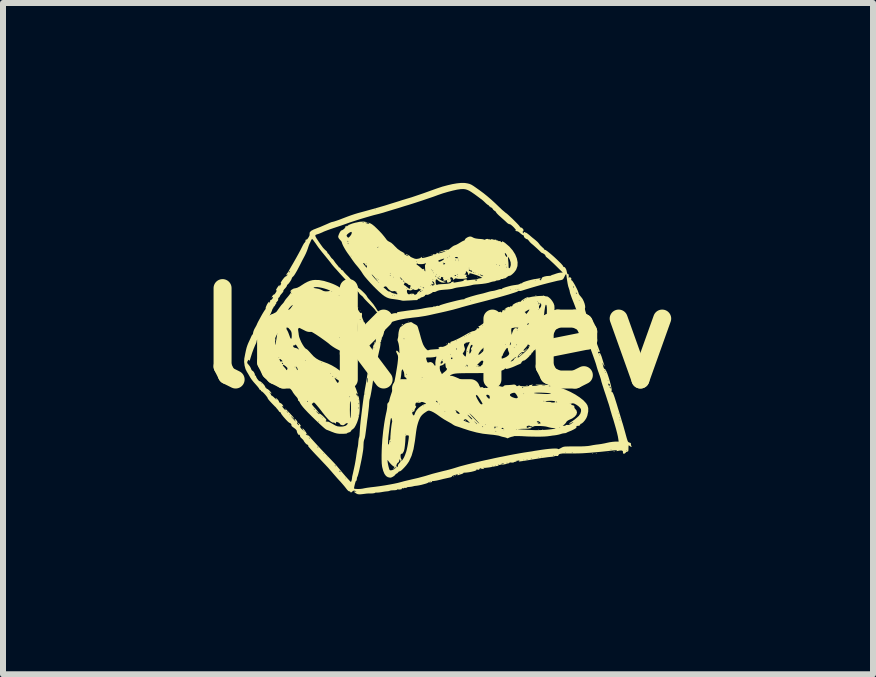
<source format=kicad_pcb>
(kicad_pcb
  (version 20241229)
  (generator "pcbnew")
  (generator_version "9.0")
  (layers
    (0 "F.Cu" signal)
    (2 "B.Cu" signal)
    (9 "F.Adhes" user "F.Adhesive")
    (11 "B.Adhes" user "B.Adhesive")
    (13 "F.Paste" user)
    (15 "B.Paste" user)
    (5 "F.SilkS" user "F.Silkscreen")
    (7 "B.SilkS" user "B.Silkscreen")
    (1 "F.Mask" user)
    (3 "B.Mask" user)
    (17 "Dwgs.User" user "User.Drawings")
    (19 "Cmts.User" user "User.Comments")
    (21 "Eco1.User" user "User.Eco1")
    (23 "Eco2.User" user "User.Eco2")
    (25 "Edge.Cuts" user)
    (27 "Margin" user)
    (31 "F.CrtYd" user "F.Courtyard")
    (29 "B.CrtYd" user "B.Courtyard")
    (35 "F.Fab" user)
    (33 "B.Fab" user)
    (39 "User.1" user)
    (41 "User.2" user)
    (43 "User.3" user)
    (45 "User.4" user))
  (footprint "lck_rev"
    (layer "F.Cu")
    (at 4.253 2.588)
    (property "Reference" "lck_rev" (at 0 0 0) (layer "F.SilkS") (effects (font (size 1.524 1.524) (thickness 0.3))))
    (attr board_only exclude_from_pos_files exclude_from_bom)
    (fp_poly (pts (xy -2.638 1.068) (xy -2.643 1.073) (xy -2.648 1.068) (xy -2.643 1.063)) (stroke (width 0) (type solid)) (fill yes) (layer "F.SilkS"))
    (fp_poly (pts (xy -2.177 1.61) (xy -2.182 1.615) (xy -2.187 1.61) (xy -2.182 1.605)) (stroke (width 0) (type solid)) (fill yes) (layer "F.SilkS"))
    (fp_poly (pts (xy -2.097 -1.64) (xy -2.102 -1.635) (xy -2.107 -1.64) (xy -2.102 -1.645)) (stroke (width 0) (type solid)) (fill yes) (layer "F.SilkS"))
    (fp_poly (pts (xy -1.364 -0.115) (xy -1.369 -0.11) (xy -1.374 -0.115) (xy -1.369 -0.12)) (stroke (width 0) (type solid)) (fill yes) (layer "F.SilkS"))
    (fp_poly (pts (xy -1.294 -0.456) (xy -1.299 -0.451) (xy -1.304 -0.456) (xy -1.299 -0.461)) (stroke (width 0) (type solid)) (fill yes) (layer "F.SilkS"))
    (fp_poly (pts (xy -1.284 0.115) (xy -1.289 0.12) (xy -1.294 0.115) (xy -1.289 0.11)) (stroke (width 0) (type solid)) (fill yes) (layer "F.SilkS"))
    (fp_poly (pts (xy -0.953 -0.376) (xy -0.958 -0.371) (xy -0.963 -0.376) (xy -0.958 -0.381)) (stroke (width 0) (type solid)) (fill yes) (layer "F.SilkS"))
    (fp_poly (pts (xy -0.582 0.697) (xy -0.587 0.702) (xy -0.592 0.697) (xy -0.587 0.692)) (stroke (width 0) (type solid)) (fill yes) (layer "F.SilkS"))
    (fp_poly (pts (xy -0.492 -0.276) (xy -0.497 -0.271) (xy -0.502 -0.276) (xy -0.497 -0.281)) (stroke (width 0) (type solid)) (fill yes) (layer "F.SilkS"))
    (fp_poly (pts (xy -0.231 -1.359) (xy -0.236 -1.354) (xy -0.241 -1.359) (xy -0.236 -1.364)) (stroke (width 0) (type solid)) (fill yes) (layer "F.SilkS"))
    (fp_poly (pts (xy -0.11 -1.389) (xy -0.115 -1.384) (xy -0.12 -1.389) (xy -0.115 -1.394)) (stroke (width 0) (type solid)) (fill yes) (layer "F.SilkS"))
    (fp_poly (pts (xy 0.09 0.466) (xy 0.085 0.471) (xy 0.08 0.466) (xy 0.085 0.461)) (stroke (width 0) (type solid)) (fill yes) (layer "F.SilkS"))
    (fp_poly (pts (xy 0.231 -0.978) (xy 0.226 -0.973) (xy 0.221 -0.978) (xy 0.226 -0.983)) (stroke (width 0) (type solid)) (fill yes) (layer "F.SilkS"))
    (fp_poly (pts (xy 0.662 -1.008) (xy 0.657 -1.003) (xy 0.652 -1.008) (xy 0.657 -1.013)) (stroke (width 0) (type solid)) (fill yes) (layer "F.SilkS"))
    (fp_poly (pts (xy 0.792 0.818) (xy 0.787 0.823) (xy 0.782 0.818) (xy 0.787 0.813)) (stroke (width 0) (type solid)) (fill yes) (layer "F.SilkS"))
    (fp_poly (pts (xy 1.424 -1.771) (xy 1.419 -1.766) (xy 1.414 -1.771) (xy 1.419 -1.776)) (stroke (width 0) (type solid)) (fill yes) (layer "F.SilkS"))
    (fp_poly (pts (xy 1.675 1.52) (xy 1.67 1.525) (xy 1.665 1.52) (xy 1.67 1.515)) (stroke (width 0) (type solid)) (fill yes) (layer "F.SilkS"))
    (fp_poly (pts (xy 2.056 1.931) (xy 2.051 1.936) (xy 2.046 1.931) (xy 2.051 1.926)) (stroke (width 0) (type solid)) (fill yes) (layer "F.SilkS"))
    (fp_poly (pts (xy 2.839 1.901) (xy 2.834 1.906) (xy 2.829 1.901) (xy 2.834 1.896)) (stroke (width 0) (type solid)) (fill yes) (layer "F.SilkS"))
    (fp_poly (pts (xy 0.147 0.094) (xy 0.146 0.1) (xy 0.14 0.1) (xy 0.132 0.097) (xy 0.134 0.094) (xy 0.146 0.092)) (stroke (width 0) (type solid)) (fill yes) (layer "F.SilkS"))
    (fp_poly (pts (xy 0.268 2.301) (xy 0.266 2.307) (xy 0.261 2.307) (xy 0.253 2.304) (xy 0.254 2.301) (xy 0.266 2.299)) (stroke (width 0) (type solid)) (fill yes) (layer "F.SilkS"))
    (fp_poly (pts (xy 0.298 2.291) (xy 0.296 2.297) (xy 0.291 2.297) (xy 0.283 2.294) (xy 0.284 2.291) (xy 0.296 2.289)) (stroke (width 0) (type solid)) (fill yes) (layer "F.SilkS"))
    (fp_poly (pts (xy 0.469 1.368) (xy 0.466 1.373) (xy 0.456 1.374) (xy 0.445 1.371) (xy 0.45 1.367) (xy 0.465 1.366)) (stroke (width 0) (type solid)) (fill yes) (layer "F.SilkS"))
    (fp_poly (pts (xy 0.719 0.214) (xy 0.72 0.226) (xy 0.719 0.227) (xy 0.713 0.226) (xy 0.712 0.221) (xy 0.716 0.212)) (stroke (width 0) (type solid)) (fill yes) (layer "F.SilkS"))
    (fp_poly (pts (xy 1.642 -0.718) (xy 1.639 -0.714) (xy 1.629 -0.713) (xy 1.619 -0.715) (xy 1.623 -0.719) (xy 1.639 -0.72)) (stroke (width 0) (type solid)) (fill yes) (layer "F.SilkS"))
    (fp_poly (pts (xy 1.752 1.518) (xy 1.751 1.524) (xy 1.745 1.525) (xy 1.737 1.521) (xy 1.739 1.518) (xy 1.751 1.517)) (stroke (width 0) (type solid)) (fill yes) (layer "F.SilkS"))
    (fp_poly (pts (xy 1.762 -0.719) (xy 1.761 -0.713) (xy 1.756 -0.712) (xy 1.747 -0.716) (xy 1.749 -0.719) (xy 1.761 -0.72)) (stroke (width 0) (type solid)) (fill yes) (layer "F.SilkS"))
    (fp_poly (pts (xy 2.585 1.919) (xy 2.583 1.925) (xy 2.578 1.926) (xy 2.57 1.922) (xy 2.571 1.919) (xy 2.583 1.918)) (stroke (width 0) (type solid)) (fill yes) (layer "F.SilkS"))
    (fp_poly (pts (xy 2.645 1.919) (xy 2.644 1.925) (xy 2.638 1.926) (xy 2.63 1.922) (xy 2.632 1.919) (xy 2.644 1.918)) (stroke (width 0) (type solid)) (fill yes) (layer "F.SilkS"))
    (fp_poly (pts (xy 2.947 1.89) (xy 2.944 1.894) (xy 2.933 1.895) (xy 2.923 1.893) (xy 2.927 1.889) (xy 2.943 1.888)) (stroke (width 0) (type solid)) (fill yes) (layer "F.SilkS"))
    (fp_poly (pts (xy -1.436 -0.648) (xy -1.425 -0.638) (xy -1.428 -0.632) (xy -1.429 -0.632) (xy -1.437 -0.639) (xy -1.44 -0.644) (xy -1.442 -0.65)) (stroke (width 0) (type solid)) (fill yes) (layer "F.SilkS"))
    (fp_poly (pts (xy -1.015 -0.071) (xy -1.02 -0.052) (xy -1.023 -0.045) (xy -1.03 -0.034) (xy -1.032 -0.04) (xy -1.028 -0.062) (xy -1.023 -0.07) (xy -1.016 -0.078)) (stroke (width 0) (type solid)) (fill yes) (layer "F.SilkS"))
    (fp_poly (pts (xy -0.582 -0.233) (xy -0.59 -0.221) (xy -0.597 -0.217) (xy -0.61 -0.214) (xy -0.612 -0.215) (xy -0.605 -0.223) (xy -0.597 -0.231) (xy -0.585 -0.237)) (stroke (width 0) (type solid)) (fill yes) (layer "F.SilkS"))
    (fp_poly (pts (xy 1.497 0.786) (xy 1.498 0.789) (xy 1.482 0.791) (xy 1.48 0.791) (xy 1.464 0.789) (xy 1.466 0.786) (xy 1.467 0.786) (xy 1.489 0.784)) (stroke (width 0) (type solid)) (fill yes) (layer "F.SilkS"))
    (fp_poly (pts (xy -1.59 -0.8) (xy -1.58 -0.793) (xy -1.563 -0.781) (xy -1.556 -0.775) (xy -1.559 -0.773) (xy -1.562 -0.772) (xy -1.576 -0.78) (xy -1.586 -0.79) (xy -1.595 -0.802)) (stroke (width 0) (type solid)) (fill yes) (layer "F.SilkS"))
    (fp_poly (pts (xy -1.457 -0.685) (xy -1.455 -0.677) (xy -1.457 -0.664) (xy -1.458 -0.662) (xy -1.467 -0.669) (xy -1.475 -0.677) (xy -1.482 -0.689) (xy -1.472 -0.692) (xy -1.471 -0.692)) (stroke (width 0) (type solid)) (fill yes) (layer "F.SilkS"))
    (fp_poly (pts (xy -1.533 -0.757) (xy -1.513 -0.738) (xy -1.501 -0.725) (xy -1.487 -0.708) (xy -1.488 -0.704) (xy -1.503 -0.715) (xy -1.524 -0.733) (xy -1.543 -0.75) (xy -1.551 -0.761) (xy -1.55 -0.762)) (stroke (width 0) (type solid)) (fill yes) (layer "F.SilkS"))
    (fp_poly (pts (xy 1.408 0.253) (xy 1.394 0.269) (xy 1.376 0.285) (xy 1.36 0.298) (xy 1.352 0.301) (xy 1.344 0.294) (xy 1.344 0.293) (xy 1.351 0.282) (xy 1.368 0.267) (xy 1.389 0.253) (xy 1.405 0.244) (xy 1.411 0.244)) (stroke (width 0) (type solid)) (fill yes) (layer "F.SilkS"))
    (fp_poly (pts (xy -1.982 -0.969) (xy -1.901 -0.954) (xy -1.81 -0.926) (xy -1.756 -0.906) (xy -1.713 -0.887) (xy -1.672 -0.866) (xy -1.637 -0.845) (xy -1.611 -0.826) (xy -1.599 -0.812) (xy -1.599 -0.808) (xy -1.594 -0.796) (xy -1.578 -0.775) (xy -1.553 -0.746) (xy -1.536 -0.727) (xy -1.502 -0.69) (xy -1.467 -0.651) (xy -1.439 -0.618) (xy -1.432 -0.609) (xy -1.41 -0.585) (xy -1.391 -0.568) (xy -1.381 -0.564) (xy -1.373 -0.559) (xy -1.372 -0.548) (xy -1.371 -0.536) (xy -1.366 -0.536) (xy -1.359 -0.533) (xy -1.358 -0.524) (xy -1.353 -0.511) (xy -1.339 -0.51) (xy -1.327 -0.51) (xy -1.332 -0.504) (xy -1.333 -0.503) (xy -1.339 -0.494) (xy -1.335 -0.479) (xy -1.32 -0.452) (xy -1.319 -0.451) (xy -1.301 -0.426) (xy -1.289 -0.418) (xy -1.284 -0.421) (xy -1.276 -0.425) (xy -1.27 -0.415) (xy -1.267 -0.397) (xy -1.269 -0.379) (xy -1.269 -0.379) (xy -1.269 -0.361) (xy -1.261 -0.333) (xy -1.255 -0.318) (xy -1.242 -0.288) (xy -1.235 -0.266) (xy -1.233 -0.259) (xy -1.23 -0.256) (xy -1.224 -0.266) (xy -1.219 -0.268) (xy -1.216 -0.251) (xy -1.215 -0.213) (xy -1.215 -0.201) (xy -1.215 -0.158) (xy -1.218 -0.134) (xy -1.222 -0.128) (xy -1.224 -0.13) (xy -1.23 -0.136) (xy -1.23 -0.123) (xy -1.228 -0.115) (xy -1.228 -0.085) (xy -1.236 -0.043) (xy -1.249 0.004) (xy -1.266 0.051) (xy -1.285 0.091) (xy -1.297 0.11) (xy -1.311 0.133) (xy -1.313 0.146) (xy -1.304 0.146) (xy -1.302 0.144) (xy -1.3 0.146) (xy -1.31 0.16) (xy -1.319 0.17) (xy -1.34 0.191) (xy -1.36 0.207) (xy -1.375 0.217) (xy -1.382 0.217) (xy -1.379 0.21) (xy -1.381 0.208) (xy -1.395 0.216) (xy -1.402 0.221) (xy -1.42 0.232) (xy -1.438 0.239) (xy -1.462 0.24) (xy -1.499 0.239) (xy -1.512 0.238) (xy -1.557 0.233) (xy -1.595 0.224) (xy -1.634 0.209) (xy -1.651 0.2) (xy -1.363 0.2) (xy -1.363 0.201) (xy -1.353 0.194) (xy -1.337 0.178) (xy -1.334 0.176) (xy -1.32 0.159) (xy -1.315 0.151) (xy -1.316 0.15) (xy -1.325 0.157) (xy -1.342 0.173) (xy -1.344 0.176) (xy -1.359 0.192) (xy -1.363 0.2) (xy -1.651 0.2) (xy -1.67 0.191) (xy -1.713 0.168) (xy -1.753 0.143) (xy -1.785 0.12) (xy -1.791 0.116) (xy -1.829 0.084) (xy -1.877 0.048) (xy -1.93 0.01) (xy -1.961 -0.012) (xy -1.639 -0.012) (xy -1.632 0.01) (xy -1.625 0.026) (xy -1.62 0.025) (xy -1.618 0.016) (xy -1.619 -0.004) (xy -1.624 -0.013) (xy -1.636 -0.02) (xy -1.639 -0.012) (xy -1.961 -0.012) (xy -1.983 -0.027) (xy -1.995 -0.035) (xy -1.384 -0.035) (xy -1.379 -0.03) (xy -1.374 -0.035) (xy -1.379 -0.04) (xy -1.384 -0.035) (xy -1.995 -0.035) (xy -2.034 -0.061) (xy -2.078 -0.088) (xy -2.111 -0.107) (xy -2.117 -0.11) (xy -2.153 -0.128) (xy -2.188 -0.147) (xy -2.204 -0.158) (xy -2.246 -0.181) (xy -2.27 -0.186) (xy -1.394 -0.186) (xy -1.389 -0.181) (xy -1.384 -0.186) (xy -1.389 -0.191) (xy -1.394 -0.186) (xy -2.27 -0.186) (xy -2.283 -0.188) (xy -2.313 -0.179) (xy -2.318 -0.175) (xy -2.333 -0.152) (xy -2.332 -0.13) (xy -2.328 -0.103) (xy -2.323 -0.068) (xy -2.322 -0.056) (xy -2.315 -0.021) (xy -2.3 0.02) (xy -2.281 0.064) (xy -2.258 0.106) (xy -2.235 0.142) (xy -2.214 0.168) (xy -2.197 0.18) (xy -2.194 0.181) (xy -2.183 0.188) (xy -2.162 0.208) (xy -2.136 0.236) (xy -2.122 0.252) (xy -2.077 0.301) (xy -2.033 0.337) (xy -1.984 0.366) (xy -1.923 0.39) (xy -1.91 0.395) (xy -1.836 0.423) (xy -1.769 0.455) (xy -1.703 0.494) (xy -1.634 0.543) (xy -1.56 0.603) (xy -1.5 0.655) (xy -1.453 0.701) (xy -1.417 0.746) (xy -1.39 0.793) (xy -1.367 0.847) (xy -1.345 0.912) (xy -1.344 0.918) (xy -1.338 0.937) (xy -1.34 0.94) (xy -1.35 0.929) (xy -1.361 0.918) (xy -1.364 0.925) (xy -1.359 0.945) (xy -1.358 0.947) (xy -1.349 0.958) (xy -1.343 0.957) (xy -1.333 0.96) (xy -1.323 0.979) (xy -1.316 1.012) (xy -1.31 1.055) (xy -1.307 1.104) (xy -1.306 1.158) (xy -1.307 1.211) (xy -1.312 1.262) (xy -1.318 1.298) (xy -1.332 1.354) (xy -1.351 1.409) (xy -1.373 1.456) (xy -1.395 1.493) (xy -1.416 1.514) (xy -1.42 1.517) (xy -1.438 1.528) (xy -1.445 1.538) (xy -1.453 1.553) (xy -1.472 1.567) (xy -1.494 1.574) (xy -1.497 1.575) (xy -1.512 1.58) (xy -1.515 1.585) (xy -1.524 1.59) (xy -1.55 1.593) (xy -1.59 1.595) (xy -1.603 1.595) (xy -1.649 1.594) (xy -1.686 1.589) (xy -1.721 1.58) (xy -1.764 1.564) (xy -1.775 1.56) (xy -1.813 1.544) (xy -1.842 1.533) (xy -1.86 1.526) (xy -1.863 1.525) (xy -1.873 1.518) (xy -1.896 1.5) (xy -1.928 1.472) (xy -1.966 1.437) (xy -2.008 1.398) (xy -2.012 1.394) (xy -1.996 1.394) (xy -1.993 1.403) (xy -1.99 1.401) (xy -1.988 1.389) (xy -1.99 1.388) (xy -1.996 1.389) (xy -1.996 1.394) (xy -2.012 1.394) (xy -2.052 1.356) (xy -2.09 1.319) (xy -1.936 1.319) (xy -1.931 1.324) (xy -1.926 1.319) (xy -1.931 1.314) (xy -1.936 1.319) (xy -2.09 1.319) (xy -2.095 1.314) (xy -2.107 1.303) (xy -2.11 1.299) (xy -1.956 1.299) (xy -1.951 1.304) (xy -1.946 1.299) (xy -1.951 1.294) (xy -1.956 1.299) (xy -2.11 1.299) (xy -2.169 1.24) (xy -2.218 1.188) (xy -2.228 1.177) (xy -2.075 1.177) (xy -2.072 1.182) (xy -2.062 1.193) (xy -2.057 1.191) (xy -2.056 1.189) (xy -2.064 1.181) (xy -2.068 1.178) (xy -2.075 1.177) (xy -2.228 1.177) (xy -2.255 1.146) (xy -2.281 1.112) (xy -2.292 1.095) (xy -2.104 1.095) (xy -2.103 1.103) (xy -2.09 1.122) (xy -2.067 1.15) (xy -2.051 1.167) (xy -2.024 1.197) (xy -2.003 1.223) (xy -1.989 1.242) (xy -1.984 1.252) (xy -1.99 1.252) (xy -2.006 1.239) (xy -2.011 1.234) (xy -2.028 1.22) (xy -2.036 1.215) (xy -2.036 1.215) (xy -2.03 1.224) (xy -2.013 1.242) (xy -2.005 1.25) (xy -1.987 1.265) (xy -1.98 1.269) (xy -1.98 1.266) (xy -1.984 1.254) (xy -1.976 1.254) (xy -1.958 1.266) (xy -1.931 1.287) (xy -1.908 1.309) (xy -1.879 1.338) (xy -1.864 1.356) (xy -1.861 1.368) (xy -1.866 1.374) (xy -1.875 1.382) (xy -1.865 1.389) (xy -1.863 1.39) (xy -1.845 1.393) (xy -1.839 1.391) (xy -1.828 1.393) (xy -1.806 1.403) (xy -1.787 1.413) (xy -1.754 1.432) (xy -1.722 1.45) (xy -1.71 1.457) (xy -1.675 1.47) (xy -1.63 1.475) (xy -1.586 1.473) (xy -1.548 1.463) (xy -1.531 1.454) (xy -1.513 1.437) (xy -1.505 1.424) (xy -1.505 1.423) (xy -1.512 1.416) (xy -1.528 1.419) (xy -1.547 1.43) (xy -1.555 1.438) (xy -1.573 1.451) (xy -1.597 1.451) (xy -1.603 1.45) (xy -1.625 1.442) (xy -1.635 1.431) (xy -1.635 1.43) (xy -1.643 1.417) (xy -1.661 1.406) (xy -1.688 1.396) (xy -1.7 1.397) (xy -1.699 1.409) (xy -1.7 1.422) (xy -1.71 1.423) (xy -1.721 1.414) (xy -1.735 1.407) (xy -1.739 1.408) (xy -1.762 1.406) (xy -1.792 1.388) (xy -1.831 1.353) (xy -1.878 1.3) (xy -1.933 1.23) (xy -1.94 1.22) (xy -1.96 1.194) (xy -1.47 1.194) (xy -1.469 1.25) (xy -1.468 1.293) (xy -1.466 1.321) (xy -1.463 1.333) (xy -1.461 1.331) (xy -1.458 1.313) (xy -1.455 1.284) (xy -1.334 1.284) (xy -1.331 1.292) (xy -1.328 1.291) (xy -1.326 1.279) (xy -1.328 1.277) (xy -1.333 1.279) (xy -1.334 1.284) (xy -1.455 1.284) (xy -1.455 1.279) (xy -1.453 1.235) (xy -1.451 1.191) (xy -1.451 1.164) (xy -1.323 1.164) (xy -1.321 1.178) (xy -1.318 1.176) (xy -1.316 1.156) (xy -1.318 1.151) (xy -1.321 1.15) (xy -1.323 1.164) (xy -1.451 1.164) (xy -1.451 1.142) (xy -1.453 1.1) (xy -1.454 1.088) (xy -1.323 1.088) (xy -1.322 1.101) (xy -1.318 1.101) (xy -1.316 1.087) (xy -1.317 1.082) (xy -1.322 1.078) (xy -1.323 1.088) (xy -1.454 1.088) (xy -1.456 1.069) (xy -1.46 1.053) (xy -1.464 1.053) (xy -1.467 1.068) (xy -1.469 1.102) (xy -1.469 1.153) (xy -1.47 1.194) (xy -1.96 1.194) (xy -1.961 1.193) (xy -1.99 1.157) (xy -2.019 1.122) (xy -2.019 1.122) (xy -2.045 1.092) (xy -2.062 1.076) (xy -2.072 1.072) (xy -2.08 1.077) (xy -2.096 1.091) (xy -2.104 1.095) (xy -2.292 1.095) (xy -2.299 1.084) (xy -2.304 1.072) (xy -2.316 1.052) (xy -2.324 1.046) (xy -2.185 1.046) (xy -2.183 1.052) (xy -2.173 1.063) (xy -2.167 1.06) (xy -2.167 1.059) (xy -2.174 1.05) (xy -2.178 1.047) (xy -2.185 1.046) (xy -2.324 1.046) (xy -2.328 1.043) (xy -2.328 1.043) (xy -2.335 1.036) (xy -2.334 1.029) (xy -2.334 1.028) (xy -1.334 1.028) (xy -1.329 1.033) (xy -1.324 1.028) (xy -1.329 1.023) (xy -1.334 1.028) (xy -2.334 1.028) (xy -2.337 1.013) (xy -2.35 0.991) (xy -2.355 0.985) (xy -2.363 0.976) (xy -1.481 0.976) (xy -1.48 0.982) (xy -1.475 0.983) (xy -1.466 0.979) (xy -1.467 0.978) (xy -1.344 0.978) (xy -1.339 0.983) (xy -1.334 0.978) (xy -1.339 0.973) (xy -1.344 0.978) (xy -1.467 0.978) (xy -1.468 0.976) (xy -1.48 0.975) (xy -1.481 0.976) (xy -2.363 0.976) (xy -2.379 0.958) (xy -2.401 0.93) (xy -2.418 0.906) (xy -2.427 0.89) (xy -2.428 0.888) (xy -2.434 0.877) (xy -2.449 0.859) (xy -2.453 0.855) (xy -2.472 0.831) (xy -2.484 0.809) (xy -2.484 0.808) (xy -2.496 0.783) (xy -2.506 0.77) (xy -2.514 0.757) (xy -2.513 0.752) (xy -2.513 0.746) (xy -2.525 0.73) (xy -2.53 0.725) (xy -2.551 0.695) (xy -2.567 0.662) (xy -2.567 0.662) (xy -2.568 0.66) (xy -1.727 0.66) (xy -1.715 0.684) (xy -1.699 0.712) (xy -1.687 0.73) (xy -1.676 0.745) (xy -1.668 0.744) (xy -1.66 0.735) (xy -1.653 0.717) (xy -1.655 0.707) (xy -1.669 0.696) (xy -1.692 0.681) (xy -1.696 0.679) (xy -1.696 0.678) (xy -1.511 0.678) (xy -1.51 0.682) (xy -1.496 0.692) (xy -1.494 0.692) (xy -1.488 0.686) (xy -1.49 0.682) (xy -1.503 0.672) (xy -1.506 0.672) (xy -1.511 0.678) (xy -1.696 0.678) (xy -1.727 0.66) (xy -2.568 0.66) (xy -2.569 0.657) (xy -1.705 0.657) (xy -1.7 0.662) (xy -1.695 0.657) (xy -1.7 0.652) (xy -1.705 0.657) (xy -2.569 0.657) (xy -2.58 0.635) (xy -1.762 0.635) (xy -1.761 0.641) (xy -1.756 0.642) (xy -1.747 0.638) (xy -1.749 0.635) (xy -1.761 0.634) (xy -1.762 0.635) (xy -2.58 0.635) (xy -2.581 0.635) (xy -2.604 0.603) (xy -2.619 0.587) (xy -1.796 0.587) (xy -1.791 0.592) (xy -1.786 0.587) (xy -1.791 0.582) (xy -1.796 0.587) (xy -2.619 0.587) (xy -2.623 0.582) (xy -2.645 0.558) (xy -2.646 0.557) (xy -2.498 0.557) (xy -2.493 0.562) (xy -2.488 0.557) (xy -2.493 0.552) (xy -2.498 0.557) (xy -2.646 0.557) (xy -2.66 0.539) (xy -2.662 0.53) (xy -2.665 0.522) (xy -2.669 0.522) (xy -2.677 0.518) (xy -2.676 0.515) (xy -2.677 0.504) (xy -2.687 0.483) (xy -2.694 0.473) (xy -2.708 0.449) (xy -2.589 0.449) (xy -2.578 0.468) (xy -2.558 0.49) (xy -2.539 0.512) (xy -2.528 0.53) (xy -2.527 0.533) (xy -2.523 0.536) (xy -2.515 0.523) (xy -2.51 0.506) (xy -2.514 0.493) (xy -2.526 0.482) (xy -2.388 0.482) (xy -2.384 0.49) (xy -2.381 0.488) (xy -2.381 0.487) (xy -2.365 0.487) (xy -2.358 0.51) (xy -2.357 0.513) (xy -2.347 0.532) (xy -2.34 0.534) (xy -2.34 0.522) (xy -2.347 0.497) (xy -2.347 0.497) (xy -2.356 0.479) (xy -2.364 0.475) (xy -2.364 0.475) (xy -2.365 0.487) (xy -2.381 0.487) (xy -2.38 0.476) (xy -2.381 0.475) (xy -2.387 0.476) (xy -2.388 0.482) (xy -2.526 0.482) (xy -2.532 0.475) (xy -2.538 0.47) (xy -2.568 0.448) (xy -2.585 0.442) (xy -2.589 0.449) (xy -2.708 0.449) (xy -2.709 0.447) (xy -2.718 0.425) (xy -2.719 0.42) (xy -2.719 0.416) (xy -2.604 0.416) (xy -2.603 0.421) (xy -2.595 0.431) (xy -2.593 0.431) (xy -2.585 0.424) (xy -2.583 0.421) (xy -2.586 0.413) (xy -2.593 0.411) (xy -2.604 0.416) (xy -2.719 0.416) (xy -2.722 0.406) (xy -1.946 0.406) (xy -1.941 0.411) (xy -1.936 0.406) (xy -1.941 0.401) (xy -1.946 0.406) (xy -2.722 0.406) (xy -2.723 0.402) (xy -2.728 0.397) (xy -2.743 0.38) (xy -2.754 0.359) (xy -2.643 0.359) (xy -2.631 0.382) (xy -2.625 0.389) (xy -2.614 0.4) (xy -2.61 0.398) (xy -2.614 0.39) (xy -2.615 0.382) (xy -2.603 0.385) (xy -2.592 0.388) (xy -2.595 0.381) (xy -2.599 0.376) (xy -2.217 0.376) (xy -2.212 0.381) (xy -2.207 0.376) (xy -2.212 0.371) (xy -2.217 0.376) (xy -2.599 0.376) (xy -2.607 0.367) (xy -2.629 0.349) (xy -2.642 0.347) (xy -2.643 0.359) (xy -2.754 0.359) (xy -2.76 0.348) (xy -2.769 0.326) (xy -2.658 0.326) (xy -2.653 0.331) (xy -2.648 0.326) (xy -2.653 0.321) (xy -2.658 0.326) (xy -2.769 0.326) (xy -2.777 0.308) (xy -2.792 0.263) (xy -2.802 0.22) (xy -2.804 0.213) (xy -2.811 0.189) (xy -2.818 0.177) (xy -2.826 0.157) (xy -2.832 0.131) (xy -2.416 0.131) (xy -2.412 0.145) (xy -2.398 0.157) (xy -2.383 0.161) (xy -2.358 0.167) (xy -2.342 0.175) (xy -2.324 0.188) (xy -2.319 0.187) (xy -2.328 0.171) (xy -2.333 0.163) (xy -2.355 0.129) (xy -2.369 0.11) (xy -2.376 0.104) (xy -2.377 0.108) (xy -2.377 0.108) (xy -2.386 0.118) (xy -2.398 0.12) (xy -2.414 0.122) (xy -2.416 0.131) (xy -2.832 0.131) (xy -2.834 0.121) (xy -2.839 0.074) (xy -2.841 0.047) (xy -2.728 0.047) (xy -2.726 0.072) (xy -2.722 0.095) (xy -2.717 0.108) (xy -2.713 0.108) (xy -2.71 0.098) (xy -2.705 0.072) (xy -2.698 0.035) (xy -2.694 0.011) (xy -2.687 -0.03) (xy -2.683 -0.062) (xy -2.681 -0.083) (xy -2.682 -0.087) (xy -2.694 -0.092) (xy -2.708 -0.095) (xy -2.719 -0.096) (xy -2.725 -0.091) (xy -2.727 -0.078) (xy -2.725 -0.054) (xy -2.72 -0.015) (xy -2.714 0.02) (xy -2.712 0.041) (xy -2.714 0.043) (xy -2.718 0.035) (xy -2.724 0.024) (xy -2.727 0.03) (xy -2.728 0.047) (xy -2.841 0.047) (xy -2.843 0.02) (xy -2.843 -0.036) (xy -2.843 -0.05) (xy -2.833 -0.147) (xy -2.817 -0.206) (xy -2.528 -0.206) (xy -2.528 -0.174) (xy -2.525 -0.15) (xy -2.519 -0.136) (xy -2.519 -0.136) (xy -2.51 -0.123) (xy -2.496 -0.092) (xy -2.478 -0.044) (xy -2.463 -0.003) (xy -2.452 0.009) (xy -2.448 0.01) (xy -2.442 0.001) (xy -2.439 -0.025) (xy -2.439 -0.051) (xy -2.441 -0.085) (xy -2.447 -0.109) (xy -2.46 -0.131) (xy -2.484 -0.158) (xy -2.484 -0.159) (xy -2.528 -0.206) (xy -2.817 -0.206) (xy -2.808 -0.239) (xy -2.806 -0.244) (xy -1.404 -0.244) (xy -1.397 -0.229) (xy -1.391 -0.224) (xy -1.381 -0.211) (xy -1.373 -0.188) (xy -1.368 -0.163) (xy -1.367 -0.141) (xy -1.372 -0.131) (xy -1.373 -0.13) (xy -1.381 -0.122) (xy -1.384 -0.103) (xy -1.382 -0.083) (xy -1.374 -0.069) (xy -1.372 -0.068) (xy -1.36 -0.073) (xy -1.351 -0.095) (xy -1.346 -0.134) (xy -1.345 -0.187) (xy -1.346 -0.211) (xy -1.351 -0.267) (xy -1.36 -0.307) (xy -1.362 -0.311) (xy -1.304 -0.311) (xy -1.3 -0.303) (xy -1.297 -0.304) (xy -1.296 -0.316) (xy -1.297 -0.318) (xy -1.303 -0.316) (xy -1.304 -0.311) (xy -1.362 -0.311) (xy -1.369 -0.328) (xy -1.385 -0.35) (xy -1.395 -0.354) (xy -1.398 -0.339) (xy -1.394 -0.316) (xy -1.391 -0.29) (xy -1.397 -0.28) (xy -1.398 -0.28) (xy -1.403 -0.277) (xy -1.397 -0.274) (xy -1.387 -0.261) (xy -1.385 -0.247) (xy -1.386 -0.233) (xy -1.392 -0.237) (xy -1.394 -0.241) (xy -1.402 -0.249) (xy -1.404 -0.244) (xy -2.806 -0.244) (xy -2.774 -0.316) (xy -2.367 -0.316) (xy -2.362 -0.303) (xy -2.357 -0.301) (xy -2.352 -0.306) (xy -1.414 -0.306) (xy -1.409 -0.301) (xy -1.404 -0.306) (xy -1.409 -0.311) (xy -1.414 -0.306) (xy -2.352 -0.306) (xy -2.349 -0.309) (xy -2.347 -0.316) (xy -2.353 -0.329) (xy -2.357 -0.331) (xy -2.366 -0.323) (xy -2.367 -0.316) (xy -2.774 -0.316) (xy -2.772 -0.32) (xy -2.753 -0.351) (xy -2.75 -0.356) (xy -1.424 -0.356) (xy -1.419 -0.351) (xy -1.414 -0.356) (xy -1.419 -0.361) (xy -1.424 -0.356) (xy -2.75 -0.356) (xy -2.737 -0.376) (xy -1.404 -0.376) (xy -1.399 -0.371) (xy -1.394 -0.376) (xy -1.399 -0.381) (xy -1.404 -0.376) (xy -2.737 -0.376) (xy -2.728 -0.39) (xy -2.698 -0.433) (xy -2.683 -0.454) (xy -2.508 -0.454) (xy -2.506 -0.442) (xy -2.504 -0.442) (xy -2.497 -0.452) (xy -2.48 -0.472) (xy -2.457 -0.5) (xy -2.453 -0.505) (xy -2.434 -0.531) (xy -2.423 -0.548) (xy -2.423 -0.554) (xy -2.426 -0.553) (xy -2.447 -0.537) (xy -2.471 -0.513) (xy -2.492 -0.486) (xy -2.505 -0.464) (xy -2.508 -0.454) (xy -2.683 -0.454) (xy -2.668 -0.476) (xy -2.639 -0.516) (xy -2.615 -0.548) (xy -2.607 -0.557) (xy -1.384 -0.557) (xy -1.379 -0.552) (xy -1.374 -0.557) (xy -1.379 -0.562) (xy -1.384 -0.557) (xy -2.607 -0.557) (xy -2.597 -0.568) (xy -2.593 -0.572) (xy -2.577 -0.59) (xy -2.561 -0.615) (xy -2.546 -0.639) (xy -2.543 -0.643) (xy -1.615 -0.643) (xy -1.608 -0.632) (xy -1.605 -0.632) (xy -1.595 -0.635) (xy -1.595 -0.636) (xy -1.602 -0.645) (xy -1.605 -0.647) (xy -1.614 -0.646) (xy -1.615 -0.643) (xy -2.543 -0.643) (xy -2.522 -0.669) (xy -2.503 -0.691) (xy -2.49 -0.707) (xy -1.655 -0.707) (xy -1.65 -0.702) (xy -1.645 -0.707) (xy -1.65 -0.712) (xy -1.655 -0.707) (xy -2.49 -0.707) (xy -2.482 -0.717) (xy -2.464 -0.742) (xy -2.461 -0.747) (xy -2.448 -0.747) (xy -2.443 -0.742) (xy -2.438 -0.747) (xy -2.443 -0.752) (xy -2.448 -0.747) (xy -2.461 -0.747) (xy -2.452 -0.764) (xy -2.447 -0.777) (xy -1.776 -0.777) (xy -1.771 -0.772) (xy -1.766 -0.777) (xy -1.771 -0.782) (xy -1.776 -0.777) (xy -2.447 -0.777) (xy -2.447 -0.777) (xy -2.453 -0.78) (xy -2.457 -0.778) (xy -2.467 -0.774) (xy -2.466 -0.781) (xy -2.453 -0.795) (xy -2.44 -0.808) (xy -2.407 -0.827) (xy -2.38 -0.832) (xy -2.348 -0.84) (xy -2.338 -0.845) (xy -2.073 -0.845) (xy -2.073 -0.839) (xy -2.054 -0.833) (xy -2.032 -0.83) (xy -1.991 -0.822) (xy -1.951 -0.808) (xy -1.938 -0.801) (xy -1.905 -0.785) (xy -1.871 -0.78) (xy -1.846 -0.781) (xy -1.819 -0.784) (xy -1.802 -0.788) (xy -1.8 -0.79) (xy -1.818 -0.801) (xy -1.851 -0.814) (xy -1.892 -0.827) (xy -1.937 -0.839) (xy -1.979 -0.847) (xy -2.013 -0.852) (xy -2.021 -0.852) (xy -2.056 -0.85) (xy -2.073 -0.845) (xy -2.338 -0.845) (xy -2.303 -0.863) (xy -2.281 -0.878) (xy -2.223 -0.915) (xy -2.176 -0.94) (xy -2.134 -0.957) (xy -2.092 -0.967) (xy -2.052 -0.971)) (stroke (width 0) (type solid)) (fill yes) (layer "F.SilkS"))
    (fp_poly (pts (xy -1.194 -1.936) (xy -1.169 -1.928) (xy -1.194 -1.926) (xy -1.219 -1.924) (xy -1.194 -1.916) (xy -1.169 -1.909) (xy -1.154 -1.907) (xy -1.144 -1.908) (xy -1.151 -1.914) (xy -1.154 -1.916) (xy -1.164 -1.924) (xy -1.158 -1.925) (xy -1.137 -1.917) (xy -1.122 -1.911) (xy -1.096 -1.895) (xy -1.061 -1.867) (xy -1.021 -1.829) (xy -0.977 -1.785) (xy -0.935 -1.74) (xy -0.897 -1.694) (xy -0.866 -1.654) (xy -0.859 -1.643) (xy -0.837 -1.621) (xy -0.808 -1.605) (xy -0.807 -1.605) (xy -0.78 -1.59) (xy -0.747 -1.561) (xy -0.723 -1.536) (xy -0.673 -1.487) (xy -0.617 -1.448) (xy -0.612 -1.446) (xy -0.577 -1.426) (xy -0.556 -1.413) (xy -0.553 -1.407) (xy -0.566 -1.41) (xy -0.569 -1.411) (xy -0.572 -1.409) (xy -0.56 -1.4) (xy -0.544 -1.389) (xy -0.518 -1.375) (xy -0.5 -1.368) (xy -0.494 -1.368) (xy -0.498 -1.375) (xy -0.516 -1.384) (xy -0.517 -1.384) (xy -0.535 -1.393) (xy -0.539 -1.4) (xy -0.539 -1.4) (xy -0.528 -1.4) (xy -0.506 -1.391) (xy -0.495 -1.386) (xy -0.474 -1.373) (xy -0.465 -1.365) (xy -0.466 -1.364) (xy -0.464 -1.36) (xy -0.447 -1.35) (xy -0.425 -1.34) (xy -0.391 -1.326) (xy -0.365 -1.321) (xy -0.337 -1.324) (xy -0.327 -1.326) (xy -0.301 -1.333) (xy -0.287 -1.341) (xy -0.286 -1.345) (xy -0.285 -1.354) (xy -0.281 -1.354) (xy -0.271 -1.347) (xy -0.271 -1.343) (xy -0.266 -1.338) (xy -0.25 -1.338) (xy -0.242 -1.339) (xy 0.15 -1.339) (xy 0.155 -1.334) (xy 0.161 -1.339) (xy 0.156 -1.344) (xy 0.281 -1.344) (xy 0.287 -1.337) (xy 0.29 -1.339) (xy 0.303 -1.337) (xy 0.306 -1.334) (xy 0.318 -1.329) (xy 0.329 -1.336) (xy 0.331 -1.345) (xy 0.33 -1.345) (xy 1.166 -1.345) (xy 1.167 -1.322) (xy 1.169 -1.302) (xy 1.174 -1.261) (xy 1.176 -1.22) (xy 1.176 -1.206) (xy 1.177 -1.177) (xy 1.184 -1.165) (xy 1.196 -1.171) (xy 1.203 -1.183) (xy 1.213 -1.219) (xy 1.211 -1.263) (xy 1.197 -1.307) (xy 1.194 -1.315) (xy 1.18 -1.338) (xy 1.17 -1.353) (xy 1.168 -1.354) (xy 1.166 -1.345) (xy 0.33 -1.345) (xy 0.322 -1.352) (xy 0.306 -1.354) (xy 0.287 -1.351) (xy 0.281 -1.344) (xy 0.156 -1.344) (xy 0.155 -1.344) (xy 0.15 -1.339) (xy -0.242 -1.339) (xy -0.22 -1.343) (xy -0.175 -1.355) (xy -0.136 -1.367) (xy -0.128 -1.369) (xy 0.181 -1.369) (xy 0.186 -1.364) (xy 0.191 -1.369) (xy 0.186 -1.374) (xy 0.181 -1.369) (xy -0.128 -1.369) (xy -0.101 -1.378) (xy -0.082 -1.386) (xy -0.079 -1.392) (xy -0.086 -1.396) (xy -0.096 -1.401) (xy -0.088 -1.401) (xy -0.079 -1.4) (xy -0.052 -1.398) (xy -0.032 -1.402) (xy -0.024 -1.411) (xy -0.025 -1.412) (xy 1.114 -1.412) (xy 1.118 -1.391) (xy 1.129 -1.37) (xy 1.142 -1.356) (xy 1.146 -1.354) (xy 1.153 -1.362) (xy 1.153 -1.367) (xy 1.147 -1.383) (xy 1.134 -1.404) (xy 1.12 -1.42) (xy 1.115 -1.419) (xy 1.114 -1.412) (xy -0.025 -1.412) (xy -0.026 -1.416) (xy -0.023 -1.423) (xy -0.015 -1.424) (xy -0.004 -1.42) (xy -0.004 -1.415) (xy 0.001 -1.413) (xy 0.02 -1.415) (xy 0.048 -1.422) (xy 0.079 -1.431) (xy 0.108 -1.442) (xy 0.11 -1.443) (xy 0.126 -1.451) (xy 0.125 -1.453) (xy 0.109 -1.451) (xy 0.081 -1.444) (xy 0.066 -1.439) (xy 0.037 -1.432) (xy 0.017 -1.429) (xy 0.012 -1.429) (xy 0.015 -1.435) (xy 0.021 -1.438) (xy 0.037 -1.443) (xy 0.066 -1.452) (xy 0.09 -1.46) (xy 0.14 -1.46) (xy 0.145 -1.455) (xy 0.15 -1.46) (xy 0.145 -1.465) (xy 0.14 -1.46) (xy 0.09 -1.46) (xy 0.097 -1.462) (xy 0.13 -1.472) (xy 0.154 -1.475) (xy 0.163 -1.473) (xy 0.171 -1.474) (xy 0.19 -1.486) (xy 0.21 -1.503) (xy 0.239 -1.526) (xy 0.266 -1.543) (xy 0.281 -1.548) (xy 0.302 -1.556) (xy 0.333 -1.572) (xy 0.366 -1.592) (xy 0.396 -1.61) (xy 0.421 -1.623) (xy 0.434 -1.627) (xy 0.434 -1.627) (xy 0.444 -1.633) (xy 0.447 -1.64) (xy 0.833 -1.64) (xy 0.838 -1.635) (xy 0.843 -1.64) (xy 0.838 -1.645) (xy 0.833 -1.64) (xy 0.447 -1.64) (xy 0.448 -1.644) (xy 0.461 -1.662) (xy 0.486 -1.679) (xy 0.516 -1.692) (xy 0.538 -1.695) (xy 0.561 -1.69) (xy 0.58 -1.68) (xy 0.6 -1.67) (xy 0.63 -1.662) (xy 0.674 -1.656) (xy 0.727 -1.652) (xy 0.753 -1.648) (xy 0.769 -1.642) (xy 0.784 -1.641) (xy 0.787 -1.645) (xy 0.802 -1.653) (xy 0.827 -1.655) (xy 0.852 -1.65) (xy 0.862 -1.646) (xy 0.879 -1.642) (xy 0.884 -1.647) (xy 0.896 -1.652) (xy 0.91 -1.647) (xy 0.936 -1.64) (xy 0.951 -1.642) (xy 0.969 -1.642) (xy 0.973 -1.635) (xy 0.98 -1.628) (xy 0.988 -1.629) (xy 1.001 -1.628) (xy 1.003 -1.624) (xy 1.012 -1.617) (xy 1.031 -1.619) (xy 1.047 -1.622) (xy 1.046 -1.617) (xy 1.045 -1.617) (xy 1.039 -1.609) (xy 1.051 -1.603) (xy 1.052 -1.602) (xy 1.067 -1.601) (xy 1.068 -1.606) (xy 1.066 -1.615) (xy 1.078 -1.612) (xy 1.1 -1.6) (xy 1.12 -1.586) (xy 1.188 -1.528) (xy 1.244 -1.464) (xy 1.286 -1.398) (xy 1.314 -1.33) (xy 1.327 -1.264) (xy 1.324 -1.202) (xy 1.304 -1.145) (xy 1.294 -1.129) (xy 1.268 -1.095) (xy 1.239 -1.067) (xy 1.213 -1.047) (xy 1.193 -1.039) (xy 1.188 -1.04) (xy 1.174 -1.036) (xy 1.154 -1.022) (xy 1.149 -1.018) (xy 1.123 -0.999) (xy 1.103 -0.996) (xy 1.09 -0.997) (xy 1.09 -0.991) (xy 1.088 -0.985) (xy 1.076 -0.987) (xy 1.053 -0.986) (xy 1.043 -0.978) (xy 1.025 -0.968) (xy 0.998 -0.963) (xy 0.997 -0.963) (xy 0.974 -0.961) (xy 0.963 -0.956) (xy 0.963 -0.956) (xy 0.954 -0.95) (xy 0.933 -0.946) (xy 0.93 -0.946) (xy 0.901 -0.941) (xy 0.878 -0.934) (xy 0.844 -0.923) (xy 0.796 -0.913) (xy 0.739 -0.905) (xy 0.678 -0.899) (xy 0.667 -0.898) (xy 0.625 -0.895) (xy 0.589 -0.891) (xy 0.564 -0.885) (xy 0.561 -0.884) (xy 0.536 -0.878) (xy 0.496 -0.87) (xy 0.443 -0.861) (xy 0.384 -0.853) (xy 0.339 -0.847) (xy 0.302 -0.841) (xy 0.267 -0.832) (xy 0.259 -0.829) (xy 0.235 -0.822) (xy 0.197 -0.816) (xy 0.151 -0.811) (xy 0.118 -0.809) (xy 0.06 -0.804) (xy 0.019 -0.798) (xy -0.01 -0.789) (xy -0.022 -0.783) (xy -0.046 -0.772) (xy -0.066 -0.769) (xy -0.068 -0.77) (xy -0.084 -0.77) (xy -0.089 -0.766) (xy -0.102 -0.755) (xy -0.126 -0.742) (xy -0.151 -0.73) (xy -0.171 -0.723) (xy -0.176 -0.723) (xy -0.198 -0.724) (xy -0.214 -0.72) (xy -0.216 -0.713) (xy -0.221 -0.705) (xy -0.237 -0.694) (xy -0.257 -0.685) (xy -0.274 -0.681) (xy -0.276 -0.681) (xy -0.287 -0.676) (xy -0.297 -0.667) (xy -0.313 -0.657) (xy -0.321 -0.657) (xy -0.331 -0.654) (xy -0.334 -0.648) (xy -0.348 -0.636) (xy -0.358 -0.634) (xy -0.375 -0.634) (xy -0.407 -0.633) (xy -0.449 -0.63) (xy -0.487 -0.628) (xy -0.532 -0.626) (xy -0.569 -0.624) (xy -0.594 -0.625) (xy -0.603 -0.626) (xy -0.613 -0.63) (xy -0.637 -0.635) (xy -0.676 -0.642) (xy -0.733 -0.65) (xy -0.78 -0.656) (xy -0.817 -0.664) (xy -0.854 -0.678) (xy -0.893 -0.7) (xy -0.902 -0.707) (xy -0.762 -0.707) (xy -0.757 -0.702) (xy -0.752 -0.707) (xy -0.732 -0.707) (xy -0.727 -0.702) (xy -0.722 -0.707) (xy -0.727 -0.712) (xy -0.732 -0.707) (xy -0.752 -0.707) (xy -0.757 -0.712) (xy -0.762 -0.707) (xy -0.902 -0.707) (xy -0.929 -0.727) (xy -0.702 -0.727) (xy -0.697 -0.722) (xy -0.692 -0.727) (xy -0.441 -0.727) (xy -0.436 -0.722) (xy -0.431 -0.727) (xy -0.436 -0.732) (xy -0.441 -0.727) (xy -0.692 -0.727) (xy -0.697 -0.732) (xy -0.702 -0.727) (xy -0.929 -0.727) (xy -0.935 -0.732) (xy -0.985 -0.776) (xy -1.044 -0.833) (xy -1.061 -0.851) (xy -0.907 -0.851) (xy -0.906 -0.843) (xy -0.896 -0.835) (xy -0.876 -0.82) (xy -0.852 -0.798) (xy -0.85 -0.797) (xy -0.83 -0.782) (xy -0.814 -0.777) (xy -0.812 -0.778) (xy -0.798 -0.776) (xy -0.789 -0.768) (xy -0.773 -0.757) (xy -0.744 -0.747) (xy -0.727 -0.743) (xy -0.698 -0.738) (xy -0.678 -0.734) (xy -0.673 -0.733) (xy -0.676 -0.739) (xy -0.686 -0.751) (xy -0.696 -0.767) (xy -0.695 -0.777) (xy -0.694 -0.781) (xy -0.699 -0.779) (xy -0.714 -0.779) (xy -0.717 -0.782) (xy -0.731 -0.787) (xy -0.741 -0.783) (xy -0.765 -0.781) (xy -0.789 -0.79) (xy -0.519 -0.79) (xy -0.518 -0.77) (xy -0.511 -0.749) (xy -0.499 -0.735) (xy -0.497 -0.734) (xy -0.48 -0.73) (xy -0.473 -0.734) (xy -0.462 -0.739) (xy -0.438 -0.742) (xy -0.43 -0.742) (xy -0.405 -0.74) (xy -0.396 -0.734) (xy -0.396 -0.732) (xy -0.394 -0.723) (xy -0.389 -0.722) (xy -0.367 -0.729) (xy -0.35 -0.743) (xy -0.346 -0.754) (xy -0.339 -0.766) (xy -0.31 -0.766) (xy -0.306 -0.765) (xy -0.293 -0.772) (xy -0.277 -0.783) (xy -0.275 -0.79) (xy -0.286 -0.789) (xy -0.299 -0.778) (xy -0.31 -0.766) (xy -0.339 -0.766) (xy -0.338 -0.766) (xy -0.318 -0.783) (xy -0.306 -0.79) (xy -0.295 -0.798) (xy -0.261 -0.798) (xy -0.256 -0.792) (xy -0.251 -0.798) (xy -0.256 -0.803) (xy -0.261 -0.798) (xy -0.295 -0.798) (xy -0.286 -0.803) (xy -0.278 -0.81) (xy -0.281 -0.81) (xy -0.3 -0.813) (xy -0.31 -0.82) (xy -0.323 -0.829) (xy -0.332 -0.821) (xy -0.333 -0.818) (xy -0.349 -0.807) (xy -0.373 -0.803) (xy -0.396 -0.806) (xy -0.407 -0.813) (xy -0.418 -0.816) (xy -0.432 -0.807) (xy -0.45 -0.796) (xy -0.473 -0.797) (xy -0.502 -0.807) (xy -0.514 -0.805) (xy -0.519 -0.79) (xy -0.789 -0.79) (xy -0.795 -0.793) (xy -0.826 -0.817) (xy -0.835 -0.828) (xy -0.532 -0.828) (xy -0.527 -0.823) (xy -0.522 -0.828) (xy -0.527 -0.833) (xy -0.532 -0.828) (xy -0.835 -0.828) (xy -0.842 -0.837) (xy -0.86 -0.858) (xy -0.873 -0.864) (xy -0.89 -0.86) (xy -0.891 -0.859) (xy -0.907 -0.851) (xy -1.061 -0.851) (xy -1.072 -0.861) (xy -1.101 -0.892) (xy -0.572 -0.892) (xy -0.563 -0.885) (xy -0.547 -0.876) (xy -0.525 -0.858) (xy -0.518 -0.852) (xy -0.493 -0.832) (xy -0.474 -0.824) (xy -0.464 -0.826) (xy -0.464 -0.829) (xy -0.448 -0.829) (xy -0.447 -0.823) (xy -0.441 -0.823) (xy -0.433 -0.826) (xy -0.435 -0.829) (xy -0.447 -0.83) (xy -0.448 -0.829) (xy -0.464 -0.829) (xy -0.465 -0.837) (xy -0.465 -0.847) (xy -0.257 -0.847) (xy -0.256 -0.843) (xy -0.245 -0.834) (xy -0.234 -0.833) (xy -0.231 -0.837) (xy -0.239 -0.843) (xy -0.246 -0.846) (xy -0.257 -0.847) (xy -0.465 -0.847) (xy -0.465 -0.853) (xy -0.461 -0.858) (xy -0.291 -0.858) (xy -0.286 -0.853) (xy -0.281 -0.858) (xy -0.286 -0.863) (xy -0.291 -0.858) (xy -0.461 -0.858) (xy -0.456 -0.87) (xy -0.46 -0.878) (xy -0.13 -0.878) (xy -0.125 -0.873) (xy -0.12 -0.878) (xy -0.125 -0.883) (xy -0.13 -0.878) (xy -0.46 -0.878) (xy -0.462 -0.882) (xy -0.475 -0.887) (xy -0.477 -0.886) (xy -0.49 -0.886) (xy -0.492 -0.89) (xy -0.498 -0.898) (xy -0.108 -0.898) (xy -0.108 -0.893) (xy -0.101 -0.878) (xy -0.092 -0.878) (xy -0.074 -0.882) (xy -0.069 -0.883) (xy -0.061 -0.89) (xy -0.06 -0.908) (xy -0.067 -0.928) (xy -0.076 -0.939) (xy -0.04 -0.939) (xy -0.037 -0.909) (xy -0.028 -0.891) (xy -0.017 -0.887) (xy -0.01 -0.892) (xy 0.002 -0.896) (xy 0.027 -0.899) (xy 0.045 -0.9) (xy 0.104 -0.903) (xy 0.153 -0.907) (xy 0.19 -0.913) (xy 0.213 -0.92) (xy 0.218 -0.926) (xy 0.225 -0.935) (xy 0.245 -0.941) (xy 0.246 -0.941) (xy 0.265 -0.941) (xy 0.266 -0.937) (xy 0.261 -0.933) (xy 0.255 -0.929) (xy 0.255 -0.926) (xy 0.265 -0.926) (xy 0.286 -0.929) (xy 0.322 -0.935) (xy 0.374 -0.944) (xy 0.375 -0.944) (xy 0.412 -0.952) (xy 0.43 -0.959) (xy 0.43 -0.964) (xy 0.429 -0.965) (xy 0.622 -0.965) (xy 0.63 -0.957) (xy 0.637 -0.956) (xy 0.647 -0.961) (xy 0.646 -0.965) (xy 0.633 -0.973) (xy 0.631 -0.973) (xy 0.622 -0.966) (xy 0.622 -0.965) (xy 0.429 -0.965) (xy 0.423 -0.972) (xy 0.426 -0.973) (xy 0.443 -0.976) (xy 0.461 -0.98) (xy 0.477 -0.982) (xy 0.478 -0.975) (xy 0.477 -0.974) (xy 0.477 -0.967) (xy 0.489 -0.965) (xy 0.518 -0.968) (xy 0.528 -0.969) (xy 0.568 -0.974) (xy 0.606 -0.977) (xy 0.624 -0.977) (xy 0.647 -0.979) (xy 0.657 -0.983) (xy 0.657 -0.984) (xy 0.663 -0.989) (xy 0.683 -0.995) (xy 0.695 -0.997) (xy 0.737 -1.004) (xy 0.706 -1.024) (xy 0.685 -1.034) (xy 0.652 -1.047) (xy 0.613 -1.06) (xy 0.607 -1.062) (xy 0.694 -1.062) (xy 0.7 -1.055) (xy 0.708 -1.049) (xy 0.732 -1.037) (xy 0.747 -1.034) (xy 0.755 -1.036) (xy 0.744 -1.044) (xy 0.734 -1.049) (xy 0.705 -1.06) (xy 0.694 -1.062) (xy 0.607 -1.062) (xy 0.588 -1.068) (xy 0.672 -1.068) (xy 0.677 -1.063) (xy 0.682 -1.068) (xy 0.677 -1.073) (xy 0.672 -1.068) (xy 0.588 -1.068) (xy 0.575 -1.072) (xy 0.544 -1.081) (xy 0.527 -1.083) (xy 0.522 -1.075) (xy 0.522 -1.068) (xy 0.516 -1.055) (xy 0.512 -1.053) (xy 0.503 -1.062) (xy 0.502 -1.071) (xy 0.496 -1.088) (xy 0.612 -1.088) (xy 0.617 -1.083) (xy 0.622 -1.088) (xy 0.617 -1.093) (xy 0.612 -1.088) (xy 0.496 -1.088) (xy 0.495 -1.093) (xy 0.489 -1.1) (xy 0.585 -1.1) (xy 0.587 -1.094) (xy 0.592 -1.093) (xy 0.6 -1.097) (xy 0.599 -1.1) (xy 0.587 -1.101) (xy 0.585 -1.1) (xy 0.489 -1.1) (xy 0.479 -1.11) (xy 0.468 -1.114) (xy 0.463 -1.106) (xy 0.465 -1.098) (xy 0.465 -1.086) (xy 0.461 -1.083) (xy 0.453 -1.075) (xy 0.451 -1.067) (xy 0.458 -1.056) (xy 0.466 -1.057) (xy 0.479 -1.057) (xy 0.48 -1.048) (xy 0.469 -1.04) (xy 0.464 -1.032) (xy 0.474 -1.023) (xy 0.486 -1.011) (xy 0.487 -1.004) (xy 0.474 -0.997) (xy 0.446 -0.992) (xy 0.411 -0.989) (xy 0.374 -0.988) (xy 0.341 -0.989) (xy 0.318 -0.992) (xy 0.317 -0.993) (xy 0.295 -0.998) (xy 0.278 -0.99) (xy 0.269 -0.981) (xy 0.257 -0.968) (xy 0.254 -0.968) (xy 0.255 -0.969) (xy 0.254 -0.986) (xy 0.242 -1.004) (xy 0.226 -1.016) (xy 0.215 -1.016) (xy 0.204 -1.006) (xy 0.204 -0.999) (xy 0.214 -0.969) (xy 0.215 -0.951) (xy 0.207 -0.941) (xy 0.195 -0.935) (xy 0.169 -0.925) (xy 0.155 -0.927) (xy 0.151 -0.942) (xy 0.15 -0.948) (xy 0.148 -0.966) (xy 0.139 -0.967) (xy 0.131 -0.963) (xy 0.113 -0.958) (xy 0.096 -0.959) (xy 0.086 -0.964) (xy 0.09 -0.973) (xy 0.092 -0.974) (xy 0.096 -0.978) (xy 0.161 -0.978) (xy 0.166 -0.973) (xy 0.171 -0.978) (xy 0.166 -0.983) (xy 0.161 -0.978) (xy 0.096 -0.978) (xy 0.1 -0.981) (xy 0.092 -0.983) (xy 0.083 -0.99) (xy 0.084 -0.998) (xy 0.087 -1.011) (xy 0.086 -1.013) (xy 0.074 -1.016) (xy 0.066 -1.019) (xy 0.053 -1.021) (xy 0.051 -1.017) (xy 0.05 -0.995) (xy 0.037 -0.989) (xy 0.03 -0.99) (xy 0.014 -0.998) (xy 0.01 -1.004) (xy 0.002 -1.013) (xy 0 -1.013) (xy -0.01 -1.009) (xy -0.003 -0.999) (xy 0.021 -0.982) (xy 0.05 -0.965) (xy 0.083 -0.95) (xy 0.111 -0.94) (xy 0.128 -0.939) (xy 0.134 -0.939) (xy 0.124 -0.932) (xy 0.091 -0.925) (xy 0.053 -0.931) (xy 0.017 -0.949) (xy 0.006 -0.958) (xy -0.018 -0.978) (xy -0.032 -0.98) (xy -0.039 -0.965) (xy -0.04 -0.939) (xy -0.076 -0.939) (xy -0.079 -0.942) (xy -0.08 -0.943) (xy -0.097 -0.949) (xy -0.099 -0.942) (xy -0.086 -0.924) (xy -0.084 -0.921) (xy -0.073 -0.904) (xy -0.076 -0.895) (xy -0.09 -0.898) (xy -0.094 -0.902) (xy -0.106 -0.908) (xy -0.108 -0.898) (xy -0.498 -0.898) (xy -0.5 -0.9) (xy -0.52 -0.913) (xy -0.529 -0.917) (xy -0.55 -0.926) (xy -0.56 -0.929) (xy -0.559 -0.927) (xy -0.559 -0.915) (xy -0.564 -0.905) (xy -0.572 -0.892) (xy -1.101 -0.892) (xy -1.13 -0.922) (xy -1.135 -0.928) (xy -0.993 -0.928) (xy -0.988 -0.923) (xy -0.983 -0.928) (xy -0.988 -0.933) (xy -0.993 -0.928) (xy -1.135 -0.928) (xy -1.18 -0.978) (xy -1.221 -1.026) (xy -1.248 -1.063) (xy -1.106 -1.063) (xy -1.104 -1.057) (xy -1.091 -1.038) (xy -1.07 -1.013) (xy -1.062 -1.003) (xy -1.034 -0.973) (xy -1.014 -0.953) (xy -1.004 -0.943) (xy -1.003 -0.945) (xy -1.009 -0.954) (xy -0.582 -0.954) (xy -0.575 -0.943) (xy -0.572 -0.943) (xy -0.562 -0.946) (xy -0.562 -0.947) (xy -0.569 -0.956) (xy -0.572 -0.958) (xy -0.581 -0.957) (xy -0.582 -0.954) (xy -1.009 -0.954) (xy -1.014 -0.961) (xy -1.028 -0.978) (xy -1.003 -0.978) (xy -0.998 -0.973) (xy -0.993 -0.978) (xy -0.998 -0.983) (xy -1.003 -0.978) (xy -1.028 -0.978) (xy -1.045 -0.998) (xy -1.023 -0.998) (xy -1.018 -0.993) (xy -1.013 -0.998) (xy -1.018 -1.003) (xy -1.023 -0.998) (xy -1.045 -0.998) (xy -1.052 -1.008) (xy -1.061 -1.018) (xy -0.752 -1.018) (xy -0.747 -1.013) (xy -0.744 -1.017) (xy -0.638 -1.017) (xy -0.636 -1.014) (xy -0.621 -0.991) (xy -0.606 -0.974) (xy -0.594 -0.968) (xy -0.593 -0.969) (xy -0.596 -0.978) (xy -0.596 -0.978) (xy -0.09 -0.978) (xy -0.085 -0.973) (xy -0.08 -0.978) (xy -0.085 -0.983) (xy -0.09 -0.978) (xy -0.596 -0.978) (xy -0.61 -0.995) (xy -0.616 -1.001) (xy -0.632 -1.015) (xy -0.638 -1.017) (xy -0.744 -1.017) (xy -0.742 -1.018) (xy -0.747 -1.023) (xy -0.752 -1.018) (xy -1.061 -1.018) (xy -1.081 -1.041) (xy -1.083 -1.043) (xy -0.803 -1.043) (xy -0.799 -1.035) (xy -0.796 -1.037) (xy -0.795 -1.04) (xy -0.049 -1.04) (xy -0.046 -1.035) (xy -0.036 -1.024) (xy -0.03 -1.026) (xy -0.03 -1.028) (xy -0.032 -1.03) (xy 0.013 -1.03) (xy 0.015 -1.024) (xy 0.02 -1.023) (xy 0.028 -1.027) (xy 0.028 -1.028) (xy 0.321 -1.028) (xy 0.326 -1.023) (xy 0.331 -1.028) (xy 0.326 -1.033) (xy 0.321 -1.028) (xy 0.028 -1.028) (xy 0.027 -1.03) (xy 0.015 -1.031) (xy 0.013 -1.03) (xy -0.032 -1.03) (xy -0.037 -1.036) (xy -0.042 -1.039) (xy -0.049 -1.04) (xy -0.795 -1.04) (xy -0.795 -1.049) (xy -0.796 -1.05) (xy -0.802 -1.049) (xy -0.803 -1.043) (xy -1.083 -1.043) (xy -1.091 -1.052) (xy 0.272 -1.052) (xy 0.279 -1.045) (xy 0.281 -1.043) (xy 0.296 -1.035) (xy 0.301 -1.037) (xy 0.301 -1.043) (xy 0.293 -1.052) (xy 0.283 -1.053) (xy 0.272 -1.052) (xy -1.091 -1.052) (xy -1.098 -1.058) (xy -0.03 -1.058) (xy -0.025 -1.053) (xy -0.02 -1.058) (xy -0.022 -1.06) (xy 0.314 -1.06) (xy 0.316 -1.054) (xy 0.321 -1.053) (xy 0.329 -1.057) (xy 0.329 -1.058) (xy 0.431 -1.058) (xy 0.436 -1.053) (xy 0.441 -1.058) (xy 0.436 -1.063) (xy 0.431 -1.058) (xy 0.329 -1.058) (xy 0.328 -1.06) (xy 0.316 -1.061) (xy 0.314 -1.06) (xy -0.022 -1.06) (xy -0.025 -1.063) (xy -0.03 -1.058) (xy -1.098 -1.058) (xy -1.1 -1.06) (xy -1.106 -1.063) (xy -1.248 -1.063) (xy -1.249 -1.064) (xy -1.255 -1.074) (xy -1.258 -1.078) (xy -0.803 -1.078) (xy -0.798 -1.073) (xy -0.792 -1.078) (xy -0.798 -1.083) (xy -0.803 -1.078) (xy -1.258 -1.078) (xy -1.264 -1.088) (xy -0.08 -1.088) (xy -0.075 -1.083) (xy -0.07 -1.088) (xy -0.075 -1.093) (xy -0.08 -1.088) (xy -1.264 -1.088) (xy -1.283 -1.117) (xy -1.316 -1.162) (xy -1.342 -1.194) (xy -1.374 -1.232) (xy -1.389 -1.251) (xy -1.25 -1.251) (xy -1.246 -1.243) (xy -1.234 -1.225) (xy -1.217 -1.204) (xy -1.201 -1.185) (xy -1.191 -1.174) (xy -1.189 -1.174) (xy -1.187 -1.182) (xy -1.186 -1.2) (xy -1.188 -1.216) (xy -1.194 -1.214) (xy -1.195 -1.212) (xy -1.203 -1.206) (xy -1.209 -1.218) (xy -1.21 -1.221) (xy -1.22 -1.238) (xy -1.221 -1.239) (xy -1.204 -1.239) (xy -1.199 -1.234) (xy -1.199 -1.234) (xy -0.36 -1.234) (xy -0.351 -1.224) (xy -0.347 -1.222) (xy -0.329 -1.209) (xy -0.303 -1.188) (xy -0.289 -1.176) (xy -0.265 -1.155) (xy -0.25 -1.148) (xy -0.241 -1.152) (xy -0.24 -1.154) (xy -0.233 -1.162) (xy -0.231 -1.151) (xy -0.231 -1.148) (xy -0.226 -1.125) (xy -0.215 -1.114) (xy -0.213 -1.114) (xy -0.212 -1.122) (xy -0.212 -1.124) (xy -0.09 -1.124) (xy -0.087 -1.115) (xy -0.084 -1.117) (xy -0.082 -1.129) (xy -0.084 -1.13) (xy -0.09 -1.129) (xy -0.09 -1.124) (xy -0.212 -1.124) (xy -0.213 -1.139) (xy -0.11 -1.139) (xy -0.105 -1.134) (xy -0.104 -1.134) (xy 0.512 -1.134) (xy 0.52 -1.125) (xy 0.539 -1.115) (xy 0.559 -1.108) (xy 0.568 -1.104) (xy 0.568 -1.112) (xy 0.568 -1.118) (xy 0.562 -1.127) (xy 0.556 -1.127) (xy 0.541 -1.129) (xy 0.537 -1.133) (xy 0.525 -1.143) (xy 0.514 -1.141) (xy 0.512 -1.134) (xy -0.104 -1.134) (xy -0.1 -1.139) (xy -0.105 -1.144) (xy -0.11 -1.139) (xy -0.213 -1.139) (xy -0.214 -1.146) (xy -0.216 -1.167) (xy -0.216 -1.169) (xy 0.512 -1.169) (xy 0.517 -1.164) (xy 0.522 -1.169) (xy 0.517 -1.174) (xy 0.512 -1.169) (xy -0.216 -1.169) (xy -0.217 -1.184) (xy 1.144 -1.184) (xy 1.147 -1.175) (xy 1.15 -1.177) (xy 1.151 -1.189) (xy 1.15 -1.19) (xy 1.144 -1.189) (xy 1.144 -1.184) (xy -0.217 -1.184) (xy -0.218 -1.205) (xy -0.217 -1.214) (xy 1.023 -1.214) (xy 1.027 -1.206) (xy 1.03 -1.207) (xy 1.031 -1.219) (xy 1.03 -1.221) (xy 1.024 -1.219) (xy 1.023 -1.214) (xy -0.217 -1.214) (xy -0.214 -1.226) (xy -0.212 -1.228) (xy -0.211 -1.229) (xy 0.973 -1.229) (xy 0.978 -1.224) (xy 0.983 -1.229) (xy 1.124 -1.229) (xy 1.129 -1.224) (xy 1.134 -1.229) (xy 1.129 -1.234) (xy 1.124 -1.229) (xy 0.983 -1.229) (xy 0.978 -1.234) (xy 0.973 -1.229) (xy -0.211 -1.229) (xy -0.203 -1.237) (xy 0.083 -1.237) (xy 0.085 -1.234) (xy 0.097 -1.229) (xy 0.113 -1.234) (xy 0.12 -1.246) (xy 0.113 -1.252) (xy 0.105 -1.25) (xy 0.088 -1.245) (xy 0.084 -1.244) (xy 0.083 -1.237) (xy -0.203 -1.237) (xy -0.2 -1.241) (xy -0.205 -1.248) (xy -0.22 -1.244) (xy -0.241 -1.238) (xy -0.269 -1.234) (xy -0.299 -1.234) (xy -0.325 -1.236) (xy -0.342 -1.24) (xy -0.345 -1.246) (xy -0.343 -1.253) (xy -0.352 -1.246) (xy -0.36 -1.234) (xy -1.199 -1.234) (xy -1.194 -1.239) (xy -1.199 -1.244) (xy -1.204 -1.239) (xy -1.221 -1.239) (xy -1.235 -1.251) (xy -1.249 -1.252) (xy -1.25 -1.251) (xy -1.389 -1.251) (xy -1.395 -1.259) (xy 0.08 -1.259) (xy 0.085 -1.254) (xy 0.09 -1.259) (xy 0.085 -1.264) (xy 0.08 -1.259) (xy -1.395 -1.259) (xy -1.406 -1.274) (xy -1.41 -1.279) (xy -0.361 -1.279) (xy -0.356 -1.274) (xy -0.351 -1.279) (xy -0.356 -1.284) (xy -0.361 -1.279) (xy -1.41 -1.279) (xy -1.417 -1.289) (xy 0.004 -1.289) (xy 0.01 -1.278) (xy 0.021 -1.274) (xy 0.036 -1.278) (xy 0.059 -1.288) (xy 0.06 -1.289) (xy 0.341 -1.289) (xy 0.346 -1.284) (xy 0.351 -1.289) (xy 0.346 -1.294) (xy 0.341 -1.289) (xy 0.06 -1.289) (xy 0.076 -1.299) (xy 0.291 -1.299) (xy 0.296 -1.294) (xy 0.301 -1.299) (xy 0.296 -1.304) (xy 0.291 -1.299) (xy 0.076 -1.299) (xy 0.083 -1.303) (xy 0.099 -1.317) (xy 0.1 -1.319) (xy 0.291 -1.319) (xy 0.296 -1.314) (xy 0.301 -1.319) (xy 0.331 -1.319) (xy 0.336 -1.314) (xy 0.341 -1.319) (xy 0.336 -1.324) (xy 0.331 -1.319) (xy 0.301 -1.319) (xy 0.296 -1.324) (xy 0.291 -1.319) (xy 0.1 -1.319) (xy 0.103 -1.324) (xy 0.1 -1.326) (xy 0.086 -1.324) (xy 0.059 -1.315) (xy 0.017 -1.301) (xy 0.012 -1.299) (xy 0.004 -1.289) (xy -1.417 -1.289) (xy -1.428 -1.304) (xy -1.454 -1.342) (xy -1.473 -1.369) (xy -1.455 -1.369) (xy -1.45 -1.364) (xy -1.445 -1.369) (xy -1.45 -1.374) (xy -1.455 -1.369) (xy -1.473 -1.369) (xy -1.485 -1.386) (xy -1.509 -1.419) (xy -1.534 -1.456) (xy -1.558 -1.496) (xy -1.563 -1.505) (xy -1.011 -1.505) (xy -1.009 -1.505) (xy -1 -1.512) (xy -0.998 -1.515) (xy -0.996 -1.524) (xy -0.997 -1.525) (xy -1.006 -1.518) (xy -1.008 -1.515) (xy -1.011 -1.505) (xy -1.563 -1.505) (xy -1.58 -1.536) (xy -1.596 -1.571) (xy -1.599 -1.581) (xy -1.504 -1.581) (xy -1.502 -1.568) (xy -1.499 -1.568) (xy -1.496 -1.581) (xy -1.498 -1.587) (xy -1.502 -1.591) (xy -1.504 -1.581) (xy -1.599 -1.581) (xy -1.604 -1.596) (xy -1.605 -1.601) (xy -1.612 -1.614) (xy -1.619 -1.622) (xy -1.513 -1.622) (xy -1.511 -1.617) (xy -1.501 -1.606) (xy -1.495 -1.608) (xy -1.495 -1.609) (xy -1.502 -1.618) (xy -1.506 -1.621) (xy -1.513 -1.622) (xy -1.619 -1.622) (xy -1.628 -1.633) (xy -1.635 -1.64) (xy -1.654 -1.663) (xy -1.664 -1.685) (xy -1.665 -1.69) (xy -1.66 -1.712) (xy -1.525 -1.712) (xy -1.519 -1.696) (xy -1.505 -1.68) (xy -1.495 -1.675) (xy -1.485 -1.682) (xy -1.469 -1.698) (xy -1.468 -1.699) (xy -1.45 -1.722) (xy -1.44 -1.746) (xy -1.438 -1.764) (xy -1.446 -1.772) (xy -1.449 -1.772) (xy -1.469 -1.764) (xy -1.493 -1.748) (xy -1.514 -1.73) (xy -1.524 -1.714) (xy -1.525 -1.712) (xy -1.66 -1.712) (xy -1.66 -1.713) (xy -1.649 -1.741) (xy -1.635 -1.769) (xy -1.62 -1.79) (xy -1.608 -1.798) (xy -1.607 -1.798) (xy -1.593 -1.803) (xy -1.571 -1.818) (xy -1.562 -1.827) (xy -1.546 -1.843) (xy -1.542 -1.851) (xy -1.545 -1.85) (xy -1.555 -1.846) (xy -1.551 -1.853) (xy -1.546 -1.86) (xy -1.544 -1.861) (xy -1.525 -1.861) (xy -1.52 -1.856) (xy -1.515 -1.861) (xy -1.52 -1.866) (xy -1.525 -1.861) (xy -1.544 -1.861) (xy -1.527 -1.872) (xy -1.513 -1.873) (xy -1.499 -1.874) (xy -1.498 -1.879) (xy -1.492 -1.89) (xy -1.485 -1.891) (xy -1.468 -1.895) (xy -1.464 -1.898) (xy -1.453 -1.903) (xy -1.427 -1.912) (xy -1.391 -1.922) (xy -1.38 -1.925) (xy -1.364 -1.928) (xy -1.26 -1.928) (xy -1.25 -1.927) (xy -1.237 -1.929) (xy -1.237 -1.932) (xy -1.25 -1.935) (xy -1.256 -1.933) (xy -1.26 -1.928) (xy -1.364 -1.928) (xy -1.302 -1.941) (xy -1.239 -1.944)) (stroke (width 0) (type solid)) (fill yes) (layer "F.SilkS"))
    (fp_poly (pts (xy 1.767 -0.705) (xy 1.786 -0.703) (xy 1.789 -0.7) (xy 1.792 -0.696) (xy 1.798 -0.697) (xy 1.821 -0.696) (xy 1.848 -0.68) (xy 1.877 -0.654) (xy 1.904 -0.62) (xy 1.926 -0.583) (xy 1.939 -0.546) (xy 1.94 -0.539) (xy 1.942 -0.499) (xy 1.939 -0.447) (xy 1.931 -0.388) (xy 1.921 -0.325) (xy 1.908 -0.266) (xy 1.894 -0.213) (xy 1.879 -0.173) (xy 1.87 -0.155) (xy 1.854 -0.132) (xy 1.833 -0.098) (xy 1.811 -0.061) (xy 1.81 -0.06) (xy 1.791 -0.028) (xy 1.775 -0.003) (xy 1.766 0.009) (xy 1.766 0.01) (xy 1.758 0.02) (xy 1.741 0.042) (xy 1.718 0.074) (xy 1.698 0.101) (xy 1.67 0.138) (xy 1.643 0.17) (xy 1.621 0.191) (xy 1.611 0.198) (xy 1.592 0.212) (xy 1.585 0.225) (xy 1.579 0.238) (xy 1.572 0.238) (xy 1.562 0.244) (xy 1.56 0.253) (xy 1.553 0.267) (xy 1.535 0.288) (xy 1.511 0.313) (xy 1.485 0.338) (xy 1.46 0.359) (xy 1.44 0.372) (xy 1.432 0.374) (xy 1.419 0.376) (xy 1.403 0.388) (xy 1.391 0.402) (xy 1.389 0.411) (xy 1.384 0.42) (xy 1.366 0.43) (xy 1.362 0.432) (xy 1.334 0.443) (xy 1.298 0.459) (xy 1.274 0.47) (xy 1.238 0.485) (xy 1.201 0.498) (xy 1.168 0.508) (xy 1.142 0.513) (xy 1.129 0.514) (xy 1.129 0.511) (xy 1.128 0.502) (xy 1.125 0.502) (xy 1.113 0.509) (xy 1.111 0.515) (xy 1.098 0.525) (xy 1.069 0.537) (xy 1.027 0.55) (xy 0.976 0.563) (xy 0.923 0.573) (xy 0.893 0.576) (xy 0.846 0.579) (xy 0.785 0.581) (xy 0.713 0.582) (xy 0.633 0.583) (xy 0.582 0.583) (xy 0.493 0.583) (xy 0.423 0.584) (xy 0.367 0.585) (xy 0.324 0.587) (xy 0.292 0.59) (xy 0.267 0.594) (xy 0.253 0.597) (xy 0.224 0.608) (xy 0.205 0.618) (xy 0.201 0.623) (xy 0.208 0.63) (xy 0.215 0.628) (xy 0.233 0.629) (xy 0.264 0.638) (xy 0.304 0.654) (xy 0.348 0.673) (xy 0.392 0.695) (xy 0.429 0.717) (xy 0.521 0.762) (xy 0.619 0.792) (xy 0.659 0.798) (xy 0.69 0.803) (xy 0.704 0.807) (xy 0.701 0.812) (xy 0.697 0.814) (xy 0.691 0.819) (xy 0.703 0.82) (xy 0.722 0.818) (xy 0.748 0.817) (xy 0.755 0.82) (xy 0.752 0.823) (xy 0.751 0.828) (xy 0.77 0.831) (xy 0.798 0.831) (xy 0.829 0.83) (xy 0.841 0.828) (xy 0.837 0.824) (xy 0.833 0.823) (xy 1.404 0.823) (xy 1.408 0.832) (xy 1.409 0.833) (xy 1.417 0.826) (xy 1.419 0.823) (xy 1.419 0.813) (xy 1.415 0.813) (xy 1.405 0.82) (xy 1.404 0.823) (xy 0.833 0.823) (xy 0.817 0.817) (xy 0.82 0.814) (xy 0.828 0.814) (xy 0.847 0.805) (xy 0.865 0.784) (xy 0.866 0.782) (xy 0.886 0.759) (xy 0.906 0.753) (xy 0.923 0.763) (xy 0.929 0.778) (xy 0.933 0.792) (xy 0.94 0.799) (xy 0.955 0.802) (xy 0.982 0.801) (xy 1.012 0.799) (xy 1.046 0.797) (xy 1.062 0.798) (xy 1.059 0.801) (xy 1.053 0.802) (xy 1.018 0.81) (xy 1.055 0.811) (xy 1.085 0.808) (xy 1.087 0.806) (xy 1.919 0.806) (xy 1.921 0.812) (xy 1.926 0.813) (xy 1.934 0.809) (xy 1.933 0.806) (xy 1.921 0.805) (xy 1.919 0.806) (xy 1.087 0.806) (xy 1.097 0.797) (xy 1.112 0.786) (xy 1.141 0.783) (xy 1.174 0.782) (xy 1.214 0.779) (xy 1.233 0.777) (xy 1.266 0.773) (xy 1.285 0.776) (xy 1.297 0.784) (xy 1.301 0.788) (xy 1.314 0.801) (xy 1.328 0.798) (xy 1.337 0.793) (xy 1.355 0.786) (xy 1.362 0.791) (xy 1.374 0.797) (xy 1.404 0.801) (xy 1.446 0.803) (xy 1.488 0.801) (xy 1.508 0.799) (xy 1.844 0.799) (xy 1.858 0.801) (xy 1.861 0.801) (xy 1.878 0.799) (xy 1.88 0.796) (xy 1.879 0.796) (xy 1.859 0.794) (xy 1.849 0.796) (xy 1.844 0.799) (xy 1.508 0.799) (xy 1.513 0.798) (xy 1.52 0.793) (xy 1.52 0.792) (xy 1.522 0.783) (xy 1.527 0.782) (xy 1.546 0.78) (xy 1.565 0.776) (xy 1.581 0.774) (xy 1.579 0.778) (xy 1.575 0.781) (xy 1.565 0.79) (xy 1.569 0.795) (xy 1.588 0.796) (xy 1.626 0.794) (xy 1.63 0.793) (xy 1.69 0.788) (xy 1.685 0.788) (xy 1.731 0.788) (xy 1.742 0.789) (xy 1.761 0.79) (xy 1.784 0.789) (xy 1.793 0.787) (xy 1.788 0.785) (xy 1.761 0.784) (xy 1.738 0.785) (xy 1.731 0.788) (xy 1.685 0.788) (xy 1.645 0.782) (xy 1.628 0.779) (xy 1.628 0.776) (xy 1.642 0.774) (xy 1.667 0.774) (xy 1.7 0.774) (xy 1.738 0.775) (xy 1.777 0.777) (xy 1.816 0.779) (xy 1.851 0.782) (xy 1.855 0.783) (xy 1.942 0.799) (xy 2.031 0.824) (xy 2.121 0.857) (xy 2.208 0.896) (xy 2.289 0.94) (xy 2.361 0.987) (xy 2.422 1.035) (xy 2.468 1.084) (xy 2.49 1.118) (xy 2.504 1.165) (xy 2.504 1.222) (xy 2.489 1.293) (xy 2.488 1.296) (xy 2.473 1.332) (xy 2.45 1.368) (xy 2.423 1.4) (xy 2.398 1.421) (xy 2.387 1.426) (xy 2.372 1.431) (xy 2.371 1.434) (xy 2.373 1.441) (xy 2.367 1.45) (xy 2.351 1.461) (xy 2.342 1.461) (xy 2.325 1.462) (xy 2.311 1.47) (xy 2.299 1.481) (xy 2.305 1.484) (xy 2.307 1.484) (xy 2.311 1.488) (xy 2.3 1.499) (xy 2.279 1.513) (xy 2.251 1.528) (xy 2.22 1.543) (xy 2.202 1.55) (xy 2.172 1.562) (xy 2.149 1.572) (xy 2.142 1.577) (xy 2.126 1.583) (xy 2.106 1.585) (xy 2.078 1.589) (xy 2.046 1.598) (xy 2.045 1.599) (xy 2.017 1.607) (xy 1.978 1.615) (xy 1.946 1.62) (xy 1.909 1.624) (xy 1.878 1.629) (xy 1.861 1.631) (xy 1.825 1.636) (xy 1.773 1.64) (xy 1.709 1.642) (xy 1.637 1.642) (xy 1.561 1.641) (xy 1.485 1.639) (xy 1.455 1.637) (xy 1.397 1.634) (xy 1.346 1.632) (xy 1.305 1.632) (xy 1.278 1.632) (xy 1.269 1.633) (xy 1.251 1.64) (xy 1.249 1.64) (xy 1.225 1.645) (xy 1.196 1.654) (xy 1.173 1.664) (xy 1.167 1.667) (xy 1.153 1.67) (xy 1.15 1.667) (xy 1.137 1.66) (xy 1.112 1.653) (xy 1.102 1.651) (xy 1.066 1.643) (xy 1.034 1.633) (xy 1.029 1.631) (xy 1.008 1.625) (xy 0.971 1.619) (xy 0.924 1.612) (xy 0.871 1.607) (xy 0.854 1.605) (xy 0.747 1.593) (xy 0.641 1.572) (xy 0.551 1.548) (xy 0.956 1.548) (xy 0.958 1.554) (xy 0.963 1.555) (xy 0.971 1.551) (xy 0.97 1.548) (xy 0.958 1.547) (xy 0.956 1.548) (xy 0.551 1.548) (xy 0.529 1.542) (xy 0.491 1.53) (xy 1.093 1.53) (xy 1.098 1.535) (xy 1.103 1.53) (xy 1.098 1.525) (xy 1.093 1.53) (xy 0.491 1.53) (xy 0.461 1.52) (xy 1.304 1.52) (xy 1.309 1.525) (xy 1.314 1.52) (xy 1.31 1.516) (xy 1.334 1.516) (xy 1.341 1.518) (xy 1.364 1.52) (xy 1.401 1.523) (xy 1.448 1.525) (xy 1.501 1.528) (xy 1.557 1.531) (xy 1.614 1.533) (xy 1.62 1.533) (xy 1.675 1.533) (xy 1.74 1.531) (xy 1.804 1.527) (xy 1.836 1.524) (xy 1.891 1.518) (xy 1.931 1.512) (xy 1.953 1.507) (xy 1.959 1.503) (xy 1.946 1.5) (xy 1.923 1.499) (xy 1.888 1.495) (xy 1.864 1.49) (xy 2.026 1.49) (xy 2.031 1.495) (xy 2.036 1.49) (xy 2.031 1.485) (xy 2.026 1.49) (xy 1.864 1.49) (xy 1.847 1.486) (xy 1.827 1.48) (xy 1.798 1.473) (xy 1.76 1.468) (xy 1.717 1.465) (xy 1.675 1.464) (xy 1.636 1.464) (xy 1.607 1.467) (xy 1.59 1.472) (xy 1.588 1.476) (xy 1.582 1.482) (xy 1.58 1.483) (xy 1.572 1.476) (xy 1.572 1.474) (xy 1.567 1.47) (xy 1.559 1.471) (xy 1.541 1.471) (xy 1.535 1.465) (xy 1.528 1.462) (xy 2.079 1.462) (xy 2.107 1.461) (xy 2.125 1.457) (xy 2.129 1.451) (xy 2.134 1.446) (xy 2.152 1.447) (xy 2.153 1.447) (xy 2.18 1.447) (xy 2.211 1.433) (xy 2.219 1.427) (xy 2.245 1.409) (xy 2.256 1.399) (xy 2.251 1.398) (xy 2.231 1.409) (xy 2.222 1.414) (xy 2.201 1.426) (xy 2.188 1.428) (xy 2.187 1.426) (xy 2.195 1.413) (xy 2.208 1.404) (xy 2.24 1.383) (xy 2.279 1.355) (xy 2.317 1.323) (xy 2.347 1.296) (xy 2.349 1.293) (xy 2.374 1.255) (xy 2.385 1.215) (xy 2.383 1.184) (xy 2.368 1.161) (xy 2.341 1.134) (xy 2.307 1.11) (xy 2.274 1.092) (xy 2.25 1.086) (xy 2.225 1.089) (xy 2.217 1.099) (xy 2.227 1.111) (xy 2.247 1.119) (xy 2.269 1.126) (xy 2.273 1.138) (xy 2.272 1.143) (xy 2.275 1.164) (xy 2.283 1.174) (xy 2.309 1.206) (xy 2.317 1.24) (xy 2.307 1.275) (xy 2.28 1.308) (xy 2.237 1.339) (xy 2.19 1.36) (xy 2.163 1.374) (xy 2.145 1.389) (xy 2.141 1.395) (xy 2.13 1.414) (xy 2.11 1.435) (xy 2.107 1.438) (xy 2.079 1.462) (xy 1.528 1.462) (xy 1.521 1.458) (xy 1.5 1.46) (xy 1.482 1.469) (xy 1.475 1.481) (xy 1.483 1.492) (xy 1.495 1.495) (xy 1.51 1.491) (xy 1.509 1.483) (xy 1.508 1.476) (xy 1.519 1.478) (xy 1.543 1.484) (xy 1.553 1.485) (xy 1.563 1.487) (xy 1.556 1.497) (xy 1.539 1.504) (xy 1.502 1.509) (xy 1.448 1.511) (xy 1.442 1.511) (xy 1.398 1.512) (xy 1.363 1.514) (xy 1.34 1.515) (xy 1.334 1.516) (xy 1.31 1.516) (xy 1.309 1.515) (xy 1.304 1.52) (xy 0.461 1.52) (xy 0.415 1.505) (xy 1.058 1.505) (xy 1.073 1.514) (xy 1.079 1.515) (xy 1.092 1.509) (xy 1.093 1.505) (xy 1.085 1.497) (xy 1.073 1.495) (xy 1.059 1.499) (xy 1.058 1.505) (xy 0.415 1.505) (xy 0.407 1.502) (xy 0.396 1.498) (xy 0.358 1.485) (xy 0.356 1.484) (xy 0.94 1.484) (xy 0.94 1.501) (xy 0.949 1.504) (xy 0.959 1.494) (xy 0.959 1.478) (xy 0.976 1.478) (xy 0.978 1.484) (xy 0.983 1.485) (xy 0.991 1.481) (xy 0.99 1.478) (xy 0.978 1.477) (xy 0.976 1.478) (xy 0.959 1.478) (xy 0.959 1.478) (xy 0.955 1.473) (xy 0.946 1.472) (xy 0.94 1.484) (xy 0.356 1.484) (xy 0.324 1.474) (xy 0.302 1.467) (xy 0.734 1.467) (xy 0.736 1.473) (xy 0.746 1.484) (xy 0.752 1.482) (xy 0.752 1.48) (xy 0.745 1.472) (xy 0.741 1.469) (xy 0.734 1.467) (xy 0.302 1.467) (xy 0.302 1.467) (xy 0.301 1.467) (xy 0.276 1.457) (xy 0.248 1.441) (xy 0.246 1.44) (xy 0.782 1.44) (xy 0.787 1.445) (xy 0.792 1.44) (xy 0.787 1.435) (xy 0.782 1.44) (xy 0.246 1.44) (xy 0.246 1.439) (xy 0.222 1.423) (xy 0.187 1.403) (xy 0.149 1.382) (xy 0.145 1.38) (xy 0.134 1.373) (xy 0.427 1.373) (xy 0.438 1.379) (xy 0.46 1.388) (xy 0.488 1.399) (xy 0.513 1.408) (xy 0.53 1.413) (xy 0.531 1.414) (xy 0.527 1.408) (xy 0.512 1.393) (xy 0.499 1.379) (xy 0.597 1.379) (xy 0.621 1.407) (xy 0.641 1.428) (xy 0.65 1.434) (xy 0.652 1.431) (xy 0.645 1.423) (xy 0.629 1.407) (xy 0.624 1.404) (xy 0.597 1.379) (xy 0.499 1.379) (xy 0.499 1.379) (xy 0.475 1.359) (xy 0.46 1.351) (xy 0.446 1.354) (xy 0.442 1.356) (xy 0.428 1.367) (xy 0.427 1.373) (xy 0.134 1.373) (xy 0.102 1.355) (xy 0.053 1.323) (xy 0.009 1.292) (xy 0.004 1.288) (xy -0.013 1.276) (xy 0.492 1.276) (xy 0.496 1.285) (xy 0.514 1.307) (xy 0.532 1.326) (xy 0.553 1.347) (xy 0.567 1.354) (xy 0.571 1.347) (xy 0.563 1.337) (xy 0.545 1.318) (xy 0.523 1.299) (xy 0.501 1.281) (xy 0.492 1.276) (xy -0.013 1.276) (xy -0.035 1.261) (xy -0.074 1.237) (xy -0.107 1.221) (xy -0.111 1.219) (xy 0.11 1.219) (xy 0.115 1.224) (xy 0.12 1.219) (xy 0.115 1.214) (xy 0.11 1.219) (xy -0.111 1.219) (xy -0.114 1.218) (xy -0.142 1.209) (xy -0.161 1.208) (xy -0.178 1.215) (xy -0.187 1.22) (xy -0.234 1.252) (xy -0.267 1.281) (xy -0.292 1.313) (xy -0.311 1.352) (xy -0.32 1.373) (xy -0.331 1.404) (xy -0.34 1.434) (xy -0.349 1.468) (xy -0.357 1.508) (xy -0.365 1.558) (xy -0.373 1.62) (xy -0.383 1.698) (xy -0.387 1.724) (xy -0.409 1.851) (xy -0.441 1.961) (xy -0.483 2.053) (xy -0.504 2.085) (xy -0.53 2.12) (xy -0.56 2.154) (xy -0.589 2.184) (xy -0.614 2.207) (xy -0.633 2.219) (xy -0.639 2.22) (xy -0.653 2.224) (xy -0.664 2.236) (xy -0.679 2.252) (xy -0.689 2.257) (xy -0.703 2.265) (xy -0.712 2.276) (xy -0.728 2.294) (xy -0.754 2.311) (xy -0.78 2.323) (xy -0.797 2.326) (xy -0.813 2.323) (xy -0.839 2.317) (xy -0.839 2.316) (xy -0.867 2.298) (xy -0.893 2.263) (xy -0.914 2.213) (xy -0.931 2.149) (xy -0.934 2.132) (xy -0.939 2.086) (xy -0.94 2.047) (xy -0.842 2.047) (xy -0.84 2.069) (xy -0.834 2.101) (xy -0.826 2.138) (xy -0.817 2.171) (xy -0.809 2.194) (xy -0.807 2.198) (xy -0.793 2.204) (xy -0.768 2.201) (xy -0.739 2.189) (xy -0.73 2.183) (xy -0.711 2.167) (xy -0.702 2.154) (xy -0.702 2.153) (xy -0.706 2.148) (xy -0.71 2.152) (xy -0.723 2.165) (xy -0.737 2.177) (xy -0.751 2.186) (xy -0.75 2.184) (xy -0.739 2.17) (xy -0.727 2.154) (xy -0.729 2.145) (xy -0.743 2.137) (xy -0.749 2.132) (xy -0.722 2.132) (xy -0.717 2.137) (xy -0.712 2.132) (xy -0.716 2.128) (xy -0.696 2.128) (xy -0.692 2.137) (xy -0.692 2.137) (xy -0.686 2.143) (xy -0.688 2.149) (xy -0.69 2.155) (xy -0.679 2.148) (xy -0.668 2.133) (xy -0.668 2.125) (xy -0.666 2.112) (xy -0.652 2.092) (xy -0.646 2.086) (xy -0.629 2.065) (xy -0.625 2.049) (xy -0.63 2.034) (xy -0.637 2.02) (xy -0.642 2.022) (xy -0.647 2.041) (xy -0.647 2.044) (xy -0.655 2.065) (xy -0.664 2.074) (xy -0.665 2.074) (xy -0.675 2.08) (xy -0.687 2.1) (xy -0.689 2.104) (xy -0.696 2.128) (xy -0.716 2.128) (xy -0.717 2.127) (xy -0.722 2.132) (xy -0.749 2.132) (xy -0.765 2.12) (xy -0.791 2.094) (xy -0.816 2.065) (xy -0.833 2.041) (xy -0.834 2.038) (xy -0.84 2.031) (xy -0.842 2.043) (xy -0.842 2.047) (xy -0.94 2.047) (xy -0.941 2.024) (xy -0.941 1.95) (xy -0.941 1.947) (xy -0.625 1.947) (xy -0.624 1.972) (xy -0.621 1.998) (xy -0.614 2.013) (xy -0.613 2.014) (xy -0.607 2.025) (xy -0.609 2.034) (xy -0.612 2.047) (xy -0.607 2.046) (xy -0.596 2.034) (xy -0.582 2.013) (xy -0.567 1.988) (xy -0.55 1.949) (xy -0.534 1.904) (xy -0.528 1.886) (xy -0.52 1.853) (xy -0.511 1.811) (xy -0.503 1.766) (xy -0.496 1.72) (xy -0.49 1.679) (xy -0.487 1.647) (xy -0.487 1.628) (xy -0.488 1.626) (xy -0.501 1.621) (xy -0.517 1.62) (xy -0.537 1.624) (xy -0.542 1.64) (xy -0.546 1.72) (xy -0.552 1.788) (xy -0.559 1.842) (xy -0.568 1.881) (xy -0.578 1.901) (xy -0.578 1.901) (xy -0.587 1.913) (xy -0.585 1.917) (xy -0.587 1.92) (xy -0.602 1.925) (xy -0.618 1.933) (xy -0.625 1.947) (xy -0.941 1.947) (xy -0.939 1.867) (xy -0.935 1.779) (xy -0.933 1.759) (xy -0.834 1.759) (xy -0.832 1.774) (xy -0.832 1.776) (xy -0.823 1.768) (xy -0.819 1.76) (xy -0.814 1.737) (xy -0.813 1.725) (xy -0.803 1.725) (xy -0.799 1.734) (xy -0.796 1.732) (xy -0.795 1.72) (xy -0.796 1.719) (xy -0.802 1.72) (xy -0.803 1.725) (xy -0.813 1.725) (xy -0.813 1.719) (xy -0.81 1.702) (xy -0.804 1.7) (xy -0.798 1.694) (xy -0.795 1.674) (xy -0.795 1.663) (xy -0.794 1.633) (xy -0.791 1.6) (xy -0.542 1.6) (xy -0.537 1.605) (xy -0.532 1.6) (xy -0.537 1.595) (xy -0.542 1.6) (xy -0.791 1.6) (xy -0.791 1.593) (xy -0.787 1.548) (xy -0.782 1.502) (xy -0.777 1.46) (xy -0.772 1.426) (xy -0.768 1.407) (xy -0.767 1.404) (xy -0.764 1.389) (xy -0.767 1.368) (xy -0.772 1.347) (xy -0.778 1.332) (xy -0.783 1.331) (xy -0.788 1.344) (xy -0.793 1.372) (xy -0.799 1.411) (xy -0.802 1.435) (xy -0.808 1.481) (xy -0.813 1.523) (xy -0.817 1.556) (xy -0.818 1.565) (xy -0.823 1.605) (xy -0.828 1.649) (xy -0.831 1.692) (xy -0.833 1.73) (xy -0.834 1.759) (xy -0.933 1.759) (xy -0.929 1.69) (xy -0.92 1.603) (xy -0.914 1.545) (xy -0.905 1.48) (xy -0.898 1.429) (xy -0.891 1.385) (xy -0.884 1.344) (xy -0.875 1.298) (xy -0.865 1.25) (xy -0.43 1.25) (xy -0.421 1.275) (xy -0.408 1.289) (xy -0.397 1.283) (xy -0.387 1.259) (xy -0.386 1.255) (xy -0.376 1.231) (xy -0.358 1.202) (xy 0.292 1.202) (xy 0.292 1.209) (xy 0.303 1.222) (xy 0.309 1.232) (xy 0.306 1.234) (xy 0.304 1.238) (xy 0.314 1.247) (xy 0.33 1.257) (xy 0.345 1.263) (xy 0.349 1.264) (xy 0.36 1.258) (xy 0.361 1.255) (xy 0.527 1.255) (xy 0.527 1.259) (xy 0.539 1.273) (xy 0.563 1.301) (xy 0.601 1.34) (xy 0.645 1.385) (xy 0.667 1.407) (xy 0.684 1.421) (xy 0.689 1.424) (xy 0.685 1.418) (xy 0.67 1.4) (xy 0.668 1.398) (xy 1.647 1.398) (xy 1.661 1.405) (xy 1.668 1.405) (xy 1.683 1.406) (xy 1.68 1.41) (xy 1.67 1.414) (xy 1.66 1.42) (xy 1.666 1.423) (xy 1.683 1.424) (xy 1.704 1.423) (xy 1.71 1.417) (xy 1.703 1.404) (xy 1.684 1.388) (xy 1.668 1.384) (xy 1.649 1.389) (xy 1.647 1.398) (xy 0.668 1.398) (xy 0.645 1.373) (xy 0.616 1.342) (xy 0.584 1.308) (xy 0.556 1.281) (xy 0.536 1.262) (xy 0.527 1.255) (xy 0.361 1.255) (xy 0.361 1.255) (xy 0.354 1.244) (xy 0.335 1.227) (xy 0.326 1.22) (xy 0.304 1.205) (xy 0.292 1.202) (xy -0.358 1.202) (xy -0.357 1.201) (xy -0.345 1.186) (xy -0.321 1.161) (xy -0.29 1.137) (xy -0.277 1.129) (xy -0.251 1.129) (xy -0.246 1.134) (xy -0.241 1.129) (xy -0.246 1.124) (xy -0.251 1.129) (xy -0.277 1.129) (xy -0.259 1.116) (xy -0.231 1.102) (xy -0.213 1.098) (xy -0.21 1.099) (xy -0.203 1.098) (xy 0.02 1.098) (xy 0.025 1.103) (xy 0.03 1.098) (xy 0.025 1.093) (xy 0.02 1.098) (xy -0.203 1.098) (xy -0.201 1.098) (xy -0.201 1.096) (xy -0.209 1.085) (xy -0.23 1.074) (xy -0.255 1.065) (xy -0.271 1.063) (xy -0.287 1.067) (xy -0.291 1.072) (xy -0.3 1.077) (xy -0.322 1.077) (xy -0.331 1.076) (xy -0.356 1.074) (xy -0.369 1.079) (xy -0.376 1.094) (xy -0.377 1.098) (xy -0.378 1.124) (xy -0.37 1.134) (xy -0.363 1.143) (xy -0.37 1.157) (xy -0.374 1.161) (xy -0.388 1.185) (xy -0.391 1.202) (xy -0.397 1.22) (xy -0.411 1.224) (xy -0.428 1.231) (xy -0.43 1.25) (xy -0.865 1.25) (xy -0.863 1.242) (xy -0.858 1.22) (xy -0.856 1.209) (xy -0.431 1.209) (xy -0.426 1.214) (xy -0.421 1.209) (xy -0.426 1.204) (xy -0.431 1.209) (xy -0.856 1.209) (xy -0.851 1.18) (xy -0.847 1.145) (xy -0.846 1.121) (xy -0.847 1.118) (xy -0.844 1.092) (xy -0.832 1.078) (xy -0.818 1.058) (xy -0.331 1.058) (xy -0.326 1.063) (xy -0.321 1.058) (xy -0.326 1.053) (xy -0.331 1.058) (xy -0.818 1.058) (xy -0.817 1.058) (xy -0.815 1.049) (xy -0.036 1.049) (xy -0.03 1.058) (xy -0.015 1.071) (xy -0.008 1.073) (xy -0.005 1.067) (xy -0.01 1.058) (xy -0.025 1.046) (xy -0.033 1.043) (xy -0.036 1.049) (xy -0.815 1.049) (xy -0.813 1.042) (xy -0.809 1.023) (xy -0.801 0.993) (xy -0.789 0.955) (xy -0.787 0.95) (xy -0.786 0.946) (xy -0.68 0.946) (xy -0.671 0.953) (xy -0.655 0.956) (xy -0.633 0.959) (xy -0.622 0.962) (xy -0.619 0.953) (xy -0.617 0.93) (xy -0.616 0.906) (xy -0.613 0.871) (xy -0.607 0.849) (xy -0.605 0.848) (xy -0.14 0.848) (xy -0.135 0.853) (xy -0.135 0.852) (xy -0.07 0.852) (xy -0.063 0.862) (xy -0.06 0.863) (xy -0.05 0.859) (xy -0.05 0.858) (xy -0.057 0.85) (xy -0.06 0.848) (xy -0.069 0.848) (xy -0.07 0.852) (xy -0.135 0.852) (xy -0.13 0.848) (xy -0.135 0.843) (xy -0.14 0.848) (xy -0.605 0.848) (xy -0.597 0.838) (xy -0.12 0.838) (xy -0.115 0.843) (xy -0.11 0.838) (xy -0.115 0.833) (xy -0.12 0.838) (xy -0.597 0.838) (xy -0.594 0.834) (xy -0.591 0.831) (xy -0.567 0.818) (xy -0.548 0.813) (xy -0.537 0.809) (xy -0.532 0.795) (xy -0.533 0.773) (xy -0.532 0.744) (xy -0.532 0.742) (xy -0.271 0.742) (xy -0.267 0.751) (xy -0.264 0.749) (xy -0.263 0.742) (xy 0.122 0.742) (xy 0.122 0.751) (xy 0.13 0.773) (xy 0.144 0.806) (xy 0.157 0.833) (xy 0.184 0.883) (xy 0.206 0.917) (xy 0.228 0.94) (xy 0.239 0.948) (xy 0.275 0.964) (xy 0.305 0.965) (xy 0.321 0.956) (xy 0.319 0.946) (xy 0.318 0.944) (xy 0.626 0.944) (xy 0.633 0.968) (xy 0.65 1.004) (xy 0.659 1.021) (xy 0.684 1.064) (xy 0.704 1.091) (xy 0.719 1.103) (xy 0.723 1.103) (xy 0.739 1.1) (xy 0.742 1.096) (xy 0.739 1.088) (xy 2.197 1.088) (xy 2.202 1.093) (xy 2.207 1.088) (xy 2.202 1.083) (xy 2.197 1.088) (xy 0.739 1.088) (xy 0.737 1.082) (xy 0.723 1.057) (xy 0.717 1.047) (xy 1.759 1.047) (xy 1.76 1.053) (xy 1.766 1.053) (xy 1.766 1.053) (xy 1.791 1.053) (xy 1.796 1.058) (xy 1.817 1.061) (xy 1.832 1.062) (xy 1.86 1.063) (xy 1.88 1.066) (xy 1.883 1.068) (xy 1.897 1.072) (xy 1.919 1.073) (xy 1.941 1.071) (xy 1.955 1.066) (xy 1.956 1.064) (xy 1.95 1.056) (xy 1.968 1.056) (xy 1.97 1.062) (xy 1.98 1.073) (xy 1.986 1.07) (xy 1.986 1.069) (xy 1.979 1.06) (xy 1.975 1.057) (xy 1.968 1.056) (xy 1.95 1.056) (xy 1.948 1.054) (xy 1.939 1.049) (xy 1.917 1.046) (xy 1.886 1.044) (xy 1.852 1.045) (xy 1.82 1.047) (xy 1.797 1.05) (xy 1.791 1.053) (xy 1.766 1.053) (xy 1.774 1.05) (xy 1.772 1.047) (xy 1.76 1.045) (xy 1.759 1.047) (xy 0.717 1.047) (xy 0.705 1.026) (xy 0.684 0.995) (xy 0.666 0.968) (xy 0.658 0.959) (xy 0.648 0.949) (xy 0.804 0.949) (xy 0.807 0.965) (xy 0.824 0.988) (xy 0.825 0.989) (xy 0.846 1.008) (xy 0.858 1.01) (xy 0.862 0.995) (xy 0.863 0.984) (xy 0.856 0.958) (xy 0.834 0.945) (xy 0.817 0.943) (xy 0.804 0.949) (xy 0.648 0.949) (xy 0.638 0.938) (xy 0.638 0.938) (xy 1.2 0.938) (xy 1.2 0.956) (xy 1.217 0.972) (xy 1.244 0.986) (xy 1.282 0.999) (xy 1.312 1.002) (xy 1.329 0.994) (xy 1.329 0.993) (xy 1.328 0.98) (xy 1.317 0.958) (xy 1.302 0.934) (xy 1.296 0.928) (xy 1.424 0.928) (xy 1.43 0.933) (xy 1.435 0.928) (xy 1.43 0.923) (xy 1.424 0.928) (xy 1.296 0.928) (xy 1.286 0.916) (xy 1.285 0.915) (xy 1.6 0.915) (xy 1.608 0.918) (xy 1.633 0.921) (xy 1.66 0.924) (xy 1.722 0.927) (xy 1.777 0.93) (xy 1.823 0.931) (xy 1.858 0.93) (xy 1.878 0.928) (xy 1.882 0.924) (xy 1.879 0.923) (xy 1.858 0.918) (xy 1.823 0.914) (xy 1.778 0.911) (xy 1.729 0.909) (xy 1.682 0.908) (xy 1.642 0.909) (xy 1.614 0.911) (xy 1.61 0.911) (xy 1.6 0.915) (xy 1.285 0.915) (xy 1.281 0.912) (xy 1.265 0.91) (xy 1.24 0.915) (xy 1.216 0.925) (xy 1.201 0.936) (xy 1.2 0.938) (xy 0.638 0.938) (xy 0.627 0.933) (xy 0.626 0.944) (xy 0.318 0.944) (xy 0.31 0.924) (xy 0.305 0.915) (xy 0.283 0.87) (xy 0.277 0.845) (xy 0.385 0.845) (xy 0.385 0.857) (xy 0.395 0.874) (xy 0.408 0.89) (xy 0.42 0.898) (xy 0.422 0.897) (xy 0.431 0.899) (xy 0.431 0.902) (xy 0.435 0.912) (xy 0.436 0.913) (xy 0.44 0.904) (xy 0.441 0.893) (xy 0.435 0.877) (xy 0.419 0.86) (xy 0.402 0.847) (xy 0.387 0.844) (xy 0.385 0.845) (xy 0.277 0.845) (xy 0.275 0.838) (xy 0.281 0.815) (xy 0.287 0.81) (xy 0.618 0.81) (xy 0.632 0.811) (xy 0.646 0.809) (xy 0.645 0.806) (xy 0.624 0.805) (xy 0.619 0.806) (xy 0.618 0.81) (xy 0.287 0.81) (xy 0.292 0.805) (xy 0.301 0.797) (xy 0.302 0.791) (xy 0.292 0.783) (xy 0.269 0.773) (xy 0.23 0.757) (xy 0.229 0.756) (xy 0.18 0.737) (xy 0.146 0.726) (xy 0.128 0.723) (xy 0.123 0.728) (xy 0.125 0.732) (xy 0.125 0.742) (xy 0.122 0.742) (xy -0.263 0.742) (xy -0.263 0.737) (xy -0.264 0.736) (xy -0.27 0.737) (xy -0.271 0.742) (xy -0.532 0.742) (xy -0.527 0.724) (xy -0.525 0.721) (xy -0.519 0.704) (xy -0.52 0.702) (xy -0.281 0.702) (xy -0.277 0.712) (xy -0.276 0.712) (xy -0.268 0.705) (xy -0.266 0.702) (xy -0.267 0.693) (xy -0.27 0.692) (xy -0.28 0.699) (xy -0.281 0.702) (xy -0.52 0.702) (xy -0.523 0.682) (xy -0.533 0.661) (xy -0.54 0.657) (xy -0.271 0.657) (xy -0.266 0.662) (xy -0.261 0.657) (xy -0.266 0.652) (xy -0.271 0.657) (xy -0.54 0.657) (xy -0.547 0.652) (xy -0.548 0.652) (xy -0.558 0.644) (xy -0.562 0.619) (xy -0.562 0.612) (xy -0.563 0.602) (xy -0.532 0.602) (xy -0.528 0.61) (xy -0.525 0.609) (xy -0.524 0.597) (xy -0.525 0.595) (xy -0.531 0.597) (xy -0.532 0.602) (xy -0.563 0.602) (xy -0.568 0.568) (xy -0.587 0.526) (xy -0.59 0.522) (xy -0.597 0.522) (xy -0.604 0.536) (xy -0.61 0.56) (xy -0.612 0.587) (xy -0.615 0.618) (xy -0.621 0.659) (xy -0.628 0.692) (xy -0.638 0.737) (xy -0.647 0.785) (xy -0.652 0.813) (xy -0.659 0.851) (xy -0.667 0.888) (xy -0.671 0.903) (xy -0.68 0.931) (xy -0.68 0.946) (xy -0.786 0.946) (xy -0.772 0.904) (xy -0.758 0.861) (xy -0.746 0.816) (xy -0.735 0.766) (xy -0.723 0.706) (xy -0.709 0.633) (xy -0.701 0.586) (xy -0.686 0.496) (xy -0.682 0.471) (xy 0.029 0.471) (xy 0.029 0.51) (xy 0.036 0.544) (xy 0.046 0.563) (xy 0.058 0.582) (xy 0.06 0.593) (xy 0.064 0.6) (xy 0.068 0.597) (xy 0.08 0.585) (xy 0.102 0.567) (xy 0.113 0.559) (xy 0.139 0.535) (xy 0.15 0.515) (xy 0.145 0.502) (xy 0.139 0.5) (xy 0.131 0.488) (xy 0.126 0.466) (xy 0.451 0.466) (xy 0.456 0.471) (xy 0.461 0.466) (xy 0.456 0.461) (xy 0.451 0.466) (xy 0.126 0.466) (xy 0.126 0.465) (xy 0.125 0.461) (xy 0.125 0.452) (xy 0.475 0.452) (xy 0.479 0.466) (xy 0.489 0.471) (xy 0.498 0.468) (xy 0.497 0.466) (xy 0.632 0.466) (xy 0.637 0.471) (xy 0.642 0.466) (xy 0.637 0.461) (xy 0.632 0.466) (xy 0.497 0.466) (xy 0.493 0.458) (xy 0.485 0.446) (xy 0.653 0.446) (xy 0.655 0.45) (xy 0.66 0.45) (xy 0.678 0.45) (xy 0.684 0.455) (xy 0.673 0.461) (xy 0.672 0.461) (xy 0.658 0.467) (xy 0.661 0.469) (xy 0.682 0.47) (xy 0.685 0.47) (xy 0.71 0.469) (xy 0.71 0.469) (xy 0.896 0.469) (xy 0.905 0.47) (xy 0.932 0.465) (xy 0.952 0.461) (xy 0.981 0.454) (xy 0.994 0.447) (xy 0.992 0.44) (xy 0.989 0.436) (xy 0.97 0.423) (xy 0.948 0.426) (xy 0.92 0.444) (xy 0.918 0.446) (xy 0.9 0.461) (xy 0.896 0.469) (xy 0.71 0.469) (xy 0.718 0.463) (xy 0.717 0.461) (xy 0.72 0.453) (xy 0.727 0.451) (xy 0.74 0.443) (xy 0.742 0.433) (xy 0.749 0.411) (xy 0.755 0.403) (xy 0.762 0.39) (xy 0.758 0.387) (xy 1.212 0.387) (xy 1.214 0.39) (xy 1.229 0.384) (xy 1.238 0.38) (xy 1.257 0.367) (xy 1.264 0.355) (xy 1.272 0.34) (xy 1.285 0.331) (xy 1.286 0.33) (xy 1.325 0.33) (xy 1.331 0.328) (xy 1.346 0.316) (xy 1.369 0.299) (xy 1.385 0.286) (xy 1.515 0.286) (xy 1.52 0.291) (xy 1.525 0.286) (xy 1.52 0.281) (xy 1.515 0.286) (xy 1.385 0.286) (xy 1.395 0.277) (xy 1.423 0.254) (xy 1.449 0.231) (xy 1.47 0.21) (xy 1.495 0.183) (xy 1.512 0.163) (xy 1.518 0.152) (xy 1.516 0.15) (xy 1.508 0.145) (xy 1.51 0.14) (xy 1.522 0.134) (xy 1.525 0.136) (xy 1.534 0.136) (xy 1.535 0.133) (xy 1.527 0.123) (xy 1.512 0.111) (xy 1.498 0.104) (xy 1.496 0.105) (xy 1.494 0.115) (xy 1.48 0.135) (xy 1.464 0.154) (xy 1.442 0.178) (xy 1.428 0.196) (xy 1.425 0.203) (xy 1.43 0.211) (xy 1.445 0.204) (xy 1.46 0.191) (xy 1.476 0.176) (xy 1.485 0.171) (xy 1.483 0.177) (xy 1.47 0.194) (xy 1.457 0.208) (xy 1.434 0.23) (xy 1.42 0.236) (xy 1.417 0.233) (xy 1.408 0.23) (xy 1.387 0.241) (xy 1.373 0.252) (xy 1.351 0.272) (xy 1.339 0.289) (xy 1.338 0.296) (xy 1.336 0.313) (xy 1.331 0.321) (xy 1.325 0.33) (xy 1.286 0.33) (xy 1.299 0.32) (xy 1.3 0.314) (xy 1.29 0.317) (xy 1.271 0.331) (xy 1.249 0.35) (xy 1.223 0.374) (xy 1.212 0.387) (xy 0.758 0.387) (xy 0.752 0.381) (xy 0.74 0.374) (xy 0.73 0.374) (xy 0.716 0.383) (xy 0.694 0.403) (xy 0.69 0.407) (xy 0.665 0.432) (xy 0.653 0.446) (xy 0.485 0.446) (xy 0.484 0.445) (xy 0.484 0.44) (xy 0.482 0.439) (xy 0.475 0.452) (xy 0.125 0.452) (xy 0.123 0.435) (xy 0.121 0.417) (xy 0.121 0.416) (xy 0.115 0.416) (xy 0.103 0.429) (xy 0.102 0.43) (xy 0.079 0.448) (xy 0.057 0.455) (xy 0.036 0.461) (xy 0.029 0.471) (xy -0.682 0.471) (xy -0.675 0.424) (xy -0.669 0.368) (xy -0.667 0.34) (xy -0.198 0.34) (xy -0.19 0.368) (xy -0.189 0.373) (xy -0.18 0.397) (xy -0.17 0.407) (xy -0.156 0.405) (xy -0.135 0.399) (xy -0.122 0.399) (xy -0.105 0.404) (xy -0.104 0.404) (xy -0.084 0.418) (xy -0.07 0.437) (xy -0.056 0.457) (xy -0.046 0.46) (xy -0.043 0.446) (xy -0.044 0.434) (xy -0.045 0.415) (xy 0.04 0.415) (xy 0.048 0.425) (xy 0.06 0.424) (xy 0.077 0.411) (xy 0.08 0.397) (xy 0.074 0.379) (xy 0.065 0.375) (xy 0.054 0.381) (xy 0.054 0.388) (xy 0.054 0.4) (xy 0.05 0.401) (xy 0.041 0.409) (xy 0.04 0.415) (xy -0.045 0.415) (xy -0.045 0.408) (xy -0.041 0.374) (xy -0.037 0.356) (xy 0.07 0.356) (xy 0.075 0.361) (xy 0.08 0.356) (xy 0.843 0.356) (xy 0.848 0.361) (xy 0.853 0.356) (xy 0.85 0.354) (xy 0.873 0.354) (xy 0.873 0.36) (xy 0.877 0.359) (xy 0.885 0.345) (xy 0.901 0.319) (xy 0.901 0.318) (xy 1.049 0.318) (xy 1.051 0.317) (xy 1.06 0.314) (xy 1.057 0.325) (xy 1.057 0.338) (xy 1.071 0.34) (xy 1.1 0.33) (xy 1.12 0.322) (xy 1.148 0.306) (xy 1.314 0.306) (xy 1.319 0.311) (xy 1.324 0.306) (xy 1.319 0.301) (xy 1.314 0.306) (xy 1.148 0.306) (xy 1.149 0.305) (xy 1.172 0.286) (xy 1.177 0.28) (xy 1.187 0.262) (xy 1.185 0.245) (xy 1.178 0.23) (xy 1.168 0.203) (xy 1.164 0.181) (xy 1.161 0.163) (xy 1.15 0.164) (xy 1.14 0.173) (xy 1.127 0.19) (xy 1.112 0.214) (xy 1.097 0.24) (xy 1.085 0.263) (xy 1.08 0.278) (xy 1.08 0.281) (xy 1.079 0.287) (xy 1.066 0.3) (xy 1.063 0.304) (xy 1.05 0.316) (xy 1.049 0.318) (xy 0.901 0.318) (xy 0.912 0.296) (xy 0.916 0.282) (xy 0.915 0.281) (xy 0.906 0.289) (xy 0.893 0.308) (xy 0.88 0.331) (xy 0.873 0.35) (xy 0.873 0.354) (xy 0.85 0.354) (xy 0.848 0.351) (xy 0.843 0.356) (xy 0.08 0.356) (xy 0.075 0.351) (xy 0.07 0.356) (xy -0.037 0.356) (xy -0.036 0.354) (xy -0.033 0.341) (xy 0.215 0.341) (xy 0.218 0.345) (xy 0.232 0.351) (xy 0.24 0.34) (xy 0.241 0.336) (xy 0.236 0.323) (xy 0.231 0.321) (xy 0.218 0.328) (xy 0.215 0.341) (xy -0.033 0.341) (xy -0.03 0.326) (xy -0.028 0.309) (xy -0.031 0.306) (xy -0.052 0.314) (xy -0.087 0.319) (xy -0.129 0.322) (xy -0.153 0.322) (xy -0.183 0.322) (xy -0.197 0.326) (xy -0.198 0.34) (xy -0.667 0.34) (xy -0.666 0.326) (xy -0.668 0.297) (xy -0.673 0.279) (xy -0.675 0.276) (xy 0.201 0.276) (xy 0.206 0.281) (xy 0.211 0.276) (xy 0.206 0.271) (xy 0.201 0.276) (xy -0.675 0.276) (xy -0.684 0.258) (xy 0.411 0.258) (xy 0.432 0.285) (xy 0.448 0.301) (xy 0.459 0.307) (xy 0.46 0.307) (xy 0.464 0.295) (xy 0.467 0.271) (xy 0.672 0.271) (xy 0.674 0.278) (xy 0.689 0.273) (xy 0.713 0.255) (xy 0.746 0.225) (xy 0.782 0.189) (xy 0.811 0.157) (xy 0.812 0.155) (xy 1.264 0.155) (xy 1.269 0.161) (xy 1.274 0.155) (xy 1.269 0.15) (xy 1.264 0.155) (xy 0.812 0.155) (xy 0.835 0.13) (xy 0.845 0.116) (xy 1.196 0.116) (xy 1.202 0.117) (xy 1.206 0.11) (xy 1.304 0.11) (xy 1.308 0.119) (xy 1.311 0.117) (xy 1.312 0.105) (xy 1.311 0.104) (xy 1.305 0.105) (xy 1.304 0.11) (xy 1.206 0.11) (xy 1.211 0.103) (xy 1.216 0.085) (xy 1.217 0.068) (xy 1.213 0.068) (xy 1.205 0.082) (xy 1.199 0.099) (xy 1.196 0.116) (xy 0.845 0.116) (xy 0.848 0.112) (xy 0.851 0.105) (xy 1.124 0.105) (xy 1.129 0.11) (xy 1.134 0.105) (xy 1.129 0.1) (xy 1.124 0.105) (xy 0.851 0.105) (xy 0.851 0.105) (xy 0.839 0.106) (xy 0.817 0.118) (xy 0.788 0.137) (xy 0.758 0.161) (xy 0.73 0.186) (xy 0.708 0.21) (xy 0.703 0.215) (xy 0.681 0.25) (xy 0.672 0.271) (xy 0.467 0.271) (xy 0.468 0.27) (xy 0.469 0.24) (xy 0.47 0.236) (xy 0.522 0.236) (xy 0.523 0.255) (xy 0.531 0.257) (xy 0.543 0.24) (xy 0.55 0.227) (xy 0.558 0.202) (xy 0.552 0.186) (xy 0.548 0.172) (xy 0.556 0.162) (xy 0.569 0.144) (xy 0.575 0.126) (xy 0.572 0.113) (xy 0.566 0.11) (xy 0.553 0.115) (xy 0.543 0.129) (xy 0.534 0.158) (xy 0.526 0.198) (xy 0.522 0.236) (xy 0.47 0.236) (xy 0.471 0.221) (xy 0.492 0.221) (xy 0.495 0.229) (xy 0.498 0.227) (xy 0.499 0.215) (xy 0.498 0.214) (xy 0.492 0.215) (xy 0.492 0.221) (xy 0.471 0.221) (xy 0.474 0.192) (xy 0.488 0.151) (xy 0.502 0.123) (xy 0.52 0.088) (xy 0.527 0.068) (xy 0.522 0.062) (xy 0.506 0.068) (xy 0.505 0.068) (xy 0.484 0.074) (xy 0.474 0.073) (xy 0.463 0.075) (xy 0.461 0.079) (xy 0.453 0.089) (xy 0.446 0.09) (xy 0.434 0.098) (xy 0.433 0.122) (xy 0.443 0.156) (xy 0.449 0.18) (xy 0.445 0.201) (xy 0.433 0.223) (xy 0.411 0.258) (xy -0.684 0.258) (xy -0.685 0.255) (xy -0.693 0.24) (xy -0.699 0.217) (xy -0.693 0.208) (xy -0.678 0.212) (xy -0.664 0.226) (xy -0.643 0.252) (xy -0.646 0.179) (xy -0.65 0.136) (xy -0.657 0.095) (xy -0.665 0.067) (xy -0.676 0.034) (xy -0.673 0.012) (xy -0.672 0.01) (xy -0.572 0.01) (xy -0.568 0.018) (xy -0.565 0.017) (xy -0.564 0.005) (xy -0.565 0.003) (xy -0.571 0.005) (xy -0.572 0.01) (xy -0.672 0.01) (xy -0.672 0.01) (xy -0.666 -0.011) (xy -0.662 -0.042) (xy -0.662 -0.057) (xy -0.658 -0.095) (xy -0.65 -0.133) (xy -0.639 -0.165) (xy -0.627 -0.185) (xy -0.621 -0.189) (xy -0.607 -0.198) (xy -0.585 -0.215) (xy -0.578 -0.221) (xy -0.549 -0.241) (xy -0.517 -0.254) (xy -0.512 -0.255) (xy -0.483 -0.261) (xy -0.461 -0.267) (xy -0.46 -0.267) (xy -0.439 -0.265) (xy -0.43 -0.259) (xy -0.412 -0.246) (xy -0.386 -0.232) (xy -0.379 -0.229) (xy -0.349 -0.209) (xy -0.336 -0.183) (xy -0.327 -0.152) (xy -0.321 -0.13) (xy -0.314 -0.109) (xy -0.304 -0.074) (xy -0.293 -0.034) (xy -0.292 -0.029) (xy -0.279 0.017) (xy -0.264 0.064) (xy -0.25 0.102) (xy -0.234 0.133) (xy -0.214 0.163) (xy -0.193 0.186) (xy -0.175 0.201) (xy -0.162 0.203) (xy -0.161 0.201) (xy -0.149 0.196) (xy -0.121 0.191) (xy -0.084 0.188) (xy -0.07 0.187) (xy -0.025 0.184) (xy 0.003 0.182) (xy 0.017 0.181) (xy 0.017 0.181) (xy 0.301 0.181) (xy 0.304 0.19) (xy 0.305 0.191) (xy 0.314 0.184) (xy 0.316 0.181) (xy 0.315 0.171) (xy 0.312 0.171) (xy 0.301 0.178) (xy 0.301 0.181) (xy 0.017 0.181) (xy 0.021 0.178) (xy 0.017 0.175) (xy 0.011 0.171) (xy 0.004 0.163) (xy 0.014 0.154) (xy 0.019 0.151) (xy 0.044 0.144) (xy 0.06 0.145) (xy 0.079 0.145) (xy 0.104 0.137) (xy 0.131 0.125) (xy 0.153 0.111) (xy 0.164 0.099) (xy 0.164 0.095) (xy 0.168 0.082) (xy 0.175 0.077) (xy 0.188 0.076) (xy 0.191 0.081) (xy 0.198 0.09) (xy 0.2 0.09) (xy 0.206 0.083) (xy 0.205 0.076) (xy 0.209 0.063) (xy 0.225 0.056) (xy 0.257 0.045) (xy 0.257 0.045) (xy 0.301 0.045) (xy 0.306 0.05) (xy 0.311 0.045) (xy 0.306 0.04) (xy 0.301 0.045) (xy 0.257 0.045) (xy 0.301 0.026) (xy 0.354 0.000105) (xy 0.401 -0.025) (xy 0.441 -0.025) (xy 0.446 -0.02) (xy 0.451 -0.025) (xy 0.446 -0.03) (xy 0.441 -0.025) (xy 0.401 -0.025) (xy 0.41 -0.03) (xy 0.437 -0.045) (xy 0.471 -0.045) (xy 0.477 -0.04) (xy 0.482 -0.045) (xy 0.477 -0.05) (xy 0.471 -0.045) (xy 0.437 -0.045) (xy 0.467 -0.062) (xy 0.471 -0.065) (xy 0.472 -0.065) (xy 0.502 -0.065) (xy 0.507 -0.06) (xy 0.512 -0.065) (xy 0.507 -0.07) (xy 0.502 -0.065) (xy 0.472 -0.065) (xy 0.482 -0.071) (xy 0.524 -0.071) (xy 0.525 -0.07) (xy 0.535 -0.077) (xy 0.537 -0.08) (xy 0.539 -0.09) (xy 0.538 -0.09) (xy 0.529 -0.083) (xy 0.527 -0.08) (xy 0.524 -0.071) (xy 0.482 -0.071) (xy 0.511 -0.087) (xy 0.547 -0.104) (xy 0.575 -0.115) (xy 0.585 -0.117) (xy 0.596 -0.119) (xy 1.22 -0.119) (xy 1.222 -0.105) (xy 1.227 -0.055) (xy 1.24 -0.098) (xy 1.251 -0.128) (xy 1.255 -0.135) (xy 1.314 -0.135) (xy 1.319 -0.13) (xy 1.324 -0.135) (xy 1.319 -0.14) (xy 1.314 -0.135) (xy 1.255 -0.135) (xy 1.264 -0.151) (xy 1.268 -0.156) (xy 1.292 -0.169) (xy 1.315 -0.164) (xy 1.321 -0.159) (xy 1.33 -0.155) (xy 1.33 -0.158) (xy 1.706 -0.158) (xy 1.71 -0.151) (xy 1.718 -0.153) (xy 1.73 -0.164) (xy 1.746 -0.185) (xy 1.75 -0.191) (xy 1.769 -0.226) (xy 1.737 -0.196) (xy 1.715 -0.174) (xy 1.706 -0.158) (xy 1.33 -0.158) (xy 1.331 -0.167) (xy 1.337 -0.182) (xy 1.347 -0.185) (xy 1.362 -0.194) (xy 1.378 -0.212) (xy 1.387 -0.231) (xy 1.487 -0.231) (xy 1.489 -0.222) (xy 1.495 -0.223) (xy 1.511 -0.235) (xy 1.513 -0.24) (xy 1.51 -0.249) (xy 1.504 -0.249) (xy 1.489 -0.236) (xy 1.487 -0.231) (xy 1.387 -0.231) (xy 1.388 -0.234) (xy 1.389 -0.251) (xy 1.389 -0.252) (xy 1.375 -0.26) (xy 1.368 -0.261) (xy 1.358 -0.266) (xy 1.359 -0.271) (xy 1.36 -0.28) (xy 1.347 -0.279) (xy 1.321 -0.267) (xy 1.298 -0.254) (xy 1.271 -0.236) (xy 1.262 -0.224) (xy 1.265 -0.22) (xy 1.273 -0.21) (xy 1.266 -0.198) (xy 1.259 -0.182) (xy 1.262 -0.176) (xy 1.261 -0.171) (xy 1.252 -0.173) (xy 1.232 -0.173) (xy 1.222 -0.155) (xy 1.22 -0.119) (xy 0.596 -0.119) (xy 0.608 -0.122) (xy 0.63 -0.135) (xy 0.645 -0.149) (xy 0.647 -0.161) (xy 0.651 -0.165) (xy 0.661 -0.164) (xy 0.68 -0.164) (xy 0.687 -0.17) (xy 0.687 -0.18) (xy 0.683 -0.181) (xy 0.673 -0.188) (xy 0.672 -0.191) (xy 0.68 -0.2) (xy 0.683 -0.201) (xy 0.694 -0.204) (xy 0.712 -0.216) (xy 0.742 -0.216) (xy 0.747 -0.211) (xy 0.752 -0.216) (xy 0.747 -0.221) (xy 0.742 -0.216) (xy 0.712 -0.216) (xy 0.713 -0.216) (xy 0.729 -0.228) (xy 0.768 -0.228) (xy 0.78 -0.234) (xy 0.79 -0.241) (xy 0.81 -0.256) (xy 0.822 -0.267) (xy 0.823 -0.268) (xy 0.816 -0.268) (xy 0.801 -0.259) (xy 0.783 -0.246) (xy 0.772 -0.234) (xy 0.768 -0.228) (xy 0.729 -0.228) (xy 0.743 -0.237) (xy 0.784 -0.269) (xy 0.8 -0.282) (xy 0.835 -0.282) (xy 0.836 -0.281) (xy 0.839 -0.283) (xy 1.239 -0.283) (xy 1.25 -0.285) (xy 1.269 -0.29) (xy 1.275 -0.291) (xy 1.28 -0.296) (xy 1.381 -0.296) (xy 1.384 -0.291) (xy 1.384 -0.291) (xy 1.406 -0.296) (xy 1.414 -0.301) (xy 1.426 -0.311) (xy 1.422 -0.315) (xy 1.407 -0.311) (xy 1.394 -0.305) (xy 1.381 -0.296) (xy 1.28 -0.296) (xy 1.283 -0.299) (xy 1.284 -0.305) (xy 1.277 -0.314) (xy 1.262 -0.313) (xy 1.247 -0.304) (xy 1.239 -0.294) (xy 1.239 -0.283) (xy 0.839 -0.283) (xy 0.846 -0.288) (xy 0.848 -0.291) (xy 0.85 -0.3) (xy 0.849 -0.301) (xy 0.84 -0.294) (xy 0.838 -0.291) (xy 0.835 -0.282) (xy 0.8 -0.282) (xy 0.833 -0.308) (xy 0.865 -0.308) (xy 0.865 -0.301) (xy 0.867 -0.301) (xy 0.875 -0.308) (xy 0.884 -0.319) (xy 0.893 -0.33) (xy 0.888 -0.328) (xy 0.88 -0.322) (xy 0.865 -0.308) (xy 0.833 -0.308) (xy 0.838 -0.311) (xy 0.863 -0.331) (xy 1.304 -0.331) (xy 1.312 -0.327) (xy 1.329 -0.329) (xy 1.336 -0.332) (xy 1.759 -0.332) (xy 1.765 -0.321) (xy 1.772 -0.319) (xy 1.789 -0.318) (xy 1.8 -0.326) (xy 1.807 -0.345) (xy 1.811 -0.38) (xy 1.814 -0.421) (xy 1.815 -0.478) (xy 1.813 -0.521) (xy 1.808 -0.549) (xy 1.8 -0.558) (xy 1.797 -0.557) (xy 1.791 -0.545) (xy 1.784 -0.517) (xy 1.778 -0.478) (xy 1.772 -0.432) (xy 1.771 -0.416) (xy 1.767 -0.383) (xy 1.761 -0.354) (xy 1.759 -0.332) (xy 1.336 -0.332) (xy 1.347 -0.335) (xy 1.354 -0.341) (xy 1.369 -0.352) (xy 1.394 -0.364) (xy 1.421 -0.376) (xy 1.442 -0.381) (xy 1.444 -0.381) (xy 1.456 -0.388) (xy 1.475 -0.406) (xy 1.494 -0.429) (xy 1.511 -0.452) (xy 1.521 -0.47) (xy 1.522 -0.477) (xy 1.665 -0.477) (xy 1.67 -0.471) (xy 1.675 -0.477) (xy 1.67 -0.482) (xy 1.665 -0.477) (xy 1.522 -0.477) (xy 1.522 -0.478) (xy 1.512 -0.475) (xy 1.492 -0.464) (xy 1.481 -0.457) (xy 1.459 -0.443) (xy 1.446 -0.437) (xy 1.445 -0.437) (xy 1.437 -0.437) (xy 1.425 -0.431) (xy 1.41 -0.418) (xy 1.407 -0.409) (xy 1.401 -0.399) (xy 1.389 -0.397) (xy 1.374 -0.391) (xy 1.372 -0.383) (xy 1.37 -0.374) (xy 1.366 -0.375) (xy 1.353 -0.373) (xy 1.333 -0.362) (xy 1.315 -0.347) (xy 1.305 -0.334) (xy 1.304 -0.331) (xy 0.863 -0.331) (xy 0.874 -0.34) (xy 0.877 -0.342) (xy 0.915 -0.342) (xy 0.917 -0.341) (xy 0.926 -0.348) (xy 0.928 -0.351) (xy 0.93 -0.36) (xy 0.929 -0.361) (xy 0.92 -0.354) (xy 0.918 -0.351) (xy 0.915 -0.342) (xy 0.877 -0.342) (xy 0.909 -0.365) (xy 0.937 -0.383) (xy 0.943 -0.387) (xy 0.973 -0.405) (xy 0.975 -0.406) (xy 1.214 -0.406) (xy 1.219 -0.401) (xy 1.224 -0.406) (xy 1.219 -0.411) (xy 1.214 -0.406) (xy 0.975 -0.406) (xy 1 -0.422) (xy 1.002 -0.424) (xy 1.023 -0.436) (xy 1.041 -0.441) (xy 1.05 -0.439) (xy 1.048 -0.431) (xy 1.05 -0.426) (xy 1.058 -0.428) (xy 1.07 -0.439) (xy 1.07 -0.447) (xy 1.072 -0.46) (xy 1.088 -0.468) (xy 1.107 -0.465) (xy 1.124 -0.467) (xy 1.128 -0.471) (xy 1.127 -0.477) (xy 1.117 -0.475) (xy 1.105 -0.472) (xy 1.107 -0.479) (xy 1.12 -0.491) (xy 1.142 -0.507) (xy 1.148 -0.51) (xy 1.173 -0.522) (xy 1.189 -0.522) (xy 1.194 -0.518) (xy 1.203 -0.512) (xy 1.199 -0.52) (xy 1.199 -0.53) (xy 1.205 -0.531) (xy 1.232 -0.531) (xy 1.235 -0.533) (xy 1.683 -0.533) (xy 1.683 -0.515) (xy 1.688 -0.488) (xy 1.706 -0.51) (xy 1.719 -0.535) (xy 1.721 -0.557) (xy 1.716 -0.579) (xy 1.71 -0.589) (xy 1.707 -0.59) (xy 1.709 -0.586) (xy 1.707 -0.571) (xy 1.697 -0.558) (xy 1.683 -0.533) (xy 1.235 -0.533) (xy 1.242 -0.54) (xy 1.241 -0.545) (xy 1.246 -0.556) (xy 1.266 -0.57) (xy 1.293 -0.585) (xy 1.298 -0.587) (xy 1.324 -0.587) (xy 1.329 -0.582) (xy 1.334 -0.587) (xy 1.332 -0.589) (xy 1.666 -0.589) (xy 1.673 -0.585) (xy 1.68 -0.575) (xy 1.679 -0.569) (xy 1.678 -0.563) (xy 1.684 -0.566) (xy 1.691 -0.578) (xy 1.69 -0.583) (xy 1.676 -0.591) (xy 1.672 -0.591) (xy 1.666 -0.589) (xy 1.332 -0.589) (xy 1.329 -0.592) (xy 1.324 -0.587) (xy 1.298 -0.587) (xy 1.323 -0.598) (xy 1.35 -0.607) (xy 1.352 -0.607) (xy 1.655 -0.607) (xy 1.66 -0.602) (xy 1.665 -0.607) (xy 1.66 -0.612) (xy 1.655 -0.607) (xy 1.352 -0.607) (xy 1.369 -0.608) (xy 1.37 -0.608) (xy 1.381 -0.608) (xy 1.382 -0.613) (xy 1.388 -0.622) (xy 1.388 -0.623) (xy 1.417 -0.623) (xy 1.418 -0.622) (xy 1.427 -0.629) (xy 1.43 -0.632) (xy 1.432 -0.641) (xy 1.431 -0.642) (xy 1.422 -0.635) (xy 1.419 -0.632) (xy 1.417 -0.623) (xy 1.388 -0.623) (xy 1.406 -0.637) (xy 1.421 -0.647) (xy 1.445 -0.647) (xy 1.45 -0.642) (xy 1.455 -0.647) (xy 1.45 -0.652) (xy 1.445 -0.647) (xy 1.421 -0.647) (xy 1.431 -0.654) (xy 1.437 -0.657) (xy 1.465 -0.657) (xy 1.47 -0.652) (xy 1.475 -0.657) (xy 1.47 -0.662) (xy 1.465 -0.657) (xy 1.437 -0.657) (xy 1.458 -0.669) (xy 1.481 -0.68) (xy 1.495 -0.683) (xy 1.497 -0.682) (xy 1.507 -0.679) (xy 1.531 -0.682) (xy 1.55 -0.687) (xy 1.577 -0.692) (xy 1.613 -0.697) (xy 1.654 -0.701) (xy 1.697 -0.704) (xy 1.736 -0.705)) (stroke (width 0) (type solid)) (fill yes) (layer "F.SilkS"))
    (fp_poly (pts (xy 0.451 -2.587) (xy 0.493 -2.58) (xy 0.525 -2.572) (xy 0.555 -2.559) (xy 0.587 -2.54) (xy 0.622 -2.516) (xy 0.694 -2.465) (xy 0.76 -2.416) (xy 0.822 -2.366) (xy 0.885 -2.312) (xy 0.953 -2.25) (xy 1.03 -2.176) (xy 1.035 -2.172) (xy 1.068 -2.14) (xy 1.099 -2.114) (xy 1.121 -2.095) (xy 1.13 -2.088) (xy 1.146 -2.077) (xy 1.171 -2.055) (xy 1.203 -2.025) (xy 1.239 -1.992) (xy 1.275 -1.956) (xy 1.309 -1.922) (xy 1.337 -1.893) (xy 1.356 -1.871) (xy 1.364 -1.859) (xy 1.364 -1.858) (xy 1.372 -1.847) (xy 1.38 -1.846) (xy 1.398 -1.839) (xy 1.415 -1.823) (xy 1.426 -1.805) (xy 1.425 -1.793) (xy 1.418 -1.785) (xy 1.409 -1.77) (xy 1.417 -1.758) (xy 1.421 -1.754) (xy 1.432 -1.748) (xy 1.431 -1.752) (xy 1.43 -1.766) (xy 1.434 -1.77) (xy 1.447 -1.769) (xy 1.45 -1.766) (xy 1.46 -1.759) (xy 1.463 -1.76) (xy 1.474 -1.756) (xy 1.495 -1.741) (xy 1.523 -1.719) (xy 1.533 -1.71) (xy 1.568 -1.68) (xy 1.603 -1.652) (xy 1.63 -1.63) (xy 1.632 -1.628) (xy 1.659 -1.604) (xy 1.681 -1.579) (xy 1.685 -1.573) (xy 1.704 -1.549) (xy 1.73 -1.524) (xy 1.738 -1.516) (xy 1.759 -1.498) (xy 1.769 -1.485) (xy 1.769 -1.481) (xy 1.771 -1.476) (xy 1.78 -1.475) (xy 1.796 -1.468) (xy 1.821 -1.451) (xy 1.855 -1.424) (xy 1.894 -1.391) (xy 1.935 -1.355) (xy 1.977 -1.316) (xy 2.015 -1.279) (xy 2.049 -1.246) (xy 2.074 -1.218) (xy 2.088 -1.198) (xy 2.09 -1.191) (xy 2.09 -1.185) (xy 2.094 -1.187) (xy 2.108 -1.186) (xy 2.124 -1.17) (xy 2.137 -1.144) (xy 2.142 -1.129) (xy 2.15 -1.093) (xy 2.156 -1.074) (xy 2.162 -1.067) (xy 2.168 -1.069) (xy 2.175 -1.067) (xy 2.179 -1.047) (xy 2.179 -1.013) (xy 2.18 -1) (xy 2.183 -1.005) (xy 2.183 -1.006) (xy 2.191 -1.017) (xy 2.206 -1.014) (xy 2.208 -1.013) (xy 2.223 -0.997) (xy 2.221 -0.981) (xy 2.22 -0.966) (xy 2.228 -0.965) (xy 2.237 -0.958) (xy 2.252 -0.937) (xy 2.271 -0.906) (xy 2.291 -0.87) (xy 2.311 -0.831) (xy 2.328 -0.795) (xy 2.339 -0.765) (xy 2.342 -0.756) (xy 2.348 -0.736) (xy 2.36 -0.717) (xy 2.38 -0.693) (xy 2.389 -0.682) (xy 2.41 -0.654) (xy 2.428 -0.617) (xy 2.443 -0.578) (xy 2.452 -0.541) (xy 2.454 -0.513) (xy 2.45 -0.499) (xy 2.449 -0.486) (xy 2.454 -0.46) (xy 2.467 -0.418) (xy 2.488 -0.359) (xy 2.495 -0.341) (xy 2.516 -0.283) (xy 2.541 -0.213) (xy 2.569 -0.136) (xy 2.596 -0.059) (xy 2.618 0.004) (xy 2.639 0.063) (xy 2.658 0.116) (xy 2.674 0.16) (xy 2.685 0.191) (xy 2.692 0.207) (xy 2.693 0.208) (xy 2.699 0.222) (xy 2.691 0.228) (xy 2.683 0.227) (xy 2.67 0.229) (xy 2.668 0.235) (xy 2.673 0.25) (xy 2.682 0.257) (xy 2.688 0.253) (xy 2.689 0.249) (xy 2.692 0.242) (xy 2.701 0.25) (xy 2.712 0.271) (xy 2.724 0.299) (xy 2.734 0.33) (xy 2.746 0.369) (xy 2.758 0.408) (xy 2.764 0.426) (xy 2.772 0.451) (xy 2.774 0.468) (xy 2.774 0.47) (xy 2.768 0.465) (xy 2.759 0.446) (xy 2.758 0.443) (xy 2.748 0.419) (xy 2.744 0.414) (xy 2.744 0.426) (xy 2.75 0.453) (xy 2.753 0.466) (xy 2.764 0.499) (xy 2.775 0.513) (xy 2.781 0.514) (xy 2.791 0.522) (xy 2.804 0.546) (xy 2.82 0.582) (xy 2.836 0.627) (xy 2.852 0.677) (xy 2.867 0.729) (xy 2.88 0.779) (xy 2.89 0.824) (xy 2.895 0.859) (xy 2.894 0.882) (xy 2.894 0.883) (xy 2.892 0.899) (xy 2.898 0.899) (xy 2.904 0.898) (xy 2.911 0.905) (xy 2.919 0.921) (xy 2.93 0.947) (xy 2.944 0.987) (xy 2.961 1.041) (xy 2.983 1.111) (xy 3 1.168) (xy 3.02 1.232) (xy 3.039 1.295) (xy 3.056 1.351) (xy 3.069 1.396) (xy 3.079 1.426) (xy 3.08 1.43) (xy 3.09 1.464) (xy 3.103 1.511) (xy 3.118 1.564) (xy 3.131 1.612) (xy 3.145 1.663) (xy 3.156 1.698) (xy 3.164 1.72) (xy 3.173 1.732) (xy 3.183 1.738) (xy 3.193 1.741) (xy 3.213 1.749) (xy 3.216 1.762) (xy 3.216 1.763) (xy 3.216 1.783) (xy 3.221 1.792) (xy 3.229 1.807) (xy 3.222 1.813) (xy 3.207 1.806) (xy 3.202 1.802) (xy 3.186 1.79) (xy 3.179 1.786) (xy 3.177 1.795) (xy 3.175 1.818) (xy 3.175 1.838) (xy 3.174 1.87) (xy 3.17 1.886) (xy 3.16 1.891) (xy 3.157 1.891) (xy 3.137 1.899) (xy 3.129 1.909) (xy 3.114 1.923) (xy 3.097 1.927) (xy 3.084 1.92) (xy 3.083 1.906) (xy 3.082 1.885) (xy 3.067 1.874) (xy 3.036 1.873) (xy 2.994 1.881) (xy 2.976 1.884) (xy 2.974 1.881) (xy 2.979 1.876) (xy 2.983 1.871) (xy 3.14 1.871) (xy 3.145 1.876) (xy 3.15 1.871) (xy 3.145 1.866) (xy 3.14 1.871) (xy 2.983 1.871) (xy 2.984 1.87) (xy 2.974 1.868) (xy 2.947 1.87) (xy 2.939 1.87) (xy 2.816 1.884) (xy 2.71 1.895) (xy 2.619 1.903) (xy 2.54 1.91) (xy 2.47 1.915) (xy 2.408 1.919) (xy 2.351 1.921) (xy 2.296 1.922) (xy 2.24 1.922) (xy 2.23 1.922) (xy 2.162 1.922) (xy 2.112 1.922) (xy 2.075 1.923) (xy 2.05 1.926) (xy 2.033 1.93) (xy 2.022 1.935) (xy 2.019 1.937) (xy 2.005 1.951) (xy 2.004 1.961) (xy 2.001 1.965) (xy 1.983 1.965) (xy 1.979 1.964) (xy 1.957 1.963) (xy 1.946 1.966) (xy 1.946 1.967) (xy 1.937 1.971) (xy 1.912 1.976) (xy 1.877 1.98) (xy 1.863 1.981) (xy 1.827 1.985) (xy 1.776 1.992) (xy 1.714 2) (xy 1.647 2.011) (xy 1.579 2.022) (xy 1.576 2.022) (xy 1.514 2.033) (xy 1.457 2.042) (xy 1.41 2.049) (xy 1.376 2.054) (xy 1.357 2.056) (xy 1.355 2.056) (xy 1.345 2.055) (xy 1.352 2.047) (xy 1.354 2.045) (xy 1.361 2.039) (xy 1.352 2.039) (xy 1.344 2.04) (xy 1.316 2.045) (xy 1.299 2.047) (xy 1.287 2.049) (xy 1.294 2.053) (xy 1.304 2.057) (xy 1.319 2.063) (xy 1.316 2.064) (xy 1.297 2.063) (xy 1.274 2.063) (xy 1.264 2.069) (xy 1.264 2.07) (xy 1.255 2.074) (xy 1.232 2.075) (xy 1.222 2.074) (xy 1.199 2.072) (xy 1.191 2.074) (xy 1.192 2.076) (xy 1.19 2.081) (xy 1.173 2.088) (xy 1.145 2.096) (xy 1.112 2.103) (xy 1.077 2.109) (xy 1.045 2.113) (xy 1.021 2.113) (xy 1.015 2.112) (xy 0.998 2.109) (xy 0.999 2.113) (xy 1.003 2.116) (xy 1.012 2.125) (xy 1.011 2.127) (xy 0.999 2.128) (xy 0.972 2.133) (xy 0.933 2.14) (xy 0.898 2.147) (xy 0.852 2.155) (xy 0.811 2.16) (xy 0.781 2.163) (xy 0.769 2.162) (xy 0.755 2.159) (xy 0.759 2.164) (xy 0.762 2.166) (xy 0.772 2.174) (xy 0.765 2.177) (xy 0.762 2.177) (xy 0.741 2.179) (xy 0.722 2.182) (xy 0.706 2.185) (xy 0.708 2.182) (xy 0.717 2.178) (xy 0.728 2.17) (xy 0.723 2.167) (xy 0.707 2.17) (xy 0.698 2.173) (xy 0.688 2.183) (xy 0.688 2.189) (xy 0.685 2.195) (xy 0.664 2.193) (xy 0.661 2.192) (xy 0.64 2.19) (xy 0.638 2.193) (xy 0.641 2.195) (xy 0.639 2.202) (xy 0.622 2.21) (xy 0.593 2.219) (xy 0.557 2.228) (xy 0.518 2.235) (xy 0.481 2.24) (xy 0.455 2.242) (xy 0.432 2.243) (xy 0.422 2.246) (xy 0.423 2.248) (xy 0.42 2.254) (xy 0.402 2.262) (xy 0.391 2.266) (xy 0.361 2.275) (xy 0.338 2.283) (xy 0.333 2.285) (xy 0.323 2.286) (xy 0.326 2.277) (xy 0.328 2.268) (xy 0.319 2.27) (xy 0.3 2.276) (xy 0.271 2.285) (xy 0.262 2.288) (xy 0.239 2.297) (xy 0.23 2.305) (xy 0.231 2.307) (xy 0.228 2.313) (xy 0.209 2.32) (xy 0.179 2.327) (xy 0.139 2.336) (xy 0.089 2.347) (xy 0.038 2.36) (xy 0.021 2.364) (xy -0.022 2.374) (xy -0.059 2.38) (xy -0.086 2.383) (xy -0.094 2.382) (xy -0.107 2.38) (xy -0.102 2.385) (xy -0.102 2.386) (xy -0.096 2.393) (xy -0.109 2.4) (xy -0.115 2.402) (xy -0.138 2.405) (xy -0.15 2.403) (xy -0.161 2.405) (xy -0.162 2.407) (xy -0.173 2.414) (xy -0.199 2.424) (xy -0.235 2.434) (xy -0.275 2.445) (xy -0.317 2.454) (xy -0.353 2.46) (xy -0.364 2.461) (xy -0.395 2.465) (xy -0.418 2.471) (xy -0.422 2.472) (xy -0.441 2.476) (xy -0.471 2.48) (xy -0.484 2.481) (xy -0.509 2.484) (xy -0.523 2.489) (xy -0.524 2.492) (xy -0.528 2.497) (xy -0.545 2.496) (xy -0.562 2.495) (xy -0.566 2.5) (xy -0.57 2.504) (xy -0.588 2.503) (xy -0.589 2.502) (xy -0.606 2.5) (xy -0.605 2.505) (xy -0.604 2.506) (xy -0.599 2.513) (xy -0.612 2.519) (xy -0.621 2.521) (xy -0.648 2.524) (xy -0.667 2.522) (xy -0.68 2.521) (xy -0.682 2.526) (xy -0.691 2.531) (xy -0.715 2.535) (xy -0.737 2.536) (xy -0.77 2.537) (xy -0.795 2.541) (xy -0.804 2.544) (xy -0.822 2.55) (xy -0.849 2.554) (xy -0.852 2.554) (xy -0.882 2.557) (xy -0.921 2.563) (xy -0.948 2.568) (xy -0.983 2.573) (xy -1.012 2.575) (xy -1.026 2.575) (xy -1.043 2.575) (xy -1.049 2.579) (xy -1.062 2.584) (xy -1.088 2.588) (xy -1.112 2.589) (xy -1.151 2.589) (xy -1.188 2.591) (xy -1.204 2.593) (xy -1.259 2.6) (xy -1.299 2.604) (xy -1.325 2.603) (xy -1.339 2.601) (xy -1.362 2.591) (xy -1.383 2.577) (xy -1.407 2.558) (xy -1.359 2.557) (xy -1.382 2.546) (xy -1.401 2.541) (xy -1.418 2.548) (xy -1.429 2.558) (xy -1.447 2.572) (xy -1.456 2.573) (xy -1.46 2.565) (xy -1.472 2.554) (xy -1.48 2.554) (xy -1.493 2.549) (xy -1.513 2.53) (xy -1.533 2.505) (xy -1.4 2.505) (xy -1.4 2.507) (xy -1.387 2.512) (xy -1.361 2.514) (xy -1.327 2.515) (xy -1.291 2.513) (xy -1.26 2.509) (xy -1.25 2.507) (xy -1.221 2.501) (xy -1.18 2.494) (xy -1.135 2.488) (xy -1.13 2.487) (xy -1.051 2.478) (xy -0.968 2.467) (xy -0.884 2.454) (xy -0.804 2.44) (xy -0.731 2.426) (xy -0.67 2.413) (xy -0.628 2.402) (xy -0.587 2.391) (xy -0.137 2.391) (xy -0.136 2.397) (xy -0.13 2.398) (xy -0.122 2.394) (xy -0.124 2.391) (xy -0.136 2.39) (xy -0.137 2.391) (xy -0.587 2.391) (xy -0.574 2.387) (xy -0.512 2.372) (xy -0.455 2.359) (xy -0.448 2.357) (xy -0.332 2.33) (xy -0.21 2.297) (xy -0.128 2.272) (xy -0.095 2.262) (xy 0.351 2.262) (xy 0.356 2.267) (xy 0.361 2.262) (xy 0.356 2.257) (xy 0.351 2.262) (xy -0.095 2.262) (xy -0.088 2.26) (xy -0.034 2.246) (xy 0.025 2.231) (xy 0.08 2.217) (xy 0.139 2.203) (xy 0.201 2.187) (xy 0.257 2.171) (xy 0.299 2.158) (xy 0.353 2.141) (xy 0.393 2.13) (xy 0.896 2.13) (xy 0.898 2.136) (xy 0.903 2.137) (xy 0.911 2.133) (xy 0.91 2.13) (xy 0.898 2.129) (xy 0.896 2.13) (xy 0.393 2.13) (xy 0.424 2.122) (xy 0.424 2.122) (xy 0.953 2.122) (xy 0.958 2.127) (xy 0.963 2.122) (xy 0.958 2.117) (xy 0.953 2.122) (xy 0.424 2.122) (xy 0.5 2.102) (xy 1.038 2.102) (xy 1.041 2.105) (xy 1.048 2.105) (xy 1.075 2.101) (xy 1.088 2.097) (xy 1.099 2.09) (xy 1.093 2.088) (xy 1.077 2.09) (xy 1.053 2.097) (xy 1.038 2.102) (xy 0.5 2.102) (xy 0.509 2.1) (xy 0.574 2.084) (xy 1.138 2.084) (xy 1.148 2.086) (xy 1.161 2.084) (xy 1.161 2.081) (xy 1.148 2.078) (xy 1.142 2.08) (xy 1.138 2.084) (xy 0.574 2.084) (xy 0.605 2.077) (xy 0.71 2.052) (xy 0.803 2.031) (xy 1.424 2.031) (xy 1.43 2.036) (xy 1.435 2.031) (xy 1.43 2.026) (xy 1.424 2.031) (xy 0.803 2.031) (xy 0.82 2.028) (xy 0.856 2.02) (xy 1.478 2.02) (xy 1.479 2.026) (xy 1.485 2.026) (xy 1.493 2.023) (xy 1.491 2.02) (xy 1.479 2.018) (xy 1.478 2.02) (xy 0.856 2.02) (xy 0.902 2.01) (xy 1.548 2.01) (xy 1.55 2.016) (xy 1.555 2.016) (xy 1.563 2.013) (xy 1.562 2.01) (xy 1.55 2.008) (xy 1.548 2.01) (xy 0.902 2.01) (xy 0.932 2.003) (xy 0.989 1.991) (xy 1.665 1.991) (xy 1.67 1.996) (xy 1.675 1.991) (xy 1.67 1.986) (xy 1.665 1.991) (xy 0.989 1.991) (xy 1.037 1.981) (xy 1.725 1.981) (xy 1.73 1.986) (xy 1.735 1.981) (xy 1.73 1.976) (xy 1.725 1.981) (xy 1.037 1.981) (xy 1.045 1.98) (xy 1.145 1.96) (xy 1.919 1.96) (xy 1.921 1.965) (xy 1.926 1.966) (xy 1.934 1.963) (xy 1.933 1.96) (xy 1.921 1.958) (xy 1.919 1.96) (xy 1.145 1.96) (xy 1.154 1.958) (xy 1.257 1.938) (xy 1.352 1.921) (xy 1.421 1.909) (xy 2.23 1.909) (xy 2.232 1.915) (xy 2.237 1.916) (xy 2.245 1.912) (xy 2.244 1.909) (xy 2.232 1.908) (xy 2.23 1.909) (xy 1.421 1.909) (xy 1.435 1.907) (xy 1.44 1.906) (xy 1.474 1.901) (xy 2.117 1.901) (xy 2.122 1.906) (xy 2.127 1.901) (xy 2.122 1.896) (xy 2.117 1.901) (xy 1.474 1.901) (xy 1.499 1.897) (xy 1.56 1.888) (xy 1.616 1.878) (xy 1.656 1.872) (xy 1.726 1.861) (xy 1.727 1.861) (xy 2.879 1.861) (xy 2.884 1.866) (xy 2.889 1.861) (xy 2.884 1.856) (xy 2.879 1.861) (xy 1.727 1.861) (xy 1.793 1.852) (xy 1.856 1.845) (xy 1.91 1.841) (xy 1.954 1.84) (xy 1.984 1.841) (xy 1.996 1.845) (xy 2.005 1.851) (xy 2.023 1.845) (xy 2.05 1.831) (xy 2.066 1.822) (xy 2.081 1.815) (xy 2.098 1.81) (xy 2.121 1.807) (xy 2.151 1.806) (xy 2.194 1.805) (xy 2.252 1.805) (xy 2.285 1.805) (xy 2.375 1.805) (xy 2.447 1.802) (xy 2.501 1.798) (xy 2.539 1.792) (xy 2.585 1.783) (xy 2.638 1.775) (xy 2.673 1.771) (xy 2.722 1.764) (xy 2.776 1.754) (xy 2.816 1.745) (xy 2.863 1.735) (xy 2.913 1.728) (xy 2.95 1.725) (xy 3.012 1.725) (xy 3.005 1.678) (xy 2.998 1.636) (xy 2.985 1.581) (xy 2.968 1.515) (xy 2.948 1.445) (xy 2.927 1.373) (xy 2.924 1.364) (xy 3.03 1.364) (xy 3.033 1.373) (xy 3.036 1.371) (xy 3.037 1.359) (xy 3.036 1.358) (xy 3.03 1.359) (xy 3.03 1.364) (xy 2.924 1.364) (xy 2.92 1.349) (xy 2.913 1.329) (xy 3.02 1.329) (xy 3.025 1.334) (xy 3.03 1.329) (xy 3.025 1.324) (xy 3.02 1.329) (xy 2.913 1.329) (xy 2.897 1.278) (xy 2.889 1.249) (xy 2.999 1.249) (xy 3.004 1.254) (xy 3.009 1.249) (xy 3.004 1.244) (xy 2.999 1.249) (xy 2.889 1.249) (xy 2.876 1.207) (xy 2.859 1.144) (xy 2.853 1.124) (xy 2.849 1.11) (xy 2.839 1.08) (xy 2.825 1.038) (xy 2.808 0.985) (xy 2.789 0.927) (xy 2.784 0.913) (xy 2.764 0.853) (xy 2.753 0.817) (xy 2.862 0.817) (xy 2.865 0.827) (xy 2.873 0.838) (xy 2.877 0.839) (xy 2.878 0.826) (xy 2.875 0.817) (xy 2.867 0.805) (xy 2.864 0.805) (xy 2.862 0.817) (xy 2.753 0.817) (xy 2.747 0.799) (xy 2.738 0.771) (xy 2.839 0.771) (xy 2.845 0.789) (xy 2.854 0.792) (xy 2.867 0.788) (xy 2.869 0.784) (xy 2.862 0.771) (xy 2.854 0.762) (xy 2.842 0.756) (xy 2.839 0.766) (xy 2.839 0.771) (xy 2.738 0.771) (xy 2.733 0.754) (xy 2.723 0.721) (xy 2.72 0.707) (xy 2.829 0.707) (xy 2.834 0.712) (xy 2.839 0.707) (xy 2.834 0.702) (xy 2.829 0.707) (xy 2.72 0.707) (xy 2.719 0.704) (xy 2.719 0.702) (xy 2.715 0.686) (xy 2.706 0.657) (xy 2.694 0.62) (xy 2.687 0.602) (xy 2.677 0.572) (xy 2.789 0.572) (xy 2.792 0.58) (xy 2.795 0.578) (xy 2.797 0.567) (xy 2.795 0.565) (xy 2.79 0.566) (xy 2.789 0.572) (xy 2.677 0.572) (xy 2.671 0.556) (xy 2.666 0.542) (xy 2.779 0.542) (xy 2.782 0.55) (xy 2.785 0.548) (xy 2.787 0.536) (xy 2.785 0.535) (xy 2.779 0.536) (xy 2.779 0.542) (xy 2.666 0.542) (xy 2.656 0.511) (xy 2.645 0.474) (xy 2.643 0.466) (xy 2.638 0.449) (xy 2.633 0.431) (xy 2.626 0.41) (xy 2.617 0.384) (xy 2.605 0.349) (xy 2.589 0.304) (xy 2.581 0.281) (xy 2.688 0.281) (xy 2.692 0.289) (xy 2.695 0.288) (xy 2.696 0.276) (xy 2.695 0.274) (xy 2.689 0.276) (xy 2.688 0.281) (xy 2.581 0.281) (xy 2.568 0.245) (xy 2.55 0.196) (xy 2.658 0.196) (xy 2.663 0.201) (xy 2.668 0.196) (xy 2.663 0.191) (xy 2.658 0.196) (xy 2.55 0.196) (xy 2.541 0.17) (xy 2.539 0.166) (xy 2.52 0.111) (xy 2.496 0.046) (xy 2.472 -0.021) (xy 2.453 -0.075) (xy 2.439 -0.115) (xy 2.548 -0.115) (xy 2.553 -0.11) (xy 2.558 -0.115) (xy 2.553 -0.12) (xy 2.548 -0.115) (xy 2.439 -0.115) (xy 2.435 -0.126) (xy 2.428 -0.145) (xy 2.538 -0.145) (xy 2.543 -0.14) (xy 2.548 -0.145) (xy 2.543 -0.15) (xy 2.538 -0.145) (xy 2.428 -0.145) (xy 2.418 -0.172) (xy 2.404 -0.209) (xy 2.394 -0.233) (xy 2.393 -0.236) (xy 2.384 -0.257) (xy 2.371 -0.293) (xy 2.355 -0.337) (xy 2.339 -0.381) (xy 2.319 -0.438) (xy 2.294 -0.505) (xy 2.269 -0.572) (xy 2.248 -0.625) (xy 2.247 -0.627) (xy 2.347 -0.627) (xy 2.352 -0.622) (xy 2.357 -0.627) (xy 2.352 -0.632) (xy 2.347 -0.627) (xy 2.247 -0.627) (xy 2.229 -0.673) (xy 2.214 -0.716) (xy 2.202 -0.75) (xy 2.202 -0.753) (xy 2.297 -0.753) (xy 2.305 -0.743) (xy 2.307 -0.742) (xy 2.317 -0.746) (xy 2.317 -0.747) (xy 2.31 -0.755) (xy 2.307 -0.757) (xy 2.298 -0.757) (xy 2.297 -0.753) (xy 2.202 -0.753) (xy 2.197 -0.77) (xy 2.197 -0.773) (xy 2.193 -0.795) (xy 2.184 -0.824) (xy 2.182 -0.83) (xy 2.173 -0.857) (xy 2.251 -0.857) (xy 2.252 -0.853) (xy 2.261 -0.843) (xy 2.263 -0.843) (xy 2.267 -0.85) (xy 2.267 -0.853) (xy 2.259 -0.862) (xy 2.257 -0.863) (xy 2.251 -0.857) (xy 2.173 -0.857) (xy 2.171 -0.862) (xy 2.161 -0.908) (xy 2.152 -0.963) (xy 2.144 -1.02) (xy 2.142 -1.036) (xy 2.139 -1.06) (xy 2.133 -1.066) (xy 2.123 -1.055) (xy 2.108 -1.024) (xy 2.108 -1.024) (xy 2.093 -0.995) (xy 2.078 -0.978) (xy 2.058 -0.97) (xy 2.049 -0.968) (xy 1.991 -0.957) (xy 1.918 -0.939) (xy 1.833 -0.918) (xy 1.741 -0.894) (xy 1.645 -0.867) (xy 1.549 -0.839) (xy 1.457 -0.811) (xy 1.397 -0.792) (xy 1.372 -0.786) (xy 1.354 -0.788) (xy 1.353 -0.788) (xy 1.339 -0.788) (xy 1.336 -0.785) (xy 1.323 -0.777) (xy 1.292 -0.765) (xy 1.245 -0.75) (xy 1.183 -0.73) (xy 1.107 -0.708) (xy 1.019 -0.683) (xy 0.921 -0.656) (xy 0.813 -0.627) (xy 0.717 -0.602) (xy 0.616 -0.576) (xy 0.531 -0.553) (xy 0.46 -0.534) (xy 0.399 -0.517) (xy 0.346 -0.501) (xy 0.331 -0.497) (xy 0.295 -0.487) (xy 0.251 -0.475) (xy 0.197 -0.462) (xy 0.131 -0.446) (xy 0.052 -0.428) (xy -0.044 -0.407) (xy -0.155 -0.382) (xy -0.21 -0.371) (xy -0.273 -0.361) (xy -0.331 -0.352) (xy -0.341 -0.351) (xy -0.423 -0.342) (xy -0.489 -0.333) (xy -0.543 -0.326) (xy -0.587 -0.318) (xy -0.627 -0.31) (xy -0.665 -0.302) (xy -0.691 -0.295) (xy -0.736 -0.282) (xy -0.776 -0.268) (xy -0.805 -0.255) (xy -0.814 -0.25) (xy -0.848 -0.22) (xy -0.872 -0.188) (xy -0.883 -0.159) (xy -0.883 -0.156) (xy -0.886 -0.135) (xy -0.89 -0.126) (xy -0.898 -0.113) (xy -0.898 -0.112) (xy -0.902 -0.092) (xy -0.909 -0.065) (xy -0.919 -0.038) (xy -0.929 -0.017) (xy -0.935 -0.01) (xy -0.939 -0.004) (xy -0.938 0.000439) (xy -0.938 0.016) (xy -0.943 0.025) (xy -0.95 0.042) (xy -0.948 0.05) (xy -0.949 0.059) (xy -0.953 0.06) (xy -0.961 0.067) (xy -0.959 0.076) (xy -0.958 0.093) (xy -0.962 0.123) (xy -0.967 0.153) (xy -0.986 0.235) (xy -1.002 0.308) (xy -1.017 0.369) (xy -1.028 0.416) (xy -1.036 0.448) (xy -1.04 0.461) (xy -1.044 0.48) (xy -1.048 0.51) (xy -1.049 0.52) (xy -1.054 0.551) (xy -1.061 0.573) (xy -1.064 0.578) (xy -1.07 0.594) (xy -1.076 0.624) (xy -1.079 0.661) (xy -1.08 0.664) (xy -1.083 0.697) (xy -1.088 0.74) (xy -1.096 0.791) (xy -1.104 0.845) (xy -1.113 0.897) (xy -1.122 0.945) (xy -1.13 0.983) (xy -1.136 1.007) (xy -1.139 1.014) (xy -1.142 1.027) (xy -1.146 1.055) (xy -1.149 1.093) (xy -1.149 1.101) (xy -1.152 1.141) (xy -1.158 1.194) (xy -1.165 1.254) (xy -1.172 1.314) (xy -1.173 1.319) (xy -1.182 1.382) (xy -1.19 1.45) (xy -1.198 1.513) (xy -1.205 1.565) (xy -1.211 1.61) (xy -1.217 1.648) (xy -1.224 1.675) (xy -1.228 1.684) (xy -1.234 1.702) (xy -1.24 1.732) (xy -1.241 1.755) (xy -1.243 1.79) (xy -1.244 1.819) (xy -1.245 1.831) (xy -1.248 1.863) (xy -1.255 1.908) (xy -1.264 1.962) (xy -1.275 2.022) (xy -1.288 2.084) (xy -1.301 2.145) (xy -1.313 2.201) (xy -1.325 2.249) (xy -1.335 2.286) (xy -1.343 2.308) (xy -1.345 2.312) (xy -1.352 2.328) (xy -1.354 2.349) (xy -1.357 2.37) (xy -1.363 2.377) (xy -1.372 2.386) (xy -1.377 2.4) (xy -1.384 2.425) (xy -1.392 2.456) (xy -1.393 2.462) (xy -1.399 2.488) (xy -1.4 2.505) (xy -1.533 2.505) (xy -1.535 2.502) (xy -1.562 2.468) (xy -1.597 2.427) (xy -1.633 2.386) (xy -1.645 2.374) (xy -1.682 2.333) (xy -1.683 2.332) (xy -1.545 2.332) (xy -1.54 2.337) (xy -1.535 2.332) (xy -1.54 2.327) (xy -1.545 2.332) (xy -1.683 2.332) (xy -1.722 2.287) (xy -1.758 2.246) (xy -1.765 2.237) (xy -1.786 2.213) (xy -1.645 2.213) (xy -1.64 2.228) (xy -1.63 2.234) (xy -1.627 2.232) (xy -1.628 2.222) (xy -1.633 2.215) (xy -1.643 2.209) (xy -1.645 2.213) (xy -1.786 2.213) (xy -1.796 2.202) (xy -1.834 2.158) (xy -1.87 2.12) (xy -1.724 2.12) (xy -1.721 2.125) (xy -1.711 2.136) (xy -1.705 2.134) (xy -1.705 2.132) (xy -1.712 2.124) (xy -1.717 2.121) (xy -1.724 2.12) (xy -1.87 2.12) (xy -1.875 2.114) (xy -1.901 2.087) (xy -1.978 2.005) (xy -2.001 1.981) (xy -1.856 1.981) (xy -1.851 1.986) (xy -1.846 1.981) (xy -1.851 1.976) (xy -1.856 1.981) (xy -2.001 1.981) (xy -2.043 1.937) (xy -2.058 1.921) (xy -1.916 1.921) (xy -1.911 1.926) (xy -1.906 1.921) (xy -1.911 1.916) (xy -1.916 1.921) (xy -2.058 1.921) (xy -2.095 1.881) (xy -2.134 1.838) (xy -2.159 1.809) (xy -2.015 1.809) (xy -2.012 1.814) (xy -2.002 1.825) (xy -1.996 1.823) (xy -1.996 1.821) (xy -2.003 1.813) (xy -2.008 1.81) (xy -2.015 1.809) (xy -2.159 1.809) (xy -2.159 1.808) (xy -2.171 1.792) (xy -2.169 1.79) (xy -2.168 1.79) (xy -2.159 1.793) (xy -2.161 1.787) (xy -2.176 1.776) (xy -2.181 1.776) (xy -2.193 1.768) (xy -2.211 1.751) (xy -2.228 1.729) (xy -2.24 1.711) (xy -2.242 1.704) (xy -2.249 1.695) (xy -2.267 1.678) (xy -2.274 1.671) (xy -2.287 1.658) (xy -2.155 1.658) (xy -2.153 1.664) (xy -2.143 1.674) (xy -2.137 1.672) (xy -2.137 1.671) (xy -2.144 1.662) (xy -2.148 1.659) (xy -2.155 1.658) (xy -2.287 1.658) (xy -2.293 1.652) (xy -2.301 1.635) (xy -2.301 1.631) (xy -2.303 1.614) (xy -2.308 1.61) (xy -2.316 1.608) (xy -2.312 1.616) (xy -2.313 1.62) (xy -2.324 1.611) (xy -2.327 1.609) (xy -2.345 1.583) (xy -2.353 1.56) (xy -2.237 1.56) (xy -2.232 1.565) (xy -2.227 1.56) (xy -2.232 1.555) (xy -2.237 1.56) (xy -2.353 1.56) (xy -2.353 1.558) (xy -2.356 1.542) (xy -2.365 1.528) (xy -2.381 1.512) (xy -2.41 1.49) (xy -2.423 1.481) (xy -2.439 1.467) (xy -2.444 1.458) (xy -2.444 1.457) (xy -2.443 1.445) (xy -2.452 1.428) (xy -2.466 1.416) (xy -2.473 1.414) (xy -2.485 1.407) (xy -2.506 1.389) (xy -2.532 1.362) (xy -2.559 1.332) (xy -2.586 1.301) (xy -2.602 1.279) (xy -2.478 1.279) (xy -2.473 1.284) (xy -2.468 1.279) (xy -2.473 1.274) (xy -2.478 1.279) (xy -2.602 1.279) (xy -2.607 1.273) (xy -2.62 1.252) (xy -2.623 1.243) (xy -2.624 1.236) (xy -2.628 1.236) (xy -2.642 1.231) (xy -2.652 1.22) (xy -2.656 1.214) (xy -2.527 1.214) (xy -2.525 1.219) (xy -2.519 1.226) (xy -2.505 1.242) (xy -2.498 1.242) (xy -2.498 1.24) (xy -2.505 1.232) (xy -2.515 1.223) (xy -2.527 1.214) (xy -2.656 1.214) (xy -2.666 1.199) (xy -2.69 1.171) (xy -2.711 1.149) (xy -2.709 1.149) (xy -2.704 1.154) (xy -2.698 1.149) (xy -2.704 1.144) (xy -2.709 1.149) (xy -2.711 1.149) (xy -2.724 1.134) (xy -2.771 1.086) (xy -2.779 1.077) (xy -2.806 1.048) (xy -2.827 1.023) (xy -2.838 1.007) (xy -2.839 1.004) (xy -2.845 0.989) (xy -2.861 0.967) (xy -2.883 0.94) (xy -2.906 0.915) (xy -2.927 0.895) (xy -2.941 0.886) (xy -2.943 0.886) (xy -2.952 0.88) (xy -2.952 0.875) (xy -2.957 0.864) (xy -2.964 0.863) (xy -2.978 0.855) (xy -2.979 0.849) (xy -2.986 0.836) (xy -3.004 0.812) (xy -3.029 0.783) (xy -3.043 0.767) (xy -3.052 0.757) (xy -2.949 0.757) (xy -2.944 0.762) (xy -2.939 0.757) (xy -2.944 0.752) (xy -2.949 0.757) (xy -3.052 0.757) (xy -3.076 0.73) (xy -3.107 0.691) (xy -3.13 0.657) (xy -3.135 0.648) (xy -3.155 0.613) (xy -3.175 0.579) (xy -3.185 0.564) (xy -3.209 0.517) (xy -3.225 0.459) (xy -3.231 0.408) (xy -3.182 0.408) (xy -3.174 0.426) (xy -3.158 0.443) (xy -3.136 0.472) (xy -3.12 0.502) (xy -3.118 0.509) (xy -3.108 0.531) (xy -3.098 0.542) (xy -3.096 0.542) (xy -3.083 0.55) (xy -3.069 0.569) (xy -3.057 0.591) (xy -3.053 0.608) (xy -3.054 0.611) (xy -3.053 0.624) (xy -3.048 0.628) (xy -3.041 0.629) (xy -3.045 0.621) (xy -3.048 0.613) (xy -3.044 0.615) (xy -3.035 0.632) (xy -3.035 0.635) (xy -3.029 0.653) (xy -3.016 0.675) (xy -2.999 0.698) (xy -2.983 0.714) (xy -2.973 0.718) (xy -2.96 0.722) (xy -2.94 0.738) (xy -2.917 0.76) (xy -2.897 0.783) (xy -2.884 0.804) (xy -2.881 0.813) (xy -2.877 0.825) (xy -2.872 0.825) (xy -2.862 0.83) (xy -2.862 0.835) (xy -2.857 0.845) (xy -2.852 0.845) (xy -2.838 0.851) (xy -2.818 0.867) (xy -2.805 0.88) (xy -2.784 0.905) (xy -2.776 0.919) (xy -2.779 0.922) (xy -2.795 0.912) (xy -2.801 0.907) (xy -2.824 0.888) (xy -2.801 0.914) (xy -2.788 0.933) (xy -2.785 0.945) (xy -2.785 0.946) (xy -2.784 0.952) (xy -2.78 0.953) (xy -2.768 0.96) (xy -2.746 0.977) (xy -2.721 1.001) (xy -2.7 1.022) (xy -2.689 1.032) (xy -2.69 1.03) (xy -2.691 1.028) (xy -2.706 1.007) (xy -2.707 0.998) (xy -2.695 1.004) (xy -2.678 1.018) (xy -2.66 1.04) (xy -2.651 1.058) (xy -2.651 1.062) (xy -2.645 1.075) (xy -2.634 1.079) (xy -2.614 1.089) (xy -2.594 1.108) (xy -2.581 1.129) (xy -2.578 1.137) (xy -2.584 1.139) (xy -2.595 1.132) (xy -2.603 1.128) (xy -2.599 1.137) (xy -2.591 1.15) (xy -2.571 1.175) (xy -2.554 1.193) (xy -2.541 1.201) (xy -2.538 1.198) (xy -2.544 1.185) (xy -2.554 1.169) (xy -2.554 1.168) (xy -2.542 1.179) (xy -2.52 1.201) (xy -2.49 1.232) (xy -2.484 1.238) (xy -2.45 1.275) (xy -2.423 1.305) (xy -2.405 1.328) (xy -2.397 1.341) (xy -2.399 1.343) (xy -2.413 1.334) (xy -2.43 1.319) (xy -2.448 1.302) (xy -2.453 1.3) (xy -2.446 1.31) (xy -2.443 1.314) (xy -2.422 1.338) (xy -2.397 1.365) (xy -2.394 1.369) (xy -2.376 1.388) (xy -2.371 1.392) (xy -2.376 1.382) (xy -2.382 1.372) (xy -2.392 1.352) (xy -2.39 1.345) (xy -2.378 1.35) (xy -2.362 1.368) (xy -2.358 1.373) (xy -2.342 1.399) (xy -2.338 1.411) (xy -2.347 1.41) (xy -2.348 1.409) (xy -2.354 1.408) (xy -2.349 1.422) (xy -2.348 1.423) (xy -2.336 1.441) (xy -2.324 1.451) (xy -2.317 1.449) (xy -2.317 1.447) (xy -2.324 1.433) (xy -2.329 1.426) (xy -2.336 1.416) (xy -2.33 1.414) (xy -2.317 1.422) (xy -2.301 1.44) (xy -2.289 1.459) (xy -2.287 1.467) (xy -2.293 1.471) (xy -2.297 1.47) (xy -2.304 1.468) (xy -2.301 1.478) (xy -2.291 1.494) (xy -2.277 1.512) (xy -2.262 1.527) (xy -2.259 1.529) (xy -2.232 1.549) (xy -2.251 1.527) (xy -2.261 1.511) (xy -2.259 1.505) (xy -2.259 1.505) (xy -2.247 1.512) (xy -2.229 1.531) (xy -2.217 1.546) (xy -2.197 1.577) (xy -2.188 1.596) (xy -2.191 1.602) (xy -2.199 1.599) (xy -2.206 1.597) (xy -2.199 1.608) (xy -2.183 1.619) (xy -2.173 1.619) (xy -2.16 1.623) (xy -2.141 1.64) (xy -2.131 1.652) (xy -2.115 1.672) (xy -2.087 1.703) (xy -2.049 1.745) (xy -2.005 1.793) (xy -1.955 1.847) (xy -1.902 1.903) (xy -1.848 1.959) (xy -1.796 2.013) (xy -1.761 2.05) (xy -1.726 2.087) (xy -1.69 2.127) (xy -1.661 2.162) (xy -1.654 2.17) (xy -1.629 2.2) (xy -1.599 2.236) (xy -1.566 2.275) (xy -1.533 2.313) (xy -1.502 2.347) (xy -1.477 2.374) (xy -1.46 2.392) (xy -1.453 2.397) (xy -1.447 2.389) (xy -1.44 2.368) (xy -1.439 2.365) (xy -1.435 2.34) (xy -1.433 2.325) (xy -1.433 2.325) (xy -1.432 2.312) (xy -1.426 2.285) (xy -1.417 2.247) (xy -1.41 2.214) (xy -1.399 2.164) (xy -1.386 2.102) (xy -1.374 2.035) (xy -1.364 1.971) (xy -1.364 1.966) (xy -1.356 1.914) (xy -1.349 1.87) (xy -1.343 1.836) (xy -1.339 1.817) (xy -1.338 1.814) (xy -1.336 1.802) (xy -1.332 1.774) (xy -1.329 1.738) (xy -1.329 1.734) (xy -1.325 1.698) (xy -1.321 1.67) (xy -1.317 1.656) (xy -1.316 1.656) (xy -1.313 1.644) (xy -1.309 1.617) (xy -1.307 1.58) (xy -1.306 1.57) (xy -1.303 1.521) (xy -1.298 1.456) (xy -1.29 1.379) (xy -1.28 1.293) (xy -1.269 1.202) (xy -1.257 1.109) (xy -1.245 1.019) (xy -1.233 0.935) (xy -1.232 0.933) (xy -1.224 0.933) (xy -1.22 0.941) (xy -1.217 0.94) (xy -1.216 0.928) (xy -1.217 0.926) (xy -1.223 0.928) (xy -1.224 0.933) (xy -1.232 0.933) (xy -1.221 0.861) (xy -1.214 0.823) (xy -1.203 0.763) (xy -1.196 0.721) (xy -1.184 0.721) (xy -1.184 0.738) (xy -1.18 0.742) (xy -1.18 0.742) (xy -1.177 0.73) (xy -1.173 0.705) (xy -1.171 0.693) (xy -1.169 0.667) (xy -1.171 0.659) (xy -1.174 0.663) (xy -1.179 0.677) (xy -1.182 0.698) (xy -1.184 0.721) (xy -1.196 0.721) (xy -1.192 0.695) (xy -1.182 0.631) (xy -1.179 0.612) (xy -1.176 0.597) (xy -1.164 0.597) (xy -1.159 0.602) (xy -1.154 0.597) (xy -1.159 0.592) (xy -1.164 0.597) (xy -1.176 0.597) (xy -1.172 0.572) (xy -1.164 0.572) (xy -1.16 0.58) (xy -1.157 0.578) (xy -1.156 0.567) (xy -1.157 0.565) (xy -1.163 0.566) (xy -1.164 0.572) (xy -1.172 0.572) (xy -1.171 0.566) (xy -1.166 0.537) (xy -1.154 0.537) (xy -1.149 0.542) (xy -1.144 0.537) (xy -1.149 0.532) (xy -1.154 0.537) (xy -1.166 0.537) (xy -1.165 0.526) (xy -1.159 0.497) (xy -1.157 0.487) (xy -1.151 0.466) (xy -1.143 0.487) (xy -1.137 0.499) (xy -1.134 0.493) (xy -1.134 0.49) (xy -1.13 0.466) (xy -1.127 0.456) (xy -1.125 0.444) (xy -1.132 0.445) (xy -1.141 0.444) (xy -1.144 0.432) (xy -1.139 0.415) (xy -1.133 0.411) (xy -1.127 0.405) (xy -1.129 0.401) (xy -1.131 0.386) (xy -1.124 0.386) (xy -1.119 0.391) (xy -1.114 0.386) (xy -1.119 0.381) (xy -1.124 0.386) (xy -1.131 0.386) (xy -1.131 0.385) (xy -1.13 0.358) (xy -1.128 0.343) (xy -1.123 0.316) (xy -1.119 0.307) (xy -1.115 0.314) (xy -1.113 0.321) (xy -1.107 0.334) (xy -1.104 0.33) (xy -1.104 0.329) (xy -1.1 0.305) (xy -1.097 0.295) (xy -1.095 0.283) (xy -1.102 0.285) (xy -1.11 0.288) (xy -1.113 0.282) (xy -1.111 0.264) (xy -1.106 0.241) (xy -1.093 0.241) (xy -1.09 0.249) (xy -1.087 0.247) (xy -1.086 0.236) (xy -1.087 0.234) (xy -1.093 0.235) (xy -1.093 0.241) (xy -1.106 0.241) (xy -1.103 0.231) (xy -1.099 0.214) (xy -1.09 0.177) (xy -1.087 0.161) (xy -1.073 0.161) (xy -1.07 0.169) (xy -1.067 0.167) (xy -1.065 0.155) (xy -1.067 0.154) (xy -1.073 0.155) (xy -1.073 0.161) (xy -1.087 0.161) (xy -1.083 0.143) (xy -1.079 0.127) (xy -1.072 0.109) (xy -1.065 0.104) (xy -1.06 0.099) (xy -1.06 0.08) (xy -1.06 0.077) (xy -1.061 0.058) (xy -1.059 0.058) (xy -1.055 0.065) (xy -1.049 0.077) (xy -1.044 0.072) (xy -1.04 0.057) (xy -1.036 0.028) (xy -1.037 0.008) (xy -1.038 -0.004) (xy -1.036 -0.001) (xy -1.031 -0.000174) (xy -1.023 -0.015) (xy -1.014 -0.04) (xy -1.005 -0.071) (xy -0.996 -0.104) (xy -0.991 -0.133) (xy -0.989 -0.155) (xy -0.989 -0.16) (xy -0.991 -0.176) (xy -0.986 -0.173) (xy -0.986 -0.173) (xy -0.977 -0.17) (xy -0.966 -0.183) (xy -0.958 -0.201) (xy -0.947 -0.229) (xy -0.947 -0.244) (xy -0.952 -0.25) (xy -0.958 -0.259) (xy -0.948 -0.271) (xy -0.937 -0.278) (xy -0.937 -0.27) (xy -0.938 -0.265) (xy -0.939 -0.256) (xy -0.931 -0.264) (xy -0.926 -0.271) (xy -0.908 -0.294) (xy -0.884 -0.322) (xy -0.875 -0.332) (xy -0.858 -0.354) (xy -0.85 -0.371) (xy -0.85 -0.376) (xy -0.848 -0.38) (xy -0.836 -0.377) (xy -0.816 -0.377) (xy -0.81 -0.385) (xy -0.808 -0.386) (xy -0.803 -0.386) (xy -0.798 -0.381) (xy -0.792 -0.386) (xy -0.798 -0.391) (xy -0.803 -0.386) (xy -0.808 -0.386) (xy -0.797 -0.395) (xy -0.772 -0.405) (xy -0.741 -0.414) (xy -0.712 -0.418) (xy -0.693 -0.416) (xy -0.691 -0.416) (xy -0.684 -0.414) (xy -0.686 -0.419) (xy -0.683 -0.429) (xy -0.67 -0.435) (xy -0.65 -0.438) (xy -0.615 -0.444) (xy -0.569 -0.45) (xy -0.517 -0.458) (xy -0.463 -0.465) (xy -0.412 -0.471) (xy -0.369 -0.476) (xy -0.361 -0.477) (xy -0.322 -0.482) (xy -0.275 -0.49) (xy -0.231 -0.499) (xy -0.188 -0.507) (xy -0.148 -0.513) (xy -0.119 -0.516) (xy -0.118 -0.516) (xy -0.094 -0.518) (xy -0.081 -0.523) (xy -0.08 -0.525) (xy -0.073 -0.529) (xy -0.064 -0.528) (xy -0.043 -0.528) (xy -0.034 -0.533) (xy -0.013 -0.54) (xy -0.001 -0.539) (xy 0.017 -0.538) (xy 0.022 -0.542) (xy 0.033 -0.549) (xy 0.059 -0.558) (xy 0.098 -0.57) (xy 0.146 -0.584) (xy 0.199 -0.598) (xy 0.254 -0.612) (xy 0.307 -0.625) (xy 0.314 -0.627) (xy 0.532 -0.627) (xy 0.537 -0.622) (xy 0.542 -0.627) (xy 0.537 -0.632) (xy 0.532 -0.627) (xy 0.314 -0.627) (xy 0.355 -0.636) (xy 0.393 -0.644) (xy 0.419 -0.648) (xy 0.428 -0.648) (xy 0.438 -0.647) (xy 0.437 -0.651) (xy 0.444 -0.657) (xy 0.466 -0.667) (xy 0.501 -0.679) (xy 0.545 -0.693) (xy 0.594 -0.707) (xy 0.644 -0.721) (xy 0.677 -0.729) (xy 0.754 -0.747) (xy 0.82 -0.766) (xy 0.843 -0.773) (xy 0.87 -0.78) (xy 0.903 -0.786) (xy 0.908 -0.786) (xy 0.944 -0.793) (xy 0.983 -0.804) (xy 0.993 -0.807) (xy 0.994 -0.808) (xy 1.204 -0.808) (xy 1.209 -0.803) (xy 1.214 -0.808) (xy 1.294 -0.808) (xy 1.299 -0.803) (xy 1.304 -0.808) (xy 1.324 -0.808) (xy 1.329 -0.803) (xy 1.334 -0.808) (xy 1.329 -0.813) (xy 1.324 -0.808) (xy 1.304 -0.808) (xy 1.299 -0.813) (xy 1.294 -0.808) (xy 1.214 -0.808) (xy 1.209 -0.813) (xy 1.204 -0.808) (xy 0.994 -0.808) (xy 1.022 -0.816) (xy 1.035 -0.818) (xy 1.344 -0.818) (xy 1.349 -0.813) (xy 1.354 -0.818) (xy 1.349 -0.823) (xy 1.344 -0.818) (xy 1.035 -0.818) (xy 1.044 -0.819) (xy 1.05 -0.818) (xy 1.062 -0.818) (xy 1.063 -0.821) (xy 1.072 -0.829) (xy 1.097 -0.84) (xy 1.133 -0.852) (xy 1.175 -0.864) (xy 1.219 -0.875) (xy 1.262 -0.883) (xy 1.299 -0.888) (xy 1.303 -0.889) (xy 1.333 -0.893) (xy 1.354 -0.9) (xy 1.358 -0.902) (xy 1.376 -0.912) (xy 1.386 -0.913) (xy 1.402 -0.917) (xy 1.404 -0.921) (xy 1.413 -0.929) (xy 1.438 -0.939) (xy 1.473 -0.951) (xy 1.514 -0.963) (xy 1.534 -0.968) (xy 1.615 -0.968) (xy 1.62 -0.963) (xy 1.625 -0.968) (xy 1.62 -0.973) (xy 1.615 -0.968) (xy 1.534 -0.968) (xy 1.558 -0.974) (xy 1.599 -0.983) (xy 1.625 -0.987) (xy 1.659 -0.992) (xy 1.689 -0.998) (xy 1.695 -0.999) (xy 1.713 -1.003) (xy 1.712 -0.999) (xy 1.7 -0.989) (xy 1.69 -0.978) (xy 1.693 -0.978) (xy 1.704 -0.978) (xy 1.705 -0.974) (xy 1.712 -0.963) (xy 1.715 -0.963) (xy 1.721 -0.97) (xy 1.719 -0.978) (xy 1.72 -0.991) (xy 1.726 -0.993) (xy 1.734 -0.997) (xy 1.732 -1) (xy 1.733 -1.009) (xy 1.749 -1.019) (xy 1.776 -1.028) (xy 1.808 -1.035) (xy 1.833 -1.037) (xy 1.863 -1.039) (xy 1.882 -1.042) (xy 1.886 -1.045) (xy 1.894 -1.052) (xy 1.909 -1.056) (xy 1.932 -1.063) (xy 1.963 -1.074) (xy 1.971 -1.077) (xy 2.006 -1.087) (xy 2.04 -1.093) (xy 2.046 -1.093) (xy 2.08 -1.093) (xy 1.97 -1.202) (xy 1.929 -1.242) (xy 1.889 -1.279) (xy 1.855 -1.311) (xy 1.83 -1.333) (xy 1.823 -1.338) (xy 1.802 -1.356) (xy 1.791 -1.371) (xy 1.791 -1.375) (xy 1.787 -1.385) (xy 1.771 -1.401) (xy 1.766 -1.404) (xy 1.746 -1.416) (xy 1.736 -1.42) (xy 1.735 -1.419) (xy 1.729 -1.422) (xy 1.712 -1.436) (xy 1.689 -1.459) (xy 1.688 -1.46) (xy 1.653 -1.493) (xy 1.613 -1.529) (xy 1.585 -1.554) (xy 1.557 -1.577) (xy 1.537 -1.596) (xy 1.527 -1.606) (xy 1.527 -1.607) (xy 1.518 -1.62) (xy 1.504 -1.635) (xy 1.491 -1.648) (xy 1.485 -1.652) (xy 1.485 -1.651) (xy 1.478 -1.651) (xy 1.46 -1.661) (xy 1.455 -1.665) (xy 1.435 -1.684) (xy 1.431 -1.7) (xy 1.431 -1.701) (xy 1.429 -1.713) (xy 1.421 -1.715) (xy 1.406 -1.722) (xy 1.383 -1.739) (xy 1.369 -1.751) (xy 1.346 -1.771) (xy 1.326 -1.781) (xy 1.319 -1.782) (xy 1.303 -1.785) (xy 1.292 -1.793) (xy 1.284 -1.804) (xy 1.29 -1.803) (xy 1.294 -1.801) (xy 1.304 -1.796) (xy 1.301 -1.803) (xy 1.294 -1.811) (xy 1.269 -1.841) (xy 1.242 -1.868) (xy 1.217 -1.889) (xy 1.199 -1.9) (xy 1.193 -1.9) (xy 1.18 -1.903) (xy 1.159 -1.916) (xy 1.15 -1.924) (xy 1.128 -1.945) (xy 1.097 -1.973) (xy 1.061 -2.005) (xy 1.043 -2.021) (xy 1.011 -2.05) (xy 0.986 -2.075) (xy 0.971 -2.093) (xy 0.968 -2.099) (xy 0.96 -2.112) (xy 0.943 -2.123) (xy 0.922 -2.14) (xy 0.911 -2.156) (xy 0.899 -2.173) (xy 0.888 -2.177) (xy 0.875 -2.182) (xy 0.873 -2.187) (xy 0.865 -2.196) (xy 0.857 -2.197) (xy 0.847 -2.202) (xy 0.848 -2.207) (xy 0.846 -2.216) (xy 0.841 -2.217) (xy 0.827 -2.224) (xy 0.806 -2.241) (xy 0.791 -2.255) (xy 0.765 -2.28) (xy 0.74 -2.302) (xy 0.731 -2.31) (xy 0.708 -2.326) (xy 0.679 -2.348) (xy 0.667 -2.357) (xy 0.607 -2.401) (xy 0.559 -2.434) (xy 0.52 -2.458) (xy 0.487 -2.473) (xy 0.457 -2.482) (xy 0.427 -2.486) (xy 0.425 -2.486) (xy 0.379 -2.485) (xy 0.317 -2.476) (xy 0.245 -2.46) (xy 0.164 -2.439) (xy 0.079 -2.414) (xy -0.008 -2.384) (xy -0.01 -2.383) (xy -0.084 -2.356) (xy -0.173 -2.326) (xy -0.273 -2.292) (xy -0.38 -2.257) (xy -0.49 -2.222) (xy -0.557 -2.202) (xy -0.658 -2.17) (xy -0.742 -2.145) (xy -0.811 -2.124) (xy -0.867 -2.107) (xy -0.911 -2.093) (xy -0.947 -2.083) (xy -0.976 -2.075) (xy -0.999 -2.069) (xy -1.02 -2.064) (xy -1.023 -2.063) (xy -1.068 -2.052) (xy -1.128 -2.035) (xy -1.197 -2.015) (xy -1.271 -1.993) (xy -1.345 -1.97) (xy -1.415 -1.947) (xy -1.476 -1.927) (xy -1.515 -1.913) (xy -1.563 -1.896) (xy -1.623 -1.875) (xy -1.686 -1.854) (xy -1.74 -1.836) (xy -1.793 -1.818) (xy -1.843 -1.8) (xy -1.885 -1.784) (xy -1.914 -1.772) (xy -1.916 -1.77) (xy -1.953 -1.754) (xy -1.99 -1.739) (xy -2.001 -1.736) (xy -2.022 -1.729) (xy -2.037 -1.724) (xy -2.045 -1.716) (xy -2.046 -1.705) (xy -2.039 -1.687) (xy -2.024 -1.661) (xy -1.999 -1.623) (xy -1.964 -1.572) (xy -1.943 -1.543) (xy -1.919 -1.51) (xy -1.893 -1.482) (xy -1.876 -1.466) (xy -1.856 -1.448) (xy -1.846 -1.431) (xy -1.846 -1.429) (xy -1.841 -1.416) (xy -1.837 -1.414) (xy -1.828 -1.407) (xy -1.812 -1.387) (xy -1.8 -1.369) (xy -1.783 -1.344) (xy -1.769 -1.328) (xy -1.764 -1.324) (xy -1.754 -1.316) (xy -1.739 -1.297) (xy -1.731 -1.285) (xy -1.709 -1.254) (xy -1.686 -1.226) (xy -1.681 -1.22) (xy -1.664 -1.2) (xy -1.655 -1.185) (xy -1.655 -1.184) (xy -1.649 -1.177) (xy -1.645 -1.179) (xy -1.635 -1.175) (xy -1.624 -1.159) (xy -1.611 -1.14) (xy -1.598 -1.134) (xy -1.583 -1.125) (xy -1.578 -1.116) (xy -1.567 -1.101) (xy -1.546 -1.078) (xy -1.519 -1.05) (xy -1.515 -1.047) (xy -1.484 -1.016) (xy -1.457 -0.985) (xy -1.44 -0.959) (xy -1.439 -0.959) (xy -1.425 -0.936) (xy -1.411 -0.924) (xy -1.409 -0.923) (xy -1.389 -0.916) (xy -1.367 -0.898) (xy -1.35 -0.877) (xy -1.344 -0.862) (xy -1.336 -0.844) (xy -1.317 -0.829) (xy -1.298 -0.816) (xy -1.272 -0.793) (xy -1.244 -0.766) (xy -1.217 -0.739) (xy -1.196 -0.714) (xy -1.185 -0.697) (xy -1.184 -0.694) (xy -1.177 -0.682) (xy -1.161 -0.661) (xy -1.138 -0.636) (xy -1.078 -0.565) (xy -1.031 -0.495) (xy -1.023 -0.48) (xy -1.006 -0.455) (xy -0.988 -0.438) (xy -0.975 -0.424) (xy -0.975 -0.416) (xy -0.987 -0.417) (xy -1.006 -0.427) (xy -1.026 -0.441) (xy -1.04 -0.456) (xy -1.043 -0.463) (xy -1.05 -0.473) (xy -1.069 -0.495) (xy -1.097 -0.524) (xy -1.132 -0.559) (xy -1.144 -0.571) (xy -1.18 -0.607) (xy -1.21 -0.638) (xy -1.232 -0.662) (xy -1.243 -0.676) (xy -1.244 -0.678) (xy -1.252 -0.689) (xy -1.271 -0.706) (xy -1.279 -0.712) (xy -1.3 -0.73) (xy -1.313 -0.745) (xy -1.314 -0.749) (xy -1.321 -0.76) (xy -1.34 -0.78) (xy -1.368 -0.807) (xy -1.38 -0.818) (xy -1.344 -0.818) (xy -1.339 -0.813) (xy -1.334 -0.818) (xy -1.339 -0.823) (xy -1.344 -0.818) (xy -1.38 -0.818) (xy -1.387 -0.824) (xy -1.421 -0.854) (xy -1.451 -0.882) (xy -1.473 -0.903) (xy -1.479 -0.909) (xy -1.538 -0.972) (xy -1.594 -1.032) (xy -1.645 -1.088) (xy -1.69 -1.139) (xy -1.728 -1.18) (xy -1.755 -1.212) (xy -1.771 -1.232) (xy -1.773 -1.234) (xy -1.792 -1.26) (xy -1.824 -1.3) (xy -1.867 -1.353) (xy -1.92 -1.418) (xy -1.931 -1.431) (xy -1.96 -1.468) (xy -1.995 -1.513) (xy -2.027 -1.559) (xy -2.036 -1.573) (xy -2.061 -1.607) (xy -2.081 -1.635) (xy -2.095 -1.652) (xy -2.099 -1.655) (xy -2.108 -1.647) (xy -2.118 -1.628) (xy -2.131 -1.597) (xy -2.142 -1.575) (xy -2.152 -1.551) (xy -2.164 -1.517) (xy -2.171 -1.495) (xy -2.185 -1.456) (xy -2.204 -1.411) (xy -2.222 -1.374) (xy -2.241 -1.338) (xy -2.266 -1.291) (xy -2.292 -1.239) (xy -2.312 -1.2) (xy -2.347 -1.133) (xy -2.376 -1.083) (xy -2.398 -1.048) (xy -2.416 -1.027) (xy -2.425 -1.02) (xy -2.436 -1.005) (xy -2.438 -0.998) (xy -2.443 -0.983) (xy -2.456 -0.959) (xy -2.474 -0.932) (xy -2.492 -0.909) (xy -2.506 -0.895) (xy -2.51 -0.893) (xy -2.517 -0.885) (xy -2.518 -0.879) (xy -2.524 -0.863) (xy -2.54 -0.841) (xy -2.547 -0.833) (xy -2.566 -0.813) (xy -2.576 -0.799) (xy -2.578 -0.797) (xy -2.578 -0.784) (xy -2.578 -0.782) (xy -2.585 -0.769) (xy -2.601 -0.749) (xy -2.608 -0.741) (xy -2.627 -0.719) (xy -2.637 -0.701) (xy -2.638 -0.697) (xy -2.646 -0.683) (xy -2.654 -0.678) (xy -2.665 -0.665) (xy -2.664 -0.654) (xy -2.667 -0.631) (xy -2.686 -0.607) (xy -2.7 -0.591) (xy -2.702 -0.586) (xy -2.698 -0.587) (xy -2.691 -0.589) (xy -2.698 -0.579) (xy -2.701 -0.575) (xy -2.714 -0.556) (xy -2.719 -0.544) (xy -2.727 -0.532) (xy -2.734 -0.528) (xy -2.745 -0.518) (xy -2.744 -0.512) (xy -2.744 -0.502) (xy -2.747 -0.502) (xy -2.756 -0.493) (xy -2.763 -0.478) (xy -2.772 -0.45) (xy -2.789 -0.411) (xy -2.811 -0.364) (xy -2.836 -0.314) (xy -2.862 -0.266) (xy -2.886 -0.224) (xy -2.905 -0.192) (xy -2.915 -0.18) (xy -2.927 -0.162) (xy -2.929 -0.152) (xy -2.933 -0.138) (xy -2.944 -0.112) (xy -2.96 -0.078) (xy -2.978 -0.041) (xy -2.995 -0.007) (xy -3.01 0.021) (xy -3.02 0.037) (xy -3.022 0.038) (xy -3.026 0.048) (xy -3.025 0.05) (xy -3.026 0.062) (xy -3.035 0.087) (xy -3.05 0.119) (xy -3.073 0.174) (xy -3.099 0.244) (xy -3.125 0.326) (xy -3.135 0.36) (xy -3.142 0.375) (xy -3.149 0.372) (xy -3.15 0.37) (xy -3.159 0.361) (xy -3.162 0.361) (xy -3.178 0.389) (xy -3.182 0.408) (xy -3.231 0.408) (xy -3.233 0.398) (xy -3.23 0.339) (xy -3.229 0.335) (xy -3.215 0.262) (xy -3.203 0.205) (xy -3.192 0.16) (xy -3.18 0.123) (xy -3.168 0.092) (xy -3.161 0.076) (xy -3.143 0.037) (xy -3.126 0.000071) (xy -3.116 -0.023) (xy -3.105 -0.046) (xy -3.095 -0.059) (xy -3.093 -0.06) (xy -3.087 -0.069) (xy -3.083 -0.09) (xy -3.083 -0.091) (xy -3.076 -0.118) (xy -3.062 -0.152) (xy -3.052 -0.169) (xy -3.036 -0.198) (xy -3.023 -0.222) (xy -3.02 -0.231) (xy -3.011 -0.251) (xy -2.996 -0.281) (xy -2.975 -0.319) (xy -2.953 -0.36) (xy -2.93 -0.401) (xy -2.909 -0.436) (xy -2.891 -0.464) (xy -2.88 -0.479) (xy -2.878 -0.482) (xy -2.873 -0.488) (xy -2.874 -0.492) (xy -2.874 -0.507) (xy -2.865 -0.532) (xy -2.852 -0.561) (xy -2.836 -0.587) (xy -2.821 -0.604) (xy -2.811 -0.611) (xy -2.813 -0.604) (xy -2.814 -0.593) (xy -2.809 -0.592) (xy -2.802 -0.6) (xy -2.799 -0.618) (xy -2.796 -0.634) (xy -2.789 -0.637) (xy -2.778 -0.64) (xy -2.764 -0.654) (xy -2.752 -0.676) (xy -2.75 -0.687) (xy -2.759 -0.685) (xy -2.766 -0.681) (xy -2.775 -0.674) (xy -2.775 -0.68) (xy -2.764 -0.699) (xy -2.75 -0.719) (xy -2.739 -0.727) (xy -2.737 -0.726) (xy -2.727 -0.731) (xy -2.713 -0.748) (xy -2.709 -0.754) (xy -2.693 -0.783) (xy -2.689 -0.798) (xy -2.697 -0.798) (xy -2.699 -0.797) (xy -2.703 -0.799) (xy -2.698 -0.812) (xy -2.686 -0.833) (xy -2.671 -0.856) (xy -2.658 -0.873) (xy -2.644 -0.887) (xy -2.641 -0.884) (xy -2.642 -0.88) (xy -2.645 -0.865) (xy -2.64 -0.866) (xy -2.63 -0.881) (xy -2.623 -0.894) (xy -2.615 -0.913) (xy -2.617 -0.919) (xy -2.618 -0.918) (xy -2.625 -0.917) (xy -2.62 -0.93) (xy -2.618 -0.934) (xy -2.601 -0.962) (xy -2.58 -0.99) (xy -2.56 -1.014) (xy -2.543 -1.028) (xy -2.537 -1.031) (xy -2.525 -1.036) (xy -2.511 -1.053) (xy -2.501 -1.07) (xy -2.502 -1.07) (xy -2.512 -1.059) (xy -2.524 -1.047) (xy -2.528 -1.05) (xy -2.528 -1.056) (xy -2.522 -1.074) (xy -2.518 -1.079) (xy -2.508 -1.09) (xy -2.5 -1.103) (xy -2.488 -1.103) (xy -2.485 -1.094) (xy -2.477 -1.102) (xy -2.474 -1.109) (xy -2.473 -1.119) (xy -2.478 -1.118) (xy -2.487 -1.106) (xy -2.488 -1.103) (xy -2.5 -1.103) (xy -2.492 -1.114) (xy -2.483 -1.132) (xy -2.468 -1.158) (xy -2.446 -1.197) (xy -2.419 -1.243) (xy -2.391 -1.292) (xy -2.387 -1.299) (xy -2.356 -1.354) (xy -2.324 -1.412) (xy -2.294 -1.468) (xy -2.272 -1.512) (xy -2.252 -1.551) (xy -2.234 -1.582) (xy -2.229 -1.59) (xy -2.227 -1.59) (xy -2.222 -1.585) (xy -2.217 -1.59) (xy -2.222 -1.595) (xy -2.227 -1.59) (xy -2.229 -1.59) (xy -2.221 -1.601) (xy -2.216 -1.605) (xy -2.209 -1.612) (xy -2.21 -1.619) (xy -2.208 -1.637) (xy -2.199 -1.647) (xy -2.188 -1.654) (xy -2.191 -1.648) (xy -2.197 -1.635) (xy -2.193 -1.636) (xy -2.183 -1.647) (xy -2.167 -1.668) (xy -2.163 -1.674) (xy -2.144 -1.708) (xy -2.141 -1.734) (xy -2.142 -1.737) (xy -2.139 -1.764) (xy -2.116 -1.789) (xy -2.073 -1.812) (xy -2.051 -1.82) (xy -2.014 -1.835) (xy -1.964 -1.854) (xy -1.911 -1.877) (xy -1.86 -1.899) (xy -1.819 -1.917) (xy -1.811 -1.921) (xy -1.778 -1.934) (xy -1.745 -1.942) (xy -1.724 -1.948) (xy -1.688 -1.96) (xy -1.642 -1.976) (xy -1.591 -1.996) (xy -1.57 -2.004) (xy -1.51 -2.027) (xy -1.446 -2.05) (xy -1.386 -2.07) (xy -1.336 -2.085) (xy -1.329 -2.087) (xy -1.2 -2.122) (xy -1.092 -2.152) (xy -1.053 -2.152) (xy -1.048 -2.147) (xy -1.043 -2.152) (xy -1.048 -2.157) (xy -1.053 -2.152) (xy -1.092 -2.152) (xy -1.087 -2.153) (xy -0.985 -2.182) (xy -0.889 -2.21) (xy -0.797 -2.239) (xy -0.703 -2.268) (xy -0.642 -2.287) (xy -0.6 -2.301) (xy -0.552 -2.315) (xy -0.527 -2.323) (xy -0.486 -2.335) (xy -0.44 -2.349) (xy -0.384 -2.368) (xy -0.319 -2.39) (xy -0.24 -2.417) (xy -0.148 -2.45) (xy -0.039 -2.489) (xy -0.005 -2.501) (xy 0.074 -2.527) (xy 0.157 -2.549) (xy 0.238 -2.568) (xy 0.314 -2.581) (xy 0.381 -2.588) (xy 0.435 -2.588)) (stroke (width 0) (type solid)) (fill yes) (layer "F.SilkS")))
  (gr_rect
    (start -3 -3)
    (end 11.505 8.192)
    (stroke (width 0.1) (type default))
    (fill no)
    (layer "Edge.Cuts")))
</source>
